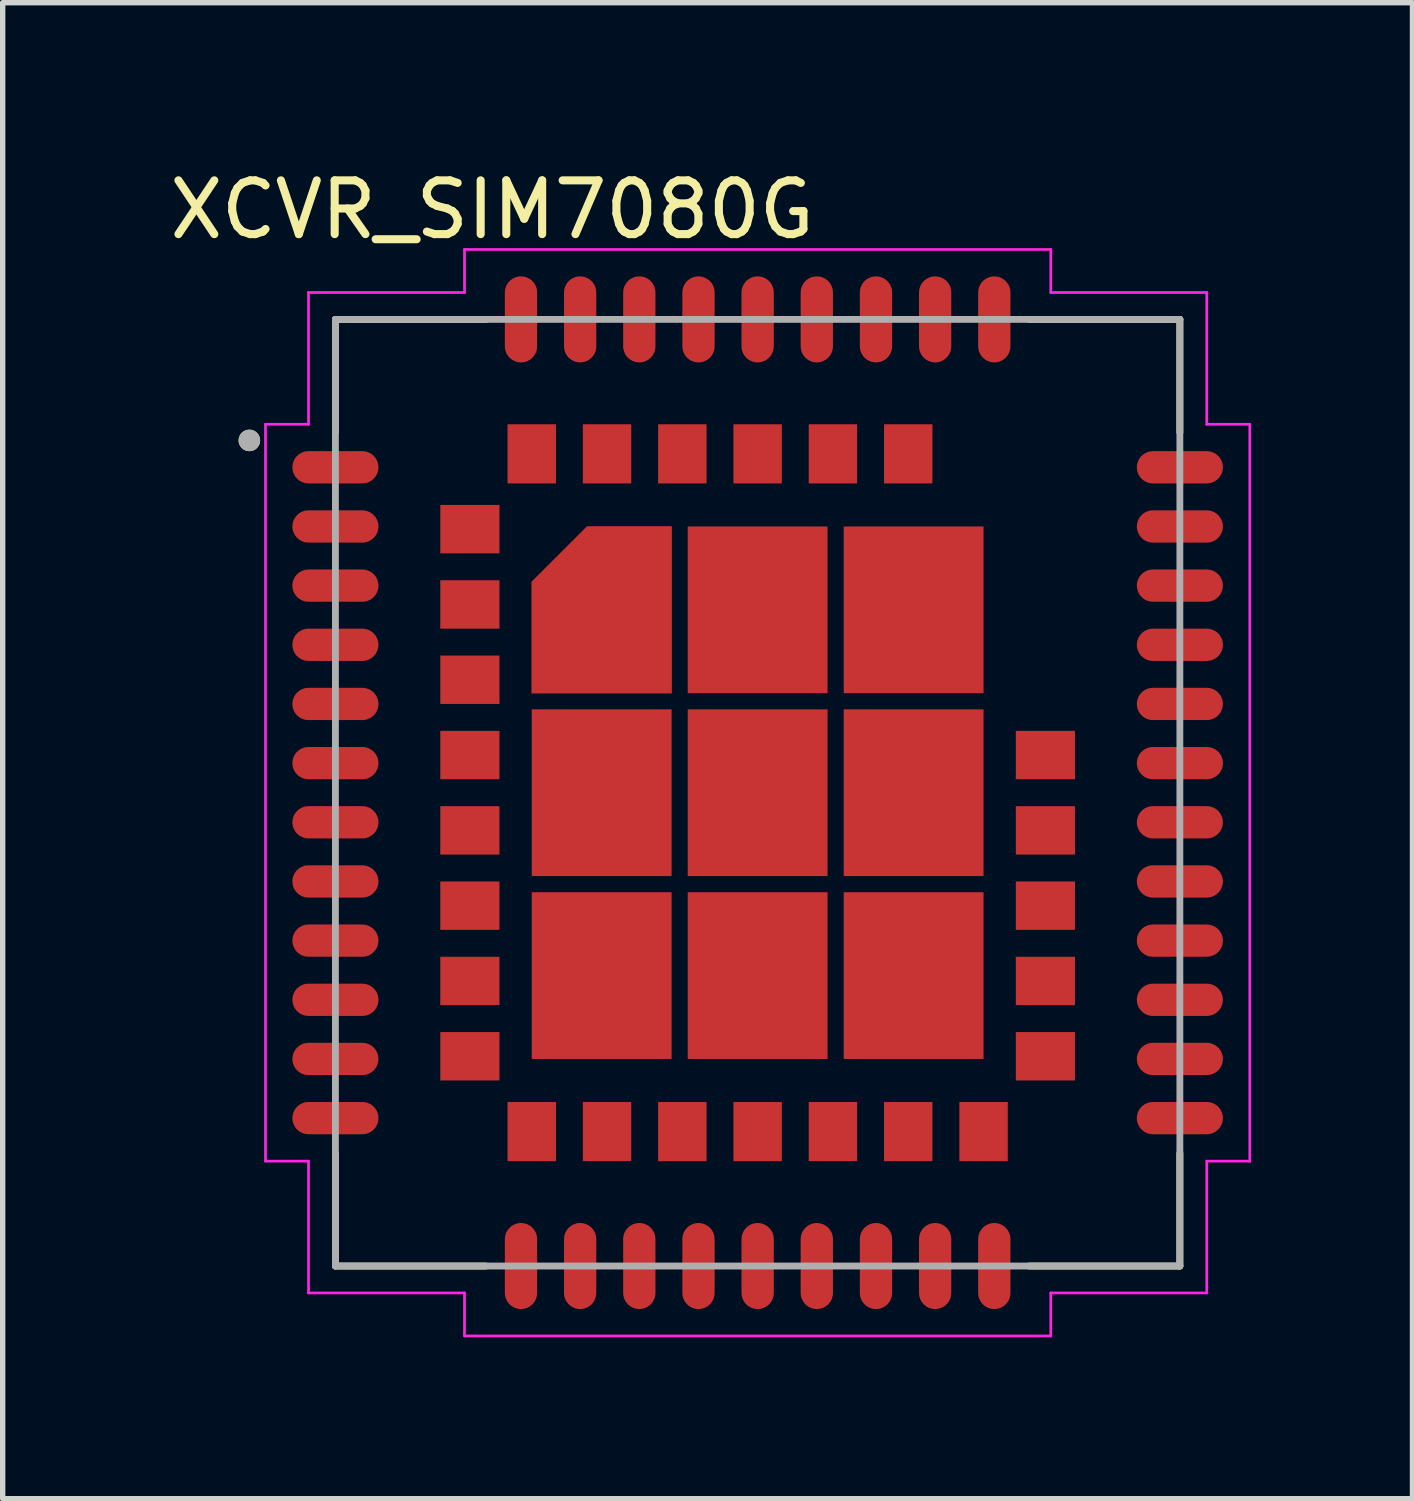
<source format=kicad_pcb>
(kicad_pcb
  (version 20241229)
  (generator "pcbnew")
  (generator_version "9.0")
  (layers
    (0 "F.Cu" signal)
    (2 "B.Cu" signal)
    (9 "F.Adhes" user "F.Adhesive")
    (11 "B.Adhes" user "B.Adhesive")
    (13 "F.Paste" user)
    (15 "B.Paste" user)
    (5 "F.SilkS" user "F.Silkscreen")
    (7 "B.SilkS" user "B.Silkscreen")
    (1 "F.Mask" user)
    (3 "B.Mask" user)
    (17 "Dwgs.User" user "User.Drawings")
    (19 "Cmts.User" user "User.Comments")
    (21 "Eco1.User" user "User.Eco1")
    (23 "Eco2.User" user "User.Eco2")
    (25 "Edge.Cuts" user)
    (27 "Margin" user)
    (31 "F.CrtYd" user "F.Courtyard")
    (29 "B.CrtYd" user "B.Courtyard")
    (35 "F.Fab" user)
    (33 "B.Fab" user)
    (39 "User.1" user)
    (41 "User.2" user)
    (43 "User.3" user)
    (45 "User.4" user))
  (footprint "XCVR_SIM7080G"
    (layer "F.Cu")
    (at 11.036 11.688)
    (property "Reference" "XCVR_SIM7080G" (at -4.935 -10.84 0) (layer "F.SilkS") (effects (font (size 1 1) (thickness 0.15))))
    (attr through_hole)
    (fp_poly (pts (xy -1.5 -1.75) (xy -4.3 -1.75) (xy -4.3 -4.02) (xy -3.27 -5.05) (xy -1.5 -5.05)) (stroke (width 0.01) (type solid)) (fill yes) (layer "F.Mask"))
    (fp_line (start -7.85 -8.8) (end -5.05 -8.8) (stroke (width 0.127) (type solid)) (layer "F.SilkS"))
    (fp_line (start -7.85 -6.7) (end -7.85 -8.8) (stroke (width 0.127) (type solid)) (layer "F.SilkS"))
    (fp_line (start -7.85 8.8) (end -7.85 6.7) (stroke (width 0.127) (type solid)) (layer "F.SilkS"))
    (fp_line (start -5.05 8.8) (end -7.85 8.8) (stroke (width 0.127) (type solid)) (layer "F.SilkS"))
    (fp_line (start 5.05 -8.8) (end 7.85 -8.8) (stroke (width 0.127) (type solid)) (layer "F.SilkS"))
    (fp_line (start 5.05 8.8) (end 7.85 8.8) (stroke (width 0.127) (type solid)) (layer "F.SilkS"))
    (fp_line (start 7.85 -8.8) (end 7.85 -6.7) (stroke (width 0.127) (type solid)) (layer "F.SilkS"))
    (fp_line (start 7.85 8.8) (end 7.85 6.7) (stroke (width 0.127) (type solid)) (layer "F.SilkS"))
    (fp_circle (center -9.45 -6.55) (end -9.35 -6.55) (stroke (width 0.2) (type solid)) (fill no) (layer "F.SilkS"))
    (fp_poly (pts (xy -5.83 -5.25) (xy -5.4 -5.25) (xy -5.4 -4.95) (xy -5.83 -4.95)) (stroke (width 0.01) (type solid)) (fill yes) (layer "F.Paste"))
    (fp_poly (pts (xy -5.83 -4.85) (xy -5.4 -4.85) (xy -5.4 -4.55) (xy -5.83 -4.55)) (stroke (width 0.01) (type solid)) (fill yes) (layer "F.Paste"))
    (fp_poly (pts (xy -5.83 -3.85) (xy -5.4 -3.85) (xy -5.4 -3.55) (xy -5.83 -3.55)) (stroke (width 0.01) (type solid)) (fill yes) (layer "F.Paste"))
    (fp_poly (pts (xy -5.83 -3.45) (xy -5.4 -3.45) (xy -5.4 -3.15) (xy -5.83 -3.15)) (stroke (width 0.01) (type solid)) (fill yes) (layer "F.Paste"))
    (fp_poly (pts (xy -5.83 -2.45) (xy -5.4 -2.45) (xy -5.4 -2.15) (xy -5.83 -2.15)) (stroke (width 0.01) (type solid)) (fill yes) (layer "F.Paste"))
    (fp_poly (pts (xy -5.83 -2.05) (xy -5.4 -2.05) (xy -5.4 -1.75) (xy -5.83 -1.75)) (stroke (width 0.01) (type solid)) (fill yes) (layer "F.Paste"))
    (fp_poly (pts (xy -5.83 -1.05) (xy -5.4 -1.05) (xy -5.4 -0.75) (xy -5.83 -0.75)) (stroke (width 0.01) (type solid)) (fill yes) (layer "F.Paste"))
    (fp_poly (pts (xy -5.83 -0.65) (xy -5.4 -0.65) (xy -5.4 -0.35) (xy -5.83 -0.35)) (stroke (width 0.01) (type solid)) (fill yes) (layer "F.Paste"))
    (fp_poly (pts (xy -5.83 0.35) (xy -5.4 0.35) (xy -5.4 0.65) (xy -5.83 0.65)) (stroke (width 0.01) (type solid)) (fill yes) (layer "F.Paste"))
    (fp_poly (pts (xy -5.83 0.75) (xy -5.4 0.75) (xy -5.4 1.05) (xy -5.83 1.05)) (stroke (width 0.01) (type solid)) (fill yes) (layer "F.Paste"))
    (fp_poly (pts (xy -5.83 1.75) (xy -5.4 1.75) (xy -5.4 2.05) (xy -5.83 2.05)) (stroke (width 0.01) (type solid)) (fill yes) (layer "F.Paste"))
    (fp_poly (pts (xy -5.83 2.15) (xy -5.4 2.15) (xy -5.4 2.45) (xy -5.83 2.45)) (stroke (width 0.01) (type solid)) (fill yes) (layer "F.Paste"))
    (fp_poly (pts (xy -5.83 3.15) (xy -5.4 3.15) (xy -5.4 3.45) (xy -5.83 3.45)) (stroke (width 0.01) (type solid)) (fill yes) (layer "F.Paste"))
    (fp_poly (pts (xy -5.83 3.55) (xy -5.4 3.55) (xy -5.4 3.85) (xy -5.83 3.85)) (stroke (width 0.01) (type solid)) (fill yes) (layer "F.Paste"))
    (fp_poly (pts (xy -5.83 4.55) (xy -5.4 4.55) (xy -5.4 4.85) (xy -5.83 4.85)) (stroke (width 0.01) (type solid)) (fill yes) (layer "F.Paste"))
    (fp_poly (pts (xy -5.83 4.95) (xy -5.4 4.95) (xy -5.4 5.25) (xy -5.83 5.25)) (stroke (width 0.01) (type solid)) (fill yes) (layer "F.Paste"))
    (fp_poly (pts (xy -5.3 -5.25) (xy -4.87 -5.25) (xy -4.87 -4.95) (xy -5.3 -4.95)) (stroke (width 0.01) (type solid)) (fill yes) (layer "F.Paste"))
    (fp_poly (pts (xy -5.3 -4.85) (xy -4.87 -4.85) (xy -4.87 -4.55) (xy -5.3 -4.55)) (stroke (width 0.01) (type solid)) (fill yes) (layer "F.Paste"))
    (fp_poly (pts (xy -5.3 -3.85) (xy -4.87 -3.85) (xy -4.87 -3.55) (xy -5.3 -3.55)) (stroke (width 0.01) (type solid)) (fill yes) (layer "F.Paste"))
    (fp_poly (pts (xy -5.3 -3.45) (xy -4.87 -3.45) (xy -4.87 -3.15) (xy -5.3 -3.15)) (stroke (width 0.01) (type solid)) (fill yes) (layer "F.Paste"))
    (fp_poly (pts (xy -5.3 -2.45) (xy -4.87 -2.45) (xy -4.87 -2.15) (xy -5.3 -2.15)) (stroke (width 0.01) (type solid)) (fill yes) (layer "F.Paste"))
    (fp_poly (pts (xy -5.3 -2.05) (xy -4.87 -2.05) (xy -4.87 -1.75) (xy -5.3 -1.75)) (stroke (width 0.01) (type solid)) (fill yes) (layer "F.Paste"))
    (fp_poly (pts (xy -5.3 -1.05) (xy -4.87 -1.05) (xy -4.87 -0.75) (xy -5.3 -0.75)) (stroke (width 0.01) (type solid)) (fill yes) (layer "F.Paste"))
    (fp_poly (pts (xy -5.3 -0.65) (xy -4.87 -0.65) (xy -4.87 -0.35) (xy -5.3 -0.35)) (stroke (width 0.01) (type solid)) (fill yes) (layer "F.Paste"))
    (fp_poly (pts (xy -5.3 0.35) (xy -4.87 0.35) (xy -4.87 0.65) (xy -5.3 0.65)) (stroke (width 0.01) (type solid)) (fill yes) (layer "F.Paste"))
    (fp_poly (pts (xy -5.3 0.75) (xy -4.87 0.75) (xy -4.87 1.05) (xy -5.3 1.05)) (stroke (width 0.01) (type solid)) (fill yes) (layer "F.Paste"))
    (fp_poly (pts (xy -5.3 1.75) (xy -4.87 1.75) (xy -4.87 2.05) (xy -5.3 2.05)) (stroke (width 0.01) (type solid)) (fill yes) (layer "F.Paste"))
    (fp_poly (pts (xy -5.3 2.15) (xy -4.87 2.15) (xy -4.87 2.45) (xy -5.3 2.45)) (stroke (width 0.01) (type solid)) (fill yes) (layer "F.Paste"))
    (fp_poly (pts (xy -5.3 3.15) (xy -4.87 3.15) (xy -4.87 3.45) (xy -5.3 3.45)) (stroke (width 0.01) (type solid)) (fill yes) (layer "F.Paste"))
    (fp_poly (pts (xy -5.3 3.55) (xy -4.87 3.55) (xy -4.87 3.85) (xy -5.3 3.85)) (stroke (width 0.01) (type solid)) (fill yes) (layer "F.Paste"))
    (fp_poly (pts (xy -5.3 4.55) (xy -4.87 4.55) (xy -4.87 4.85) (xy -5.3 4.85)) (stroke (width 0.01) (type solid)) (fill yes) (layer "F.Paste"))
    (fp_poly (pts (xy -5.3 4.95) (xy -4.87 4.95) (xy -4.87 5.25) (xy -5.3 5.25)) (stroke (width 0.01) (type solid)) (fill yes) (layer "F.Paste"))
    (fp_poly (pts (xy -4.55 -6.78) (xy -4.25 -6.78) (xy -4.25 -6.35) (xy -4.55 -6.35)) (stroke (width 0.01) (type solid)) (fill yes) (layer "F.Paste"))
    (fp_poly (pts (xy -4.55 -6.25) (xy -4.25 -6.25) (xy -4.25 -5.82) (xy -4.55 -5.82)) (stroke (width 0.01) (type solid)) (fill yes) (layer "F.Paste"))
    (fp_poly (pts (xy -4.55 5.82) (xy -4.25 5.82) (xy -4.25 6.25) (xy -4.55 6.25)) (stroke (width 0.01) (type solid)) (fill yes) (layer "F.Paste"))
    (fp_poly (pts (xy -4.55 6.35) (xy -4.25 6.35) (xy -4.25 6.78) (xy -4.55 6.78)) (stroke (width 0.01) (type solid)) (fill yes) (layer "F.Paste"))
    (fp_poly (pts (xy -4.15 -6.78) (xy -3.85 -6.78) (xy -3.85 -6.35) (xy -4.15 -6.35)) (stroke (width 0.01) (type solid)) (fill yes) (layer "F.Paste"))
    (fp_poly (pts (xy -4.15 -6.25) (xy -3.85 -6.25) (xy -3.85 -5.82) (xy -4.15 -5.82)) (stroke (width 0.01) (type solid)) (fill yes) (layer "F.Paste"))
    (fp_poly (pts (xy -4.15 5.82) (xy -3.85 5.82) (xy -3.85 6.25) (xy -4.15 6.25)) (stroke (width 0.01) (type solid)) (fill yes) (layer "F.Paste"))
    (fp_poly (pts (xy -4.15 6.35) (xy -3.85 6.35) (xy -3.85 6.78) (xy -4.15 6.78)) (stroke (width 0.01) (type solid)) (fill yes) (layer "F.Paste"))
    (fp_poly (pts (xy -3.9 -3.1) (xy -3.2 -3.1) (xy -3.2 -2.15) (xy -3.9 -2.15)) (stroke (width 0.01) (type solid)) (fill yes) (layer "F.Paste"))
    (fp_poly (pts (xy -3.9 -1.25) (xy -3.2 -1.25) (xy -3.2 -0.3) (xy -3.9 -0.3)) (stroke (width 0.01) (type solid)) (fill yes) (layer "F.Paste"))
    (fp_poly (pts (xy -3.9 0.3) (xy -3.2 0.3) (xy -3.2 1.25) (xy -3.9 1.25)) (stroke (width 0.01) (type solid)) (fill yes) (layer "F.Paste"))
    (fp_poly (pts (xy -3.9 2.15) (xy -3.2 2.15) (xy -3.2 3.1) (xy -3.9 3.1)) (stroke (width 0.01) (type solid)) (fill yes) (layer "F.Paste"))
    (fp_poly (pts (xy -3.9 3.7) (xy -3.2 3.7) (xy -3.2 4.65) (xy -3.9 4.65)) (stroke (width 0.01) (type solid)) (fill yes) (layer "F.Paste"))
    (fp_poly (pts (xy -3.2 -3.7) (xy -3.2 -4.63) (xy -3.9 -3.93) (xy -3.9 -3.7)) (stroke (width 0.01) (type solid)) (fill yes) (layer "F.Paste"))
    (fp_poly (pts (xy -3.15 -6.78) (xy -2.85 -6.78) (xy -2.85 -6.35) (xy -3.15 -6.35)) (stroke (width 0.01) (type solid)) (fill yes) (layer "F.Paste"))
    (fp_poly (pts (xy -3.15 -6.25) (xy -2.85 -6.25) (xy -2.85 -5.82) (xy -3.15 -5.82)) (stroke (width 0.01) (type solid)) (fill yes) (layer "F.Paste"))
    (fp_poly (pts (xy -3.15 5.82) (xy -2.85 5.82) (xy -2.85 6.25) (xy -3.15 6.25)) (stroke (width 0.01) (type solid)) (fill yes) (layer "F.Paste"))
    (fp_poly (pts (xy -3.15 6.35) (xy -2.85 6.35) (xy -2.85 6.78) (xy -3.15 6.78)) (stroke (width 0.01) (type solid)) (fill yes) (layer "F.Paste"))
    (fp_poly (pts (xy -2.75 -6.78) (xy -2.45 -6.78) (xy -2.45 -6.35) (xy -2.75 -6.35)) (stroke (width 0.01) (type solid)) (fill yes) (layer "F.Paste"))
    (fp_poly (pts (xy -2.75 -6.25) (xy -2.45 -6.25) (xy -2.45 -5.82) (xy -2.75 -5.82)) (stroke (width 0.01) (type solid)) (fill yes) (layer "F.Paste"))
    (fp_poly (pts (xy -2.75 5.82) (xy -2.45 5.82) (xy -2.45 6.25) (xy -2.75 6.25)) (stroke (width 0.01) (type solid)) (fill yes) (layer "F.Paste"))
    (fp_poly (pts (xy -2.75 6.35) (xy -2.45 6.35) (xy -2.45 6.78) (xy -2.75 6.78)) (stroke (width 0.01) (type solid)) (fill yes) (layer "F.Paste"))
    (fp_poly (pts (xy -2.6 -4.65) (xy -1.9 -4.65) (xy -1.9 -3.7) (xy -2.6 -3.7)) (stroke (width 0.01) (type solid)) (fill yes) (layer "F.Paste"))
    (fp_poly (pts (xy -2.6 -3.1) (xy -1.9 -3.1) (xy -1.9 -2.15) (xy -2.6 -2.15)) (stroke (width 0.01) (type solid)) (fill yes) (layer "F.Paste"))
    (fp_poly (pts (xy -2.6 -1.25) (xy -1.9 -1.25) (xy -1.9 -0.3) (xy -2.6 -0.3)) (stroke (width 0.01) (type solid)) (fill yes) (layer "F.Paste"))
    (fp_poly (pts (xy -2.6 0.3) (xy -1.9 0.3) (xy -1.9 1.25) (xy -2.6 1.25)) (stroke (width 0.01) (type solid)) (fill yes) (layer "F.Paste"))
    (fp_poly (pts (xy -2.6 2.15) (xy -1.9 2.15) (xy -1.9 3.1) (xy -2.6 3.1)) (stroke (width 0.01) (type solid)) (fill yes) (layer "F.Paste"))
    (fp_poly (pts (xy -2.6 3.7) (xy -1.9 3.7) (xy -1.9 4.65) (xy -2.6 4.65)) (stroke (width 0.01) (type solid)) (fill yes) (layer "F.Paste"))
    (fp_poly (pts (xy -1.75 -6.78) (xy -1.45 -6.78) (xy -1.45 -6.35) (xy -1.75 -6.35)) (stroke (width 0.01) (type solid)) (fill yes) (layer "F.Paste"))
    (fp_poly (pts (xy -1.75 -6.25) (xy -1.45 -6.25) (xy -1.45 -5.82) (xy -1.75 -5.82)) (stroke (width 0.01) (type solid)) (fill yes) (layer "F.Paste"))
    (fp_poly (pts (xy -1.75 5.82) (xy -1.45 5.82) (xy -1.45 6.25) (xy -1.75 6.25)) (stroke (width 0.01) (type solid)) (fill yes) (layer "F.Paste"))
    (fp_poly (pts (xy -1.75 6.35) (xy -1.45 6.35) (xy -1.45 6.78) (xy -1.75 6.78)) (stroke (width 0.01) (type solid)) (fill yes) (layer "F.Paste"))
    (fp_poly (pts (xy -1.35 -6.78) (xy -1.05 -6.78) (xy -1.05 -6.35) (xy -1.35 -6.35)) (stroke (width 0.01) (type solid)) (fill yes) (layer "F.Paste"))
    (fp_poly (pts (xy -1.35 -6.25) (xy -1.05 -6.25) (xy -1.05 -5.82) (xy -1.35 -5.82)) (stroke (width 0.01) (type solid)) (fill yes) (layer "F.Paste"))
    (fp_poly (pts (xy -1.35 5.82) (xy -1.05 5.82) (xy -1.05 6.25) (xy -1.35 6.25)) (stroke (width 0.01) (type solid)) (fill yes) (layer "F.Paste"))
    (fp_poly (pts (xy -1.35 6.35) (xy -1.05 6.35) (xy -1.05 6.78) (xy -1.35 6.78)) (stroke (width 0.01) (type solid)) (fill yes) (layer "F.Paste"))
    (fp_poly (pts (xy -1 -4.65) (xy -0.3 -4.65) (xy -0.3 -3.7) (xy -1 -3.7)) (stroke (width 0.01) (type solid)) (fill yes) (layer "F.Paste"))
    (fp_poly (pts (xy -1 -3.1) (xy -0.3 -3.1) (xy -0.3 -2.15) (xy -1 -2.15)) (stroke (width 0.01) (type solid)) (fill yes) (layer "F.Paste"))
    (fp_poly (pts (xy -1 -1.25) (xy -0.3 -1.25) (xy -0.3 -0.3) (xy -1 -0.3)) (stroke (width 0.01) (type solid)) (fill yes) (layer "F.Paste"))
    (fp_poly (pts (xy -1 0.3) (xy -0.3 0.3) (xy -0.3 1.25) (xy -1 1.25)) (stroke (width 0.01) (type solid)) (fill yes) (layer "F.Paste"))
    (fp_poly (pts (xy -1 2.15) (xy -0.3 2.15) (xy -0.3 3.1) (xy -1 3.1)) (stroke (width 0.01) (type solid)) (fill yes) (layer "F.Paste"))
    (fp_poly (pts (xy -1 3.7) (xy -0.3 3.7) (xy -0.3 4.65) (xy -1 4.65)) (stroke (width 0.01) (type solid)) (fill yes) (layer "F.Paste"))
    (fp_poly (pts (xy -0.35 -6.78) (xy -0.05 -6.78) (xy -0.05 -6.35) (xy -0.35 -6.35)) (stroke (width 0.01) (type solid)) (fill yes) (layer "F.Paste"))
    (fp_poly (pts (xy -0.35 -6.25) (xy -0.05 -6.25) (xy -0.05 -5.82) (xy -0.35 -5.82)) (stroke (width 0.01) (type solid)) (fill yes) (layer "F.Paste"))
    (fp_poly (pts (xy -0.35 5.82) (xy -0.05 5.82) (xy -0.05 6.25) (xy -0.35 6.25)) (stroke (width 0.01) (type solid)) (fill yes) (layer "F.Paste"))
    (fp_poly (pts (xy -0.35 6.35) (xy -0.05 6.35) (xy -0.05 6.78) (xy -0.35 6.78)) (stroke (width 0.01) (type solid)) (fill yes) (layer "F.Paste"))
    (fp_poly (pts (xy 0.05 -6.78) (xy 0.35 -6.78) (xy 0.35 -6.35) (xy 0.05 -6.35)) (stroke (width 0.01) (type solid)) (fill yes) (layer "F.Paste"))
    (fp_poly (pts (xy 0.05 -6.25) (xy 0.35 -6.25) (xy 0.35 -5.82) (xy 0.05 -5.82)) (stroke (width 0.01) (type solid)) (fill yes) (layer "F.Paste"))
    (fp_poly (pts (xy 0.05 5.82) (xy 0.35 5.82) (xy 0.35 6.25) (xy 0.05 6.25)) (stroke (width 0.01) (type solid)) (fill yes) (layer "F.Paste"))
    (fp_poly (pts (xy 0.05 6.35) (xy 0.35 6.35) (xy 0.35 6.78) (xy 0.05 6.78)) (stroke (width 0.01) (type solid)) (fill yes) (layer "F.Paste"))
    (fp_poly (pts (xy 0.3 -4.65) (xy 1 -4.65) (xy 1 -3.7) (xy 0.3 -3.7)) (stroke (width 0.01) (type solid)) (fill yes) (layer "F.Paste"))
    (fp_poly (pts (xy 0.3 -3.1) (xy 1 -3.1) (xy 1 -2.15) (xy 0.3 -2.15)) (stroke (width 0.01) (type solid)) (fill yes) (layer "F.Paste"))
    (fp_poly (pts (xy 0.3 -1.25) (xy 1 -1.25) (xy 1 -0.3) (xy 0.3 -0.3)) (stroke (width 0.01) (type solid)) (fill yes) (layer "F.Paste"))
    (fp_poly (pts (xy 0.3 0.3) (xy 1 0.3) (xy 1 1.25) (xy 0.3 1.25)) (stroke (width 0.01) (type solid)) (fill yes) (layer "F.Paste"))
    (fp_poly (pts (xy 0.3 2.15) (xy 1 2.15) (xy 1 3.1) (xy 0.3 3.1)) (stroke (width 0.01) (type solid)) (fill yes) (layer "F.Paste"))
    (fp_poly (pts (xy 0.3 3.7) (xy 1 3.7) (xy 1 4.65) (xy 0.3 4.65)) (stroke (width 0.01) (type solid)) (fill yes) (layer "F.Paste"))
    (fp_poly (pts (xy 1.05 -6.78) (xy 1.35 -6.78) (xy 1.35 -6.35) (xy 1.05 -6.35)) (stroke (width 0.01) (type solid)) (fill yes) (layer "F.Paste"))
    (fp_poly (pts (xy 1.05 -6.25) (xy 1.35 -6.25) (xy 1.35 -5.82) (xy 1.05 -5.82)) (stroke (width 0.01) (type solid)) (fill yes) (layer "F.Paste"))
    (fp_poly (pts (xy 1.05 5.82) (xy 1.35 5.82) (xy 1.35 6.25) (xy 1.05 6.25)) (stroke (width 0.01) (type solid)) (fill yes) (layer "F.Paste"))
    (fp_poly (pts (xy 1.05 6.35) (xy 1.35 6.35) (xy 1.35 6.78) (xy 1.05 6.78)) (stroke (width 0.01) (type solid)) (fill yes) (layer "F.Paste"))
    (fp_poly (pts (xy 1.45 -6.78) (xy 1.75 -6.78) (xy 1.75 -6.35) (xy 1.45 -6.35)) (stroke (width 0.01) (type solid)) (fill yes) (layer "F.Paste"))
    (fp_poly (pts (xy 1.45 -6.25) (xy 1.75 -6.25) (xy 1.75 -5.82) (xy 1.45 -5.82)) (stroke (width 0.01) (type solid)) (fill yes) (layer "F.Paste"))
    (fp_poly (pts (xy 1.45 5.82) (xy 1.75 5.82) (xy 1.75 6.25) (xy 1.45 6.25)) (stroke (width 0.01) (type solid)) (fill yes) (layer "F.Paste"))
    (fp_poly (pts (xy 1.45 6.35) (xy 1.75 6.35) (xy 1.75 6.78) (xy 1.45 6.78)) (stroke (width 0.01) (type solid)) (fill yes) (layer "F.Paste"))
    (fp_poly (pts (xy 1.9 -4.65) (xy 2.6 -4.65) (xy 2.6 -3.7) (xy 1.9 -3.7)) (stroke (width 0.01) (type solid)) (fill yes) (layer "F.Paste"))
    (fp_poly (pts (xy 1.9 -3.1) (xy 2.6 -3.1) (xy 2.6 -2.15) (xy 1.9 -2.15)) (stroke (width 0.01) (type solid)) (fill yes) (layer "F.Paste"))
    (fp_poly (pts (xy 1.9 -1.25) (xy 2.6 -1.25) (xy 2.6 -0.3) (xy 1.9 -0.3)) (stroke (width 0.01) (type solid)) (fill yes) (layer "F.Paste"))
    (fp_poly (pts (xy 1.9 0.3) (xy 2.6 0.3) (xy 2.6 1.25) (xy 1.9 1.25)) (stroke (width 0.01) (type solid)) (fill yes) (layer "F.Paste"))
    (fp_poly (pts (xy 1.9 2.15) (xy 2.6 2.15) (xy 2.6 3.1) (xy 1.9 3.1)) (stroke (width 0.01) (type solid)) (fill yes) (layer "F.Paste"))
    (fp_poly (pts (xy 1.9 3.7) (xy 2.6 3.7) (xy 2.6 4.65) (xy 1.9 4.65)) (stroke (width 0.01) (type solid)) (fill yes) (layer "F.Paste"))
    (fp_poly (pts (xy 2.45 -6.78) (xy 2.75 -6.78) (xy 2.75 -6.35) (xy 2.45 -6.35)) (stroke (width 0.01) (type solid)) (fill yes) (layer "F.Paste"))
    (fp_poly (pts (xy 2.45 -6.25) (xy 2.75 -6.25) (xy 2.75 -5.82) (xy 2.45 -5.82)) (stroke (width 0.01) (type solid)) (fill yes) (layer "F.Paste"))
    (fp_poly (pts (xy 2.45 5.82) (xy 2.75 5.82) (xy 2.75 6.25) (xy 2.45 6.25)) (stroke (width 0.01) (type solid)) (fill yes) (layer "F.Paste"))
    (fp_poly (pts (xy 2.45 6.35) (xy 2.75 6.35) (xy 2.75 6.78) (xy 2.45 6.78)) (stroke (width 0.01) (type solid)) (fill yes) (layer "F.Paste"))
    (fp_poly (pts (xy 2.85 -6.78) (xy 3.15 -6.78) (xy 3.15 -6.35) (xy 2.85 -6.35)) (stroke (width 0.01) (type solid)) (fill yes) (layer "F.Paste"))
    (fp_poly (pts (xy 2.85 -6.25) (xy 3.15 -6.25) (xy 3.15 -5.82) (xy 2.85 -5.82)) (stroke (width 0.01) (type solid)) (fill yes) (layer "F.Paste"))
    (fp_poly (pts (xy 2.85 5.82) (xy 3.15 5.82) (xy 3.15 6.25) (xy 2.85 6.25)) (stroke (width 0.01) (type solid)) (fill yes) (layer "F.Paste"))
    (fp_poly (pts (xy 2.85 6.35) (xy 3.15 6.35) (xy 3.15 6.78) (xy 2.85 6.78)) (stroke (width 0.01) (type solid)) (fill yes) (layer "F.Paste"))
    (fp_poly (pts (xy 3.2 -4.65) (xy 3.9 -4.65) (xy 3.9 -3.7) (xy 3.2 -3.7)) (stroke (width 0.01) (type solid)) (fill yes) (layer "F.Paste"))
    (fp_poly (pts (xy 3.2 -3.1) (xy 3.9 -3.1) (xy 3.9 -2.15) (xy 3.2 -2.15)) (stroke (width 0.01) (type solid)) (fill yes) (layer "F.Paste"))
    (fp_poly (pts (xy 3.2 -1.25) (xy 3.9 -1.25) (xy 3.9 -0.3) (xy 3.2 -0.3)) (stroke (width 0.01) (type solid)) (fill yes) (layer "F.Paste"))
    (fp_poly (pts (xy 3.2 0.3) (xy 3.9 0.3) (xy 3.9 1.25) (xy 3.2 1.25)) (stroke (width 0.01) (type solid)) (fill yes) (layer "F.Paste"))
    (fp_poly (pts (xy 3.2 2.15) (xy 3.9 2.15) (xy 3.9 3.1) (xy 3.2 3.1)) (stroke (width 0.01) (type solid)) (fill yes) (layer "F.Paste"))
    (fp_poly (pts (xy 3.2 3.7) (xy 3.9 3.7) (xy 3.9 4.65) (xy 3.2 4.65)) (stroke (width 0.01) (type solid)) (fill yes) (layer "F.Paste"))
    (fp_poly (pts (xy 3.85 5.82) (xy 4.15 5.82) (xy 4.15 6.25) (xy 3.85 6.25)) (stroke (width 0.01) (type solid)) (fill yes) (layer "F.Paste"))
    (fp_poly (pts (xy 3.85 6.35) (xy 4.15 6.35) (xy 4.15 6.78) (xy 3.85 6.78)) (stroke (width 0.01) (type solid)) (fill yes) (layer "F.Paste"))
    (fp_poly (pts (xy 4.25 5.82) (xy 4.55 5.82) (xy 4.55 6.25) (xy 4.25 6.25)) (stroke (width 0.01) (type solid)) (fill yes) (layer "F.Paste"))
    (fp_poly (pts (xy 4.25 6.35) (xy 4.55 6.35) (xy 4.55 6.78) (xy 4.25 6.78)) (stroke (width 0.01) (type solid)) (fill yes) (layer "F.Paste"))
    (fp_poly (pts (xy 4.87 -1.05) (xy 5.3 -1.05) (xy 5.3 -0.75) (xy 4.87 -0.75)) (stroke (width 0.01) (type solid)) (fill yes) (layer "F.Paste"))
    (fp_poly (pts (xy 4.87 -0.65) (xy 5.3 -0.65) (xy 5.3 -0.35) (xy 4.87 -0.35)) (stroke (width 0.01) (type solid)) (fill yes) (layer "F.Paste"))
    (fp_poly (pts (xy 4.87 0.35) (xy 5.3 0.35) (xy 5.3 0.65) (xy 4.87 0.65)) (stroke (width 0.01) (type solid)) (fill yes) (layer "F.Paste"))
    (fp_poly (pts (xy 4.87 0.75) (xy 5.3 0.75) (xy 5.3 1.05) (xy 4.87 1.05)) (stroke (width 0.01) (type solid)) (fill yes) (layer "F.Paste"))
    (fp_poly (pts (xy 4.87 1.75) (xy 5.3 1.75) (xy 5.3 2.05) (xy 4.87 2.05)) (stroke (width 0.01) (type solid)) (fill yes) (layer "F.Paste"))
    (fp_poly (pts (xy 4.87 2.15) (xy 5.3 2.15) (xy 5.3 2.45) (xy 4.87 2.45)) (stroke (width 0.01) (type solid)) (fill yes) (layer "F.Paste"))
    (fp_poly (pts (xy 4.87 3.15) (xy 5.3 3.15) (xy 5.3 3.45) (xy 4.87 3.45)) (stroke (width 0.01) (type solid)) (fill yes) (layer "F.Paste"))
    (fp_poly (pts (xy 4.87 3.55) (xy 5.3 3.55) (xy 5.3 3.85) (xy 4.87 3.85)) (stroke (width 0.01) (type solid)) (fill yes) (layer "F.Paste"))
    (fp_poly (pts (xy 4.87 4.55) (xy 5.3 4.55) (xy 5.3 4.85) (xy 4.87 4.85)) (stroke (width 0.01) (type solid)) (fill yes) (layer "F.Paste"))
    (fp_poly (pts (xy 4.87 4.95) (xy 5.3 4.95) (xy 5.3 5.25) (xy 4.87 5.25)) (stroke (width 0.01) (type solid)) (fill yes) (layer "F.Paste"))
    (fp_poly (pts (xy 5.4 -1.05) (xy 5.83 -1.05) (xy 5.83 -0.75) (xy 5.4 -0.75)) (stroke (width 0.01) (type solid)) (fill yes) (layer "F.Paste"))
    (fp_poly (pts (xy 5.4 -0.65) (xy 5.83 -0.65) (xy 5.83 -0.35) (xy 5.4 -0.35)) (stroke (width 0.01) (type solid)) (fill yes) (layer "F.Paste"))
    (fp_poly (pts (xy 5.4 0.35) (xy 5.83 0.35) (xy 5.83 0.65) (xy 5.4 0.65)) (stroke (width 0.01) (type solid)) (fill yes) (layer "F.Paste"))
    (fp_poly (pts (xy 5.4 0.75) (xy 5.83 0.75) (xy 5.83 1.05) (xy 5.4 1.05)) (stroke (width 0.01) (type solid)) (fill yes) (layer "F.Paste"))
    (fp_poly (pts (xy 5.4 1.75) (xy 5.83 1.75) (xy 5.83 2.05) (xy 5.4 2.05)) (stroke (width 0.01) (type solid)) (fill yes) (layer "F.Paste"))
    (fp_poly (pts (xy 5.4 2.15) (xy 5.83 2.15) (xy 5.83 2.45) (xy 5.4 2.45)) (stroke (width 0.01) (type solid)) (fill yes) (layer "F.Paste"))
    (fp_poly (pts (xy 5.4 3.15) (xy 5.83 3.15) (xy 5.83 3.45) (xy 5.4 3.45)) (stroke (width 0.01) (type solid)) (fill yes) (layer "F.Paste"))
    (fp_poly (pts (xy 5.4 3.55) (xy 5.83 3.55) (xy 5.83 3.85) (xy 5.4 3.85)) (stroke (width 0.01) (type solid)) (fill yes) (layer "F.Paste"))
    (fp_poly (pts (xy 5.4 4.55) (xy 5.83 4.55) (xy 5.83 4.85) (xy 5.4 4.85)) (stroke (width 0.01) (type solid)) (fill yes) (layer "F.Paste"))
    (fp_poly (pts (xy 5.4 4.95) (xy 5.83 4.95) (xy 5.83 5.25) (xy 5.4 5.25)) (stroke (width 0.01) (type solid)) (fill yes) (layer "F.Paste"))
    (fp_poly (pts (xy -8.575 -6.325) (xy -7.325 -6.325) (xy -7.311 -6.325) (xy -7.296 -6.323) (xy -7.282 -6.322) (xy -7.268 -6.319) (xy -7.254 -6.316) (xy -7.24 -6.312) (xy -7.226 -6.307) (xy -7.213 -6.301) (xy -7.2 -6.295) (xy -7.188 -6.288) (xy -7.175 -6.281) (xy -7.163 -6.272) (xy -7.152 -6.264) (xy -7.141 -6.254) (xy -7.131 -6.244) (xy -7.121 -6.234) (xy -7.111 -6.223) (xy -7.103 -6.212) (xy -7.094 -6.2) (xy -7.087 -6.188) (xy -7.08 -6.175) (xy -7.074 -6.162) (xy -7.068 -6.149) (xy -7.063 -6.135) (xy -7.059 -6.121) (xy -7.056 -6.107) (xy -7.053 -6.093) (xy -7.052 -6.079) (xy -7.05 -6.064) (xy -7.05 -6.05) (xy -7.05 -6.036) (xy -7.052 -6.021) (xy -7.053 -6.007) (xy -7.056 -5.993) (xy -7.059 -5.979) (xy -7.063 -5.965) (xy -7.068 -5.951) (xy -7.074 -5.938) (xy -7.08 -5.925) (xy -7.087 -5.912) (xy -7.094 -5.9) (xy -7.103 -5.888) (xy -7.111 -5.877) (xy -7.121 -5.866) (xy -7.131 -5.856) (xy -7.141 -5.846) (xy -7.152 -5.836) (xy -7.163 -5.828) (xy -7.175 -5.819) (xy -7.188 -5.812) (xy -7.2 -5.805) (xy -7.213 -5.799) (xy -7.226 -5.793) (xy -7.24 -5.788) (xy -7.254 -5.784) (xy -7.268 -5.781) (xy -7.282 -5.778) (xy -7.296 -5.777) (xy -7.311 -5.775) (xy -7.325 -5.775) (xy -8.575 -5.775) (xy -8.589 -5.775) (xy -8.604 -5.777) (xy -8.618 -5.778) (xy -8.632 -5.781) (xy -8.646 -5.784) (xy -8.66 -5.788) (xy -8.674 -5.793) (xy -8.687 -5.799) (xy -8.7 -5.805) (xy -8.712 -5.812) (xy -8.725 -5.819) (xy -8.737 -5.828) (xy -8.748 -5.836) (xy -8.759 -5.846) (xy -8.769 -5.856) (xy -8.779 -5.866) (xy -8.789 -5.877) (xy -8.797 -5.888) (xy -8.806 -5.9) (xy -8.813 -5.912) (xy -8.82 -5.925) (xy -8.826 -5.938) (xy -8.832 -5.951) (xy -8.837 -5.965) (xy -8.841 -5.979) (xy -8.844 -5.993) (xy -8.847 -6.007) (xy -8.848 -6.021) (xy -8.85 -6.036) (xy -8.85 -6.05) (xy -8.85 -6.064) (xy -8.848 -6.079) (xy -8.847 -6.093) (xy -8.844 -6.107) (xy -8.841 -6.121) (xy -8.837 -6.135) (xy -8.832 -6.149) (xy -8.826 -6.162) (xy -8.82 -6.175) (xy -8.813 -6.188) (xy -8.806 -6.2) (xy -8.797 -6.212) (xy -8.789 -6.223) (xy -8.779 -6.234) (xy -8.769 -6.244) (xy -8.759 -6.254) (xy -8.748 -6.264) (xy -8.737 -6.272) (xy -8.725 -6.281) (xy -8.712 -6.288) (xy -8.7 -6.295) (xy -8.687 -6.301) (xy -8.674 -6.307) (xy -8.66 -6.312) (xy -8.646 -6.316) (xy -8.632 -6.319) (xy -8.618 -6.322) (xy -8.604 -6.323) (xy -8.589 -6.325) (xy -8.575 -6.325)) (stroke (width 0.01) (type solid)) (fill yes) (layer "F.Paste"))
    (fp_poly (pts (xy -8.575 -5.225) (xy -7.325 -5.225) (xy -7.311 -5.225) (xy -7.296 -5.223) (xy -7.282 -5.222) (xy -7.268 -5.219) (xy -7.254 -5.216) (xy -7.24 -5.212) (xy -7.226 -5.207) (xy -7.213 -5.201) (xy -7.2 -5.195) (xy -7.188 -5.188) (xy -7.175 -5.181) (xy -7.163 -5.172) (xy -7.152 -5.164) (xy -7.141 -5.154) (xy -7.131 -5.144) (xy -7.121 -5.134) (xy -7.111 -5.123) (xy -7.103 -5.112) (xy -7.094 -5.1) (xy -7.087 -5.088) (xy -7.08 -5.075) (xy -7.074 -5.062) (xy -7.068 -5.049) (xy -7.063 -5.035) (xy -7.059 -5.021) (xy -7.056 -5.007) (xy -7.053 -4.993) (xy -7.052 -4.979) (xy -7.05 -4.964) (xy -7.05 -4.95) (xy -7.05 -4.936) (xy -7.052 -4.921) (xy -7.053 -4.907) (xy -7.056 -4.893) (xy -7.059 -4.879) (xy -7.063 -4.865) (xy -7.068 -4.851) (xy -7.074 -4.838) (xy -7.08 -4.825) (xy -7.087 -4.813) (xy -7.094 -4.8) (xy -7.103 -4.788) (xy -7.111 -4.777) (xy -7.121 -4.766) (xy -7.131 -4.756) (xy -7.141 -4.746) (xy -7.152 -4.736) (xy -7.163 -4.728) (xy -7.175 -4.719) (xy -7.188 -4.712) (xy -7.2 -4.705) (xy -7.213 -4.699) (xy -7.226 -4.693) (xy -7.24 -4.688) (xy -7.254 -4.684) (xy -7.268 -4.681) (xy -7.282 -4.678) (xy -7.296 -4.677) (xy -7.311 -4.675) (xy -7.325 -4.675) (xy -8.575 -4.675) (xy -8.589 -4.675) (xy -8.604 -4.677) (xy -8.618 -4.678) (xy -8.632 -4.681) (xy -8.646 -4.684) (xy -8.66 -4.688) (xy -8.674 -4.693) (xy -8.687 -4.699) (xy -8.7 -4.705) (xy -8.712 -4.712) (xy -8.725 -4.719) (xy -8.737 -4.728) (xy -8.748 -4.736) (xy -8.759 -4.746) (xy -8.769 -4.756) (xy -8.779 -4.766) (xy -8.789 -4.777) (xy -8.797 -4.788) (xy -8.806 -4.8) (xy -8.813 -4.813) (xy -8.82 -4.825) (xy -8.826 -4.838) (xy -8.832 -4.851) (xy -8.837 -4.865) (xy -8.841 -4.879) (xy -8.844 -4.893) (xy -8.847 -4.907) (xy -8.848 -4.921) (xy -8.85 -4.936) (xy -8.85 -4.95) (xy -8.85 -4.964) (xy -8.848 -4.979) (xy -8.847 -4.993) (xy -8.844 -5.007) (xy -8.841 -5.021) (xy -8.837 -5.035) (xy -8.832 -5.049) (xy -8.826 -5.062) (xy -8.82 -5.075) (xy -8.813 -5.088) (xy -8.806 -5.1) (xy -8.797 -5.112) (xy -8.789 -5.123) (xy -8.779 -5.134) (xy -8.769 -5.144) (xy -8.759 -5.154) (xy -8.748 -5.164) (xy -8.737 -5.172) (xy -8.725 -5.181) (xy -8.712 -5.188) (xy -8.7 -5.195) (xy -8.687 -5.201) (xy -8.674 -5.207) (xy -8.66 -5.212) (xy -8.646 -5.216) (xy -8.632 -5.219) (xy -8.618 -5.222) (xy -8.604 -5.223) (xy -8.589 -5.225) (xy -8.575 -5.225)) (stroke (width 0.01) (type solid)) (fill yes) (layer "F.Paste"))
    (fp_poly (pts (xy -8.575 -4.125) (xy -7.325 -4.125) (xy -7.311 -4.125) (xy -7.296 -4.123) (xy -7.282 -4.122) (xy -7.268 -4.119) (xy -7.254 -4.116) (xy -7.24 -4.112) (xy -7.226 -4.107) (xy -7.213 -4.101) (xy -7.2 -4.095) (xy -7.188 -4.088) (xy -7.175 -4.081) (xy -7.163 -4.072) (xy -7.152 -4.064) (xy -7.141 -4.054) (xy -7.131 -4.044) (xy -7.121 -4.034) (xy -7.111 -4.023) (xy -7.103 -4.012) (xy -7.094 -4) (xy -7.087 -3.987) (xy -7.08 -3.975) (xy -7.074 -3.962) (xy -7.068 -3.949) (xy -7.063 -3.935) (xy -7.059 -3.921) (xy -7.056 -3.907) (xy -7.053 -3.893) (xy -7.052 -3.879) (xy -7.05 -3.864) (xy -7.05 -3.85) (xy -7.05 -3.836) (xy -7.052 -3.821) (xy -7.053 -3.807) (xy -7.056 -3.793) (xy -7.059 -3.779) (xy -7.063 -3.765) (xy -7.068 -3.751) (xy -7.074 -3.738) (xy -7.08 -3.725) (xy -7.087 -3.713) (xy -7.094 -3.7) (xy -7.103 -3.688) (xy -7.111 -3.677) (xy -7.121 -3.666) (xy -7.131 -3.656) (xy -7.141 -3.646) (xy -7.152 -3.636) (xy -7.163 -3.628) (xy -7.175 -3.619) (xy -7.188 -3.612) (xy -7.2 -3.605) (xy -7.213 -3.599) (xy -7.226 -3.593) (xy -7.24 -3.588) (xy -7.254 -3.584) (xy -7.268 -3.581) (xy -7.282 -3.578) (xy -7.296 -3.577) (xy -7.311 -3.575) (xy -7.325 -3.575) (xy -8.575 -3.575) (xy -8.589 -3.575) (xy -8.604 -3.577) (xy -8.618 -3.578) (xy -8.632 -3.581) (xy -8.646 -3.584) (xy -8.66 -3.588) (xy -8.674 -3.593) (xy -8.687 -3.599) (xy -8.7 -3.605) (xy -8.712 -3.612) (xy -8.725 -3.619) (xy -8.737 -3.628) (xy -8.748 -3.636) (xy -8.759 -3.646) (xy -8.769 -3.656) (xy -8.779 -3.666) (xy -8.789 -3.677) (xy -8.797 -3.688) (xy -8.806 -3.7) (xy -8.813 -3.713) (xy -8.82 -3.725) (xy -8.826 -3.738) (xy -8.832 -3.751) (xy -8.837 -3.765) (xy -8.841 -3.779) (xy -8.844 -3.793) (xy -8.847 -3.807) (xy -8.848 -3.821) (xy -8.85 -3.836) (xy -8.85 -3.85) (xy -8.85 -3.864) (xy -8.848 -3.879) (xy -8.847 -3.893) (xy -8.844 -3.907) (xy -8.841 -3.921) (xy -8.837 -3.935) (xy -8.832 -3.949) (xy -8.826 -3.962) (xy -8.82 -3.975) (xy -8.813 -3.987) (xy -8.806 -4) (xy -8.797 -4.012) (xy -8.789 -4.023) (xy -8.779 -4.034) (xy -8.769 -4.044) (xy -8.759 -4.054) (xy -8.748 -4.064) (xy -8.737 -4.072) (xy -8.725 -4.081) (xy -8.712 -4.088) (xy -8.7 -4.095) (xy -8.687 -4.101) (xy -8.674 -4.107) (xy -8.66 -4.112) (xy -8.646 -4.116) (xy -8.632 -4.119) (xy -8.618 -4.122) (xy -8.604 -4.123) (xy -8.589 -4.125) (xy -8.575 -4.125)) (stroke (width 0.01) (type solid)) (fill yes) (layer "F.Paste"))
    (fp_poly (pts (xy -8.575 -3.025) (xy -7.325 -3.025) (xy -7.311 -3.025) (xy -7.296 -3.023) (xy -7.282 -3.022) (xy -7.268 -3.019) (xy -7.254 -3.016) (xy -7.24 -3.012) (xy -7.226 -3.007) (xy -7.213 -3.001) (xy -7.2 -2.995) (xy -7.188 -2.988) (xy -7.175 -2.981) (xy -7.163 -2.972) (xy -7.152 -2.964) (xy -7.141 -2.954) (xy -7.131 -2.944) (xy -7.121 -2.934) (xy -7.111 -2.923) (xy -7.103 -2.912) (xy -7.094 -2.9) (xy -7.087 -2.888) (xy -7.08 -2.875) (xy -7.074 -2.862) (xy -7.068 -2.849) (xy -7.063 -2.835) (xy -7.059 -2.821) (xy -7.056 -2.807) (xy -7.053 -2.793) (xy -7.052 -2.779) (xy -7.05 -2.764) (xy -7.05 -2.75) (xy -7.05 -2.736) (xy -7.052 -2.721) (xy -7.053 -2.707) (xy -7.056 -2.693) (xy -7.059 -2.679) (xy -7.063 -2.665) (xy -7.068 -2.651) (xy -7.074 -2.638) (xy -7.08 -2.625) (xy -7.087 -2.612) (xy -7.094 -2.6) (xy -7.103 -2.588) (xy -7.111 -2.577) (xy -7.121 -2.566) (xy -7.131 -2.556) (xy -7.141 -2.546) (xy -7.152 -2.536) (xy -7.163 -2.528) (xy -7.175 -2.519) (xy -7.188 -2.512) (xy -7.2 -2.505) (xy -7.213 -2.499) (xy -7.226 -2.493) (xy -7.24 -2.488) (xy -7.254 -2.484) (xy -7.268 -2.481) (xy -7.282 -2.478) (xy -7.296 -2.477) (xy -7.311 -2.475) (xy -7.325 -2.475) (xy -8.575 -2.475) (xy -8.589 -2.475) (xy -8.604 -2.477) (xy -8.618 -2.478) (xy -8.632 -2.481) (xy -8.646 -2.484) (xy -8.66 -2.488) (xy -8.674 -2.493) (xy -8.687 -2.499) (xy -8.7 -2.505) (xy -8.713 -2.512) (xy -8.725 -2.519) (xy -8.737 -2.528) (xy -8.748 -2.536) (xy -8.759 -2.546) (xy -8.769 -2.556) (xy -8.779 -2.566) (xy -8.789 -2.577) (xy -8.797 -2.588) (xy -8.806 -2.6) (xy -8.813 -2.612) (xy -8.82 -2.625) (xy -8.826 -2.638) (xy -8.832 -2.651) (xy -8.837 -2.665) (xy -8.841 -2.679) (xy -8.844 -2.693) (xy -8.847 -2.707) (xy -8.848 -2.721) (xy -8.85 -2.736) (xy -8.85 -2.75) (xy -8.85 -2.764) (xy -8.848 -2.779) (xy -8.847 -2.793) (xy -8.844 -2.807) (xy -8.841 -2.821) (xy -8.837 -2.835) (xy -8.832 -2.849) (xy -8.826 -2.862) (xy -8.82 -2.875) (xy -8.813 -2.888) (xy -8.806 -2.9) (xy -8.797 -2.912) (xy -8.789 -2.923) (xy -8.779 -2.934) (xy -8.769 -2.944) (xy -8.759 -2.954) (xy -8.748 -2.964) (xy -8.737 -2.972) (xy -8.725 -2.981) (xy -8.712 -2.988) (xy -8.7 -2.995) (xy -8.687 -3.001) (xy -8.674 -3.007) (xy -8.66 -3.012) (xy -8.646 -3.016) (xy -8.632 -3.019) (xy -8.618 -3.022) (xy -8.604 -3.023) (xy -8.589 -3.025) (xy -8.575 -3.025)) (stroke (width 0.01) (type solid)) (fill yes) (layer "F.Paste"))
    (fp_poly (pts (xy -8.575 -1.925) (xy -7.325 -1.925) (xy -7.311 -1.925) (xy -7.296 -1.923) (xy -7.282 -1.922) (xy -7.268 -1.919) (xy -7.254 -1.916) (xy -7.24 -1.912) (xy -7.226 -1.907) (xy -7.213 -1.901) (xy -7.2 -1.895) (xy -7.188 -1.888) (xy -7.175 -1.881) (xy -7.163 -1.872) (xy -7.152 -1.864) (xy -7.141 -1.854) (xy -7.131 -1.844) (xy -7.121 -1.834) (xy -7.111 -1.823) (xy -7.103 -1.812) (xy -7.094 -1.8) (xy -7.087 -1.788) (xy -7.08 -1.775) (xy -7.074 -1.762) (xy -7.068 -1.749) (xy -7.063 -1.735) (xy -7.059 -1.721) (xy -7.056 -1.707) (xy -7.053 -1.693) (xy -7.052 -1.679) (xy -7.05 -1.664) (xy -7.05 -1.65) (xy -7.05 -1.636) (xy -7.052 -1.621) (xy -7.053 -1.607) (xy -7.056 -1.593) (xy -7.059 -1.579) (xy -7.063 -1.565) (xy -7.068 -1.551) (xy -7.074 -1.538) (xy -7.08 -1.525) (xy -7.087 -1.513) (xy -7.094 -1.5) (xy -7.103 -1.488) (xy -7.111 -1.477) (xy -7.121 -1.466) (xy -7.131 -1.456) (xy -7.141 -1.446) (xy -7.152 -1.436) (xy -7.163 -1.428) (xy -7.175 -1.419) (xy -7.188 -1.412) (xy -7.2 -1.405) (xy -7.213 -1.399) (xy -7.226 -1.393) (xy -7.24 -1.388) (xy -7.254 -1.384) (xy -7.268 -1.381) (xy -7.282 -1.378) (xy -7.296 -1.377) (xy -7.311 -1.375) (xy -7.325 -1.375) (xy -8.575 -1.375) (xy -8.589 -1.375) (xy -8.604 -1.377) (xy -8.618 -1.378) (xy -8.632 -1.381) (xy -8.646 -1.384) (xy -8.66 -1.388) (xy -8.674 -1.393) (xy -8.687 -1.399) (xy -8.7 -1.405) (xy -8.712 -1.412) (xy -8.725 -1.419) (xy -8.737 -1.428) (xy -8.748 -1.436) (xy -8.759 -1.446) (xy -8.769 -1.456) (xy -8.779 -1.466) (xy -8.789 -1.477) (xy -8.797 -1.488) (xy -8.806 -1.5) (xy -8.813 -1.513) (xy -8.82 -1.525) (xy -8.826 -1.538) (xy -8.832 -1.551) (xy -8.837 -1.565) (xy -8.841 -1.579) (xy -8.844 -1.593) (xy -8.847 -1.607) (xy -8.848 -1.621) (xy -8.85 -1.636) (xy -8.85 -1.65) (xy -8.85 -1.664) (xy -8.848 -1.679) (xy -8.847 -1.693) (xy -8.844 -1.707) (xy -8.841 -1.721) (xy -8.837 -1.735) (xy -8.832 -1.749) (xy -8.826 -1.762) (xy -8.82 -1.775) (xy -8.813 -1.788) (xy -8.806 -1.8) (xy -8.797 -1.812) (xy -8.789 -1.823) (xy -8.779 -1.834) (xy -8.769 -1.844) (xy -8.759 -1.854) (xy -8.748 -1.864) (xy -8.737 -1.872) (xy -8.725 -1.881) (xy -8.712 -1.888) (xy -8.7 -1.895) (xy -8.687 -1.901) (xy -8.674 -1.907) (xy -8.66 -1.912) (xy -8.646 -1.916) (xy -8.632 -1.919) (xy -8.618 -1.922) (xy -8.604 -1.923) (xy -8.589 -1.925) (xy -8.575 -1.925)) (stroke (width 0.01) (type solid)) (fill yes) (layer "F.Paste"))
    (fp_poly (pts (xy -8.575 -0.825) (xy -7.325 -0.825) (xy -7.311 -0.825) (xy -7.296 -0.823) (xy -7.282 -0.822) (xy -7.268 -0.819) (xy -7.254 -0.816) (xy -7.24 -0.812) (xy -7.226 -0.807) (xy -7.213 -0.801) (xy -7.2 -0.795) (xy -7.188 -0.788) (xy -7.175 -0.781) (xy -7.163 -0.772) (xy -7.152 -0.764) (xy -7.141 -0.754) (xy -7.131 -0.744) (xy -7.121 -0.734) (xy -7.111 -0.723) (xy -7.103 -0.712) (xy -7.094 -0.7) (xy -7.087 -0.687) (xy -7.08 -0.675) (xy -7.074 -0.662) (xy -7.068 -0.649) (xy -7.063 -0.635) (xy -7.059 -0.621) (xy -7.056 -0.607) (xy -7.053 -0.593) (xy -7.052 -0.579) (xy -7.05 -0.564) (xy -7.05 -0.55) (xy -7.05 -0.536) (xy -7.052 -0.521) (xy -7.053 -0.507) (xy -7.056 -0.493) (xy -7.059 -0.479) (xy -7.063 -0.465) (xy -7.068 -0.451) (xy -7.074 -0.438) (xy -7.08 -0.425) (xy -7.087 -0.413) (xy -7.094 -0.4) (xy -7.103 -0.388) (xy -7.111 -0.377) (xy -7.121 -0.366) (xy -7.131 -0.356) (xy -7.141 -0.346) (xy -7.152 -0.336) (xy -7.163 -0.328) (xy -7.175 -0.319) (xy -7.188 -0.312) (xy -7.2 -0.305) (xy -7.213 -0.299) (xy -7.226 -0.293) (xy -7.24 -0.288) (xy -7.254 -0.284) (xy -7.268 -0.281) (xy -7.282 -0.278) (xy -7.296 -0.277) (xy -7.311 -0.275) (xy -7.325 -0.275) (xy -8.575 -0.275) (xy -8.589 -0.275) (xy -8.604 -0.277) (xy -8.618 -0.278) (xy -8.632 -0.281) (xy -8.646 -0.284) (xy -8.66 -0.288) (xy -8.674 -0.293) (xy -8.687 -0.299) (xy -8.7 -0.305) (xy -8.712 -0.312) (xy -8.725 -0.319) (xy -8.737 -0.328) (xy -8.748 -0.336) (xy -8.759 -0.346) (xy -8.769 -0.356) (xy -8.779 -0.366) (xy -8.789 -0.377) (xy -8.797 -0.388) (xy -8.806 -0.4) (xy -8.813 -0.413) (xy -8.82 -0.425) (xy -8.826 -0.438) (xy -8.832 -0.451) (xy -8.837 -0.465) (xy -8.841 -0.479) (xy -8.844 -0.493) (xy -8.847 -0.507) (xy -8.848 -0.521) (xy -8.85 -0.536) (xy -8.85 -0.55) (xy -8.85 -0.564) (xy -8.848 -0.579) (xy -8.847 -0.593) (xy -8.844 -0.607) (xy -8.841 -0.621) (xy -8.837 -0.635) (xy -8.832 -0.649) (xy -8.826 -0.662) (xy -8.82 -0.675) (xy -8.813 -0.687) (xy -8.806 -0.7) (xy -8.797 -0.712) (xy -8.789 -0.723) (xy -8.779 -0.734) (xy -8.769 -0.744) (xy -8.759 -0.754) (xy -8.748 -0.764) (xy -8.737 -0.772) (xy -8.725 -0.781) (xy -8.712 -0.788) (xy -8.7 -0.795) (xy -8.687 -0.801) (xy -8.674 -0.807) (xy -8.66 -0.812) (xy -8.646 -0.816) (xy -8.632 -0.819) (xy -8.618 -0.822) (xy -8.604 -0.823) (xy -8.589 -0.825) (xy -8.575 -0.825)) (stroke (width 0.01) (type solid)) (fill yes) (layer "F.Paste"))
    (fp_poly (pts (xy -8.575 0.275) (xy -7.325 0.275) (xy -7.311 0.275) (xy -7.296 0.277) (xy -7.282 0.278) (xy -7.268 0.281) (xy -7.254 0.284) (xy -7.24 0.288) (xy -7.226 0.293) (xy -7.213 0.299) (xy -7.2 0.305) (xy -7.188 0.312) (xy -7.175 0.319) (xy -7.163 0.328) (xy -7.152 0.336) (xy -7.141 0.346) (xy -7.131 0.356) (xy -7.121 0.366) (xy -7.111 0.377) (xy -7.103 0.388) (xy -7.094 0.4) (xy -7.087 0.413) (xy -7.08 0.425) (xy -7.074 0.438) (xy -7.068 0.451) (xy -7.063 0.465) (xy -7.059 0.479) (xy -7.056 0.493) (xy -7.053 0.507) (xy -7.052 0.521) (xy -7.05 0.536) (xy -7.05 0.55) (xy -7.05 0.564) (xy -7.052 0.579) (xy -7.053 0.593) (xy -7.056 0.607) (xy -7.059 0.621) (xy -7.063 0.635) (xy -7.068 0.649) (xy -7.074 0.662) (xy -7.08 0.675) (xy -7.087 0.687) (xy -7.094 0.7) (xy -7.103 0.712) (xy -7.111 0.723) (xy -7.121 0.734) (xy -7.131 0.744) (xy -7.141 0.754) (xy -7.152 0.764) (xy -7.163 0.772) (xy -7.175 0.781) (xy -7.188 0.788) (xy -7.2 0.795) (xy -7.213 0.801) (xy -7.226 0.807) (xy -7.24 0.812) (xy -7.254 0.816) (xy -7.268 0.819) (xy -7.282 0.822) (xy -7.296 0.823) (xy -7.311 0.825) (xy -7.325 0.825) (xy -8.575 0.825) (xy -8.589 0.825) (xy -8.604 0.823) (xy -8.618 0.822) (xy -8.632 0.819) (xy -8.646 0.816) (xy -8.66 0.812) (xy -8.674 0.807) (xy -8.687 0.801) (xy -8.7 0.795) (xy -8.712 0.788) (xy -8.725 0.781) (xy -8.737 0.772) (xy -8.748 0.764) (xy -8.759 0.754) (xy -8.769 0.744) (xy -8.779 0.734) (xy -8.789 0.723) (xy -8.797 0.712) (xy -8.806 0.7) (xy -8.813 0.687) (xy -8.82 0.675) (xy -8.826 0.662) (xy -8.832 0.649) (xy -8.837 0.635) (xy -8.841 0.621) (xy -8.844 0.607) (xy -8.847 0.593) (xy -8.848 0.579) (xy -8.85 0.564) (xy -8.85 0.55) (xy -8.85 0.536) (xy -8.848 0.521) (xy -8.847 0.507) (xy -8.844 0.493) (xy -8.841 0.479) (xy -8.837 0.465) (xy -8.832 0.451) (xy -8.826 0.438) (xy -8.82 0.425) (xy -8.813 0.413) (xy -8.806 0.4) (xy -8.797 0.388) (xy -8.789 0.377) (xy -8.779 0.366) (xy -8.769 0.356) (xy -8.759 0.346) (xy -8.748 0.336) (xy -8.737 0.328) (xy -8.725 0.319) (xy -8.712 0.312) (xy -8.7 0.305) (xy -8.687 0.299) (xy -8.674 0.293) (xy -8.66 0.288) (xy -8.646 0.284) (xy -8.632 0.281) (xy -8.618 0.278) (xy -8.604 0.277) (xy -8.589 0.275) (xy -8.575 0.275)) (stroke (width 0.01) (type solid)) (fill yes) (layer "F.Paste"))
    (fp_poly (pts (xy -8.575 1.375) (xy -7.325 1.375) (xy -7.311 1.375) (xy -7.296 1.377) (xy -7.282 1.378) (xy -7.268 1.381) (xy -7.254 1.384) (xy -7.24 1.388) (xy -7.226 1.393) (xy -7.213 1.399) (xy -7.2 1.405) (xy -7.188 1.412) (xy -7.175 1.419) (xy -7.163 1.428) (xy -7.152 1.436) (xy -7.141 1.446) (xy -7.131 1.456) (xy -7.121 1.466) (xy -7.111 1.477) (xy -7.103 1.488) (xy -7.094 1.5) (xy -7.087 1.513) (xy -7.08 1.525) (xy -7.074 1.538) (xy -7.068 1.551) (xy -7.063 1.565) (xy -7.059 1.579) (xy -7.056 1.593) (xy -7.053 1.607) (xy -7.052 1.621) (xy -7.05 1.636) (xy -7.05 1.65) (xy -7.05 1.664) (xy -7.052 1.679) (xy -7.053 1.693) (xy -7.056 1.707) (xy -7.059 1.721) (xy -7.063 1.735) (xy -7.068 1.749) (xy -7.074 1.762) (xy -7.08 1.775) (xy -7.087 1.788) (xy -7.094 1.8) (xy -7.103 1.812) (xy -7.111 1.823) (xy -7.121 1.834) (xy -7.131 1.844) (xy -7.141 1.854) (xy -7.152 1.864) (xy -7.163 1.872) (xy -7.175 1.881) (xy -7.188 1.888) (xy -7.2 1.895) (xy -7.213 1.901) (xy -7.226 1.907) (xy -7.24 1.912) (xy -7.254 1.916) (xy -7.268 1.919) (xy -7.282 1.922) (xy -7.296 1.923) (xy -7.311 1.925) (xy -7.325 1.925) (xy -8.575 1.925) (xy -8.589 1.925) (xy -8.604 1.923) (xy -8.618 1.922) (xy -8.632 1.919) (xy -8.646 1.916) (xy -8.66 1.912) (xy -8.674 1.907) (xy -8.687 1.901) (xy -8.7 1.895) (xy -8.713 1.888) (xy -8.725 1.881) (xy -8.737 1.872) (xy -8.748 1.864) (xy -8.759 1.854) (xy -8.769 1.844) (xy -8.779 1.834) (xy -8.789 1.823) (xy -8.797 1.812) (xy -8.806 1.8) (xy -8.813 1.788) (xy -8.82 1.775) (xy -8.826 1.762) (xy -8.832 1.749) (xy -8.837 1.735) (xy -8.841 1.721) (xy -8.844 1.707) (xy -8.847 1.693) (xy -8.848 1.679) (xy -8.85 1.664) (xy -8.85 1.65) (xy -8.85 1.636) (xy -8.848 1.621) (xy -8.847 1.607) (xy -8.844 1.593) (xy -8.841 1.579) (xy -8.837 1.565) (xy -8.832 1.551) (xy -8.826 1.538) (xy -8.82 1.525) (xy -8.813 1.513) (xy -8.806 1.5) (xy -8.797 1.488) (xy -8.789 1.477) (xy -8.779 1.466) (xy -8.769 1.456) (xy -8.759 1.446) (xy -8.748 1.436) (xy -8.737 1.428) (xy -8.725 1.419) (xy -8.712 1.412) (xy -8.7 1.405) (xy -8.687 1.399) (xy -8.674 1.393) (xy -8.66 1.388) (xy -8.646 1.384) (xy -8.632 1.381) (xy -8.618 1.378) (xy -8.604 1.377) (xy -8.589 1.375) (xy -8.575 1.375)) (stroke (width 0.01) (type solid)) (fill yes) (layer "F.Paste"))
    (fp_poly (pts (xy -8.575 1.375) (xy -7.325 1.375) (xy -7.311 1.375) (xy -7.296 1.377) (xy -7.282 1.378) (xy -7.268 1.381) (xy -7.254 1.384) (xy -7.24 1.388) (xy -7.226 1.393) (xy -7.213 1.399) (xy -7.2 1.405) (xy -7.188 1.412) (xy -7.175 1.419) (xy -7.163 1.428) (xy -7.152 1.436) (xy -7.141 1.446) (xy -7.131 1.456) (xy -7.121 1.466) (xy -7.111 1.477) (xy -7.103 1.488) (xy -7.094 1.5) (xy -7.087 1.513) (xy -7.08 1.525) (xy -7.074 1.538) (xy -7.068 1.551) (xy -7.063 1.565) (xy -7.059 1.579) (xy -7.056 1.593) (xy -7.053 1.607) (xy -7.052 1.621) (xy -7.05 1.636) (xy -7.05 1.65) (xy -7.05 1.664) (xy -7.052 1.679) (xy -7.053 1.693) (xy -7.056 1.707) (xy -7.059 1.721) (xy -7.063 1.735) (xy -7.068 1.749) (xy -7.074 1.762) (xy -7.08 1.775) (xy -7.087 1.788) (xy -7.094 1.8) (xy -7.103 1.812) (xy -7.111 1.823) (xy -7.121 1.834) (xy -7.131 1.844) (xy -7.141 1.854) (xy -7.152 1.864) (xy -7.163 1.872) (xy -7.175 1.881) (xy -7.188 1.888) (xy -7.2 1.895) (xy -7.213 1.901) (xy -7.226 1.907) (xy -7.24 1.912) (xy -7.254 1.916) (xy -7.268 1.919) (xy -7.282 1.922) (xy -7.296 1.923) (xy -7.311 1.925) (xy -7.325 1.925) (xy -8.575 1.925) (xy -8.589 1.925) (xy -8.604 1.923) (xy -8.618 1.922) (xy -8.632 1.919) (xy -8.646 1.916) (xy -8.66 1.912) (xy -8.674 1.907) (xy -8.687 1.901) (xy -8.7 1.895) (xy -8.713 1.888) (xy -8.725 1.881) (xy -8.737 1.872) (xy -8.748 1.864) (xy -8.759 1.854) (xy -8.769 1.844) (xy -8.779 1.834) (xy -8.789 1.823) (xy -8.797 1.812) (xy -8.806 1.8) (xy -8.813 1.788) (xy -8.82 1.775) (xy -8.826 1.762) (xy -8.832 1.749) (xy -8.837 1.735) (xy -8.841 1.721) (xy -8.844 1.707) (xy -8.847 1.693) (xy -8.848 1.679) (xy -8.85 1.664) (xy -8.85 1.65) (xy -8.85 1.636) (xy -8.848 1.621) (xy -8.847 1.607) (xy -8.844 1.593) (xy -8.841 1.579) (xy -8.837 1.565) (xy -8.832 1.551) (xy -8.826 1.538) (xy -8.82 1.525) (xy -8.813 1.513) (xy -8.806 1.5) (xy -8.797 1.488) (xy -8.789 1.477) (xy -8.779 1.466) (xy -8.769 1.456) (xy -8.759 1.446) (xy -8.748 1.436) (xy -8.737 1.428) (xy -8.725 1.419) (xy -8.712 1.412) (xy -8.7 1.405) (xy -8.687 1.399) (xy -8.674 1.393) (xy -8.66 1.388) (xy -8.646 1.384) (xy -8.632 1.381) (xy -8.618 1.378) (xy -8.604 1.377) (xy -8.589 1.375) (xy -8.575 1.375)) (stroke (width 0.01) (type solid)) (fill yes) (layer "F.Paste"))
    (fp_poly (pts (xy -8.575 2.475) (xy -7.325 2.475) (xy -7.311 2.475) (xy -7.296 2.477) (xy -7.282 2.478) (xy -7.268 2.481) (xy -7.254 2.484) (xy -7.24 2.488) (xy -7.226 2.493) (xy -7.213 2.499) (xy -7.2 2.505) (xy -7.188 2.512) (xy -7.175 2.519) (xy -7.163 2.528) (xy -7.152 2.536) (xy -7.141 2.546) (xy -7.131 2.556) (xy -7.121 2.566) (xy -7.111 2.577) (xy -7.103 2.588) (xy -7.094 2.6) (xy -7.087 2.612) (xy -7.08 2.625) (xy -7.074 2.638) (xy -7.068 2.651) (xy -7.063 2.665) (xy -7.059 2.679) (xy -7.056 2.693) (xy -7.053 2.707) (xy -7.052 2.721) (xy -7.05 2.736) (xy -7.05 2.75) (xy -7.05 2.764) (xy -7.052 2.779) (xy -7.053 2.793) (xy -7.056 2.807) (xy -7.059 2.821) (xy -7.063 2.835) (xy -7.068 2.849) (xy -7.074 2.862) (xy -7.08 2.875) (xy -7.087 2.888) (xy -7.094 2.9) (xy -7.103 2.912) (xy -7.111 2.923) (xy -7.121 2.934) (xy -7.131 2.944) (xy -7.141 2.954) (xy -7.152 2.964) (xy -7.163 2.972) (xy -7.175 2.981) (xy -7.188 2.988) (xy -7.2 2.995) (xy -7.213 3.001) (xy -7.226 3.007) (xy -7.24 3.012) (xy -7.254 3.016) (xy -7.268 3.019) (xy -7.282 3.022) (xy -7.296 3.023) (xy -7.311 3.025) (xy -7.325 3.025) (xy -8.575 3.025) (xy -8.589 3.025) (xy -8.604 3.023) (xy -8.618 3.022) (xy -8.632 3.019) (xy -8.646 3.016) (xy -8.66 3.012) (xy -8.674 3.007) (xy -8.687 3.001) (xy -8.7 2.995) (xy -8.713 2.988) (xy -8.725 2.981) (xy -8.737 2.972) (xy -8.748 2.964) (xy -8.759 2.954) (xy -8.769 2.944) (xy -8.779 2.934) (xy -8.789 2.923) (xy -8.797 2.912) (xy -8.806 2.9) (xy -8.813 2.888) (xy -8.82 2.875) (xy -8.826 2.862) (xy -8.832 2.849) (xy -8.837 2.835) (xy -8.841 2.821) (xy -8.844 2.807) (xy -8.847 2.793) (xy -8.848 2.779) (xy -8.85 2.764) (xy -8.85 2.75) (xy -8.85 2.736) (xy -8.848 2.721) (xy -8.847 2.707) (xy -8.844 2.693) (xy -8.841 2.679) (xy -8.837 2.665) (xy -8.832 2.651) (xy -8.826 2.638) (xy -8.82 2.625) (xy -8.813 2.612) (xy -8.806 2.6) (xy -8.797 2.588) (xy -8.789 2.577) (xy -8.779 2.566) (xy -8.769 2.556) (xy -8.759 2.546) (xy -8.748 2.536) (xy -8.737 2.528) (xy -8.725 2.519) (xy -8.712 2.512) (xy -8.7 2.505) (xy -8.687 2.499) (xy -8.674 2.493) (xy -8.66 2.488) (xy -8.646 2.484) (xy -8.632 2.481) (xy -8.618 2.478) (xy -8.604 2.477) (xy -8.589 2.475) (xy -8.575 2.475)) (stroke (width 0.01) (type solid)) (fill yes) (layer "F.Paste"))
    (fp_poly (pts (xy -8.575 3.575) (xy -7.325 3.575) (xy -7.311 3.575) (xy -7.296 3.577) (xy -7.282 3.578) (xy -7.268 3.581) (xy -7.254 3.584) (xy -7.24 3.588) (xy -7.226 3.593) (xy -7.213 3.599) (xy -7.2 3.605) (xy -7.188 3.612) (xy -7.175 3.619) (xy -7.163 3.628) (xy -7.152 3.636) (xy -7.141 3.646) (xy -7.131 3.656) (xy -7.121 3.666) (xy -7.111 3.677) (xy -7.103 3.688) (xy -7.094 3.7) (xy -7.087 3.713) (xy -7.08 3.725) (xy -7.074 3.738) (xy -7.068 3.751) (xy -7.063 3.765) (xy -7.059 3.779) (xy -7.056 3.793) (xy -7.053 3.807) (xy -7.052 3.821) (xy -7.05 3.836) (xy -7.05 3.85) (xy -7.05 3.864) (xy -7.052 3.879) (xy -7.053 3.893) (xy -7.056 3.907) (xy -7.059 3.921) (xy -7.063 3.935) (xy -7.068 3.949) (xy -7.074 3.962) (xy -7.08 3.975) (xy -7.087 3.987) (xy -7.094 4) (xy -7.103 4.012) (xy -7.111 4.023) (xy -7.121 4.034) (xy -7.131 4.044) (xy -7.141 4.054) (xy -7.152 4.064) (xy -7.163 4.072) (xy -7.175 4.081) (xy -7.188 4.088) (xy -7.2 4.095) (xy -7.213 4.101) (xy -7.226 4.107) (xy -7.24 4.112) (xy -7.254 4.116) (xy -7.268 4.119) (xy -7.282 4.122) (xy -7.296 4.123) (xy -7.311 4.125) (xy -7.325 4.125) (xy -8.575 4.125) (xy -8.589 4.125) (xy -8.604 4.123) (xy -8.618 4.122) (xy -8.632 4.119) (xy -8.646 4.116) (xy -8.66 4.112) (xy -8.674 4.107) (xy -8.687 4.101) (xy -8.7 4.095) (xy -8.712 4.088) (xy -8.725 4.081) (xy -8.737 4.072) (xy -8.748 4.064) (xy -8.759 4.054) (xy -8.769 4.044) (xy -8.779 4.034) (xy -8.789 4.023) (xy -8.797 4.012) (xy -8.806 4) (xy -8.813 3.987) (xy -8.82 3.975) (xy -8.826 3.962) (xy -8.832 3.949) (xy -8.837 3.935) (xy -8.841 3.921) (xy -8.844 3.907) (xy -8.847 3.893) (xy -8.848 3.879) (xy -8.85 3.864) (xy -8.85 3.85) (xy -8.85 3.836) (xy -8.848 3.821) (xy -8.847 3.807) (xy -8.844 3.793) (xy -8.841 3.779) (xy -8.837 3.765) (xy -8.832 3.751) (xy -8.826 3.738) (xy -8.82 3.725) (xy -8.813 3.713) (xy -8.806 3.7) (xy -8.797 3.688) (xy -8.789 3.677) (xy -8.779 3.666) (xy -8.769 3.656) (xy -8.759 3.646) (xy -8.748 3.636) (xy -8.737 3.628) (xy -8.725 3.619) (xy -8.712 3.612) (xy -8.7 3.605) (xy -8.687 3.599) (xy -8.674 3.593) (xy -8.66 3.588) (xy -8.646 3.584) (xy -8.632 3.581) (xy -8.618 3.578) (xy -8.604 3.577) (xy -8.589 3.575) (xy -8.575 3.575)) (stroke (width 0.01) (type solid)) (fill yes) (layer "F.Paste"))
    (fp_poly (pts (xy -8.575 4.675) (xy -7.325 4.675) (xy -7.311 4.675) (xy -7.296 4.677) (xy -7.282 4.678) (xy -7.268 4.681) (xy -7.254 4.684) (xy -7.24 4.688) (xy -7.226 4.693) (xy -7.213 4.699) (xy -7.2 4.705) (xy -7.188 4.712) (xy -7.175 4.719) (xy -7.163 4.728) (xy -7.152 4.736) (xy -7.141 4.746) (xy -7.131 4.756) (xy -7.121 4.766) (xy -7.111 4.777) (xy -7.103 4.788) (xy -7.094 4.8) (xy -7.087 4.813) (xy -7.08 4.825) (xy -7.074 4.838) (xy -7.068 4.851) (xy -7.063 4.865) (xy -7.059 4.879) (xy -7.056 4.893) (xy -7.053 4.907) (xy -7.052 4.921) (xy -7.05 4.936) (xy -7.05 4.95) (xy -7.05 4.964) (xy -7.052 4.979) (xy -7.053 4.993) (xy -7.056 5.007) (xy -7.059 5.021) (xy -7.063 5.035) (xy -7.068 5.049) (xy -7.074 5.062) (xy -7.08 5.075) (xy -7.087 5.088) (xy -7.094 5.1) (xy -7.103 5.112) (xy -7.111 5.123) (xy -7.121 5.134) (xy -7.131 5.144) (xy -7.141 5.154) (xy -7.152 5.164) (xy -7.163 5.172) (xy -7.175 5.181) (xy -7.188 5.188) (xy -7.2 5.195) (xy -7.213 5.201) (xy -7.226 5.207) (xy -7.24 5.212) (xy -7.254 5.216) (xy -7.268 5.219) (xy -7.282 5.222) (xy -7.296 5.223) (xy -7.311 5.225) (xy -7.325 5.225) (xy -8.575 5.225) (xy -8.589 5.225) (xy -8.604 5.223) (xy -8.618 5.222) (xy -8.632 5.219) (xy -8.646 5.216) (xy -8.66 5.212) (xy -8.674 5.207) (xy -8.687 5.201) (xy -8.7 5.195) (xy -8.712 5.188) (xy -8.725 5.181) (xy -8.737 5.172) (xy -8.748 5.164) (xy -8.759 5.154) (xy -8.769 5.144) (xy -8.779 5.134) (xy -8.789 5.123) (xy -8.797 5.112) (xy -8.806 5.1) (xy -8.813 5.088) (xy -8.82 5.075) (xy -8.826 5.062) (xy -8.832 5.049) (xy -8.837 5.035) (xy -8.841 5.021) (xy -8.844 5.007) (xy -8.847 4.993) (xy -8.848 4.979) (xy -8.85 4.964) (xy -8.85 4.95) (xy -8.85 4.936) (xy -8.848 4.921) (xy -8.847 4.907) (xy -8.844 4.893) (xy -8.841 4.879) (xy -8.837 4.865) (xy -8.832 4.851) (xy -8.826 4.838) (xy -8.82 4.825) (xy -8.813 4.813) (xy -8.806 4.8) (xy -8.797 4.788) (xy -8.789 4.777) (xy -8.779 4.766) (xy -8.769 4.756) (xy -8.759 4.746) (xy -8.748 4.736) (xy -8.737 4.728) (xy -8.725 4.719) (xy -8.712 4.712) (xy -8.7 4.705) (xy -8.687 4.699) (xy -8.674 4.693) (xy -8.66 4.688) (xy -8.646 4.684) (xy -8.632 4.681) (xy -8.618 4.678) (xy -8.604 4.677) (xy -8.589 4.675) (xy -8.575 4.675)) (stroke (width 0.01) (type solid)) (fill yes) (layer "F.Paste"))
    (fp_poly (pts (xy -8.575 5.775) (xy -7.325 5.775) (xy -7.311 5.775) (xy -7.296 5.777) (xy -7.282 5.778) (xy -7.268 5.781) (xy -7.254 5.784) (xy -7.24 5.788) (xy -7.226 5.793) (xy -7.213 5.799) (xy -7.2 5.805) (xy -7.188 5.812) (xy -7.175 5.819) (xy -7.163 5.828) (xy -7.152 5.836) (xy -7.141 5.846) (xy -7.131 5.856) (xy -7.121 5.866) (xy -7.111 5.877) (xy -7.103 5.888) (xy -7.094 5.9) (xy -7.087 5.912) (xy -7.08 5.925) (xy -7.074 5.938) (xy -7.068 5.951) (xy -7.063 5.965) (xy -7.059 5.979) (xy -7.056 5.993) (xy -7.053 6.007) (xy -7.052 6.021) (xy -7.05 6.036) (xy -7.05 6.05) (xy -7.05 6.064) (xy -7.052 6.079) (xy -7.053 6.093) (xy -7.056 6.107) (xy -7.059 6.121) (xy -7.063 6.135) (xy -7.068 6.149) (xy -7.074 6.162) (xy -7.08 6.175) (xy -7.087 6.188) (xy -7.094 6.2) (xy -7.103 6.212) (xy -7.111 6.223) (xy -7.121 6.234) (xy -7.131 6.244) (xy -7.141 6.254) (xy -7.152 6.264) (xy -7.163 6.272) (xy -7.175 6.281) (xy -7.188 6.288) (xy -7.2 6.295) (xy -7.213 6.301) (xy -7.226 6.307) (xy -7.24 6.312) (xy -7.254 6.316) (xy -7.268 6.319) (xy -7.282 6.322) (xy -7.296 6.323) (xy -7.311 6.325) (xy -7.325 6.325) (xy -8.575 6.325) (xy -8.589 6.325) (xy -8.604 6.323) (xy -8.618 6.322) (xy -8.632 6.319) (xy -8.646 6.316) (xy -8.66 6.312) (xy -8.674 6.307) (xy -8.687 6.301) (xy -8.7 6.295) (xy -8.712 6.288) (xy -8.725 6.281) (xy -8.737 6.272) (xy -8.748 6.264) (xy -8.759 6.254) (xy -8.769 6.244) (xy -8.779 6.234) (xy -8.789 6.223) (xy -8.797 6.212) (xy -8.806 6.2) (xy -8.813 6.188) (xy -8.82 6.175) (xy -8.826 6.162) (xy -8.832 6.149) (xy -8.837 6.135) (xy -8.841 6.121) (xy -8.844 6.107) (xy -8.847 6.093) (xy -8.848 6.079) (xy -8.85 6.064) (xy -8.85 6.05) (xy -8.85 6.036) (xy -8.848 6.021) (xy -8.847 6.007) (xy -8.844 5.993) (xy -8.841 5.979) (xy -8.837 5.965) (xy -8.832 5.951) (xy -8.826 5.938) (xy -8.82 5.925) (xy -8.813 5.912) (xy -8.806 5.9) (xy -8.797 5.888) (xy -8.789 5.877) (xy -8.779 5.866) (xy -8.769 5.856) (xy -8.759 5.846) (xy -8.748 5.836) (xy -8.737 5.828) (xy -8.725 5.819) (xy -8.712 5.812) (xy -8.7 5.805) (xy -8.687 5.799) (xy -8.674 5.793) (xy -8.66 5.788) (xy -8.646 5.784) (xy -8.632 5.781) (xy -8.618 5.778) (xy -8.604 5.777) (xy -8.589 5.775) (xy -8.575 5.775)) (stroke (width 0.01) (type solid)) (fill yes) (layer "F.Paste"))
    (fp_poly (pts (xy -4.125 -9.525) (xy -4.125 -8.275) (xy -4.125 -8.261) (xy -4.127 -8.246) (xy -4.128 -8.232) (xy -4.131 -8.218) (xy -4.134 -8.204) (xy -4.138 -8.19) (xy -4.143 -8.176) (xy -4.149 -8.163) (xy -4.155 -8.15) (xy -4.162 -8.137) (xy -4.169 -8.125) (xy -4.178 -8.113) (xy -4.186 -8.102) (xy -4.196 -8.091) (xy -4.206 -8.081) (xy -4.216 -8.071) (xy -4.227 -8.061) (xy -4.238 -8.053) (xy -4.25 -8.044) (xy -4.263 -8.037) (xy -4.275 -8.03) (xy -4.288 -8.024) (xy -4.301 -8.018) (xy -4.315 -8.013) (xy -4.329 -8.009) (xy -4.343 -8.006) (xy -4.357 -8.003) (xy -4.371 -8.002) (xy -4.386 -8) (xy -4.4 -8) (xy -4.414 -8) (xy -4.429 -8.002) (xy -4.443 -8.003) (xy -4.457 -8.006) (xy -4.471 -8.009) (xy -4.485 -8.013) (xy -4.499 -8.018) (xy -4.512 -8.024) (xy -4.525 -8.03) (xy -4.537 -8.037) (xy -4.55 -8.044) (xy -4.562 -8.053) (xy -4.573 -8.061) (xy -4.584 -8.071) (xy -4.594 -8.081) (xy -4.604 -8.091) (xy -4.614 -8.102) (xy -4.622 -8.113) (xy -4.631 -8.125) (xy -4.638 -8.137) (xy -4.645 -8.15) (xy -4.651 -8.163) (xy -4.657 -8.176) (xy -4.662 -8.19) (xy -4.666 -8.204) (xy -4.669 -8.218) (xy -4.672 -8.232) (xy -4.673 -8.246) (xy -4.675 -8.261) (xy -4.675 -8.275) (xy -4.675 -9.525) (xy -4.675 -9.539) (xy -4.673 -9.554) (xy -4.672 -9.568) (xy -4.669 -9.582) (xy -4.666 -9.596) (xy -4.662 -9.61) (xy -4.657 -9.624) (xy -4.651 -9.637) (xy -4.645 -9.65) (xy -4.638 -9.663) (xy -4.631 -9.675) (xy -4.622 -9.687) (xy -4.614 -9.698) (xy -4.604 -9.709) (xy -4.594 -9.719) (xy -4.584 -9.729) (xy -4.573 -9.739) (xy -4.562 -9.747) (xy -4.55 -9.756) (xy -4.537 -9.763) (xy -4.525 -9.77) (xy -4.512 -9.776) (xy -4.499 -9.782) (xy -4.485 -9.787) (xy -4.471 -9.791) (xy -4.457 -9.794) (xy -4.443 -9.797) (xy -4.429 -9.798) (xy -4.414 -9.8) (xy -4.4 -9.8) (xy -4.386 -9.8) (xy -4.371 -9.798) (xy -4.357 -9.797) (xy -4.343 -9.794) (xy -4.329 -9.791) (xy -4.315 -9.787) (xy -4.301 -9.782) (xy -4.288 -9.776) (xy -4.275 -9.77) (xy -4.263 -9.763) (xy -4.25 -9.756) (xy -4.238 -9.747) (xy -4.227 -9.739) (xy -4.216 -9.729) (xy -4.206 -9.719) (xy -4.196 -9.709) (xy -4.186 -9.698) (xy -4.178 -9.687) (xy -4.169 -9.675) (xy -4.162 -9.663) (xy -4.155 -9.65) (xy -4.149 -9.637) (xy -4.143 -9.624) (xy -4.138 -9.61) (xy -4.134 -9.596) (xy -4.131 -9.582) (xy -4.128 -9.568) (xy -4.127 -9.554) (xy -4.125 -9.539) (xy -4.125 -9.525)) (stroke (width 0.01) (type solid)) (fill yes) (layer "F.Paste"))
    (fp_poly (pts (xy -4.125 8.275) (xy -4.125 9.525) (xy -4.125 9.539) (xy -4.127 9.554) (xy -4.128 9.568) (xy -4.131 9.582) (xy -4.134 9.596) (xy -4.138 9.61) (xy -4.143 9.624) (xy -4.149 9.637) (xy -4.155 9.65) (xy -4.162 9.663) (xy -4.169 9.675) (xy -4.178 9.687) (xy -4.186 9.698) (xy -4.196 9.709) (xy -4.206 9.719) (xy -4.216 9.729) (xy -4.227 9.739) (xy -4.238 9.747) (xy -4.25 9.756) (xy -4.263 9.763) (xy -4.275 9.77) (xy -4.288 9.776) (xy -4.301 9.782) (xy -4.315 9.787) (xy -4.329 9.791) (xy -4.343 9.794) (xy -4.357 9.797) (xy -4.371 9.798) (xy -4.386 9.8) (xy -4.4 9.8) (xy -4.414 9.8) (xy -4.429 9.798) (xy -4.443 9.797) (xy -4.457 9.794) (xy -4.471 9.791) (xy -4.485 9.787) (xy -4.499 9.782) (xy -4.512 9.776) (xy -4.525 9.77) (xy -4.537 9.763) (xy -4.55 9.756) (xy -4.562 9.747) (xy -4.573 9.739) (xy -4.584 9.729) (xy -4.594 9.719) (xy -4.604 9.709) (xy -4.614 9.698) (xy -4.622 9.687) (xy -4.631 9.675) (xy -4.638 9.663) (xy -4.645 9.65) (xy -4.651 9.637) (xy -4.657 9.624) (xy -4.662 9.61) (xy -4.666 9.596) (xy -4.669 9.582) (xy -4.672 9.568) (xy -4.673 9.554) (xy -4.675 9.539) (xy -4.675 9.525) (xy -4.675 8.275) (xy -4.675 8.261) (xy -4.673 8.246) (xy -4.672 8.232) (xy -4.669 8.218) (xy -4.666 8.204) (xy -4.662 8.19) (xy -4.657 8.176) (xy -4.651 8.163) (xy -4.645 8.15) (xy -4.638 8.137) (xy -4.631 8.125) (xy -4.622 8.113) (xy -4.614 8.102) (xy -4.604 8.091) (xy -4.594 8.081) (xy -4.584 8.071) (xy -4.573 8.061) (xy -4.562 8.053) (xy -4.55 8.044) (xy -4.537 8.037) (xy -4.525 8.03) (xy -4.512 8.024) (xy -4.499 8.018) (xy -4.485 8.013) (xy -4.471 8.009) (xy -4.457 8.006) (xy -4.443 8.003) (xy -4.429 8.002) (xy -4.414 8) (xy -4.4 8) (xy -4.386 8) (xy -4.371 8.002) (xy -4.357 8.003) (xy -4.343 8.006) (xy -4.329 8.009) (xy -4.315 8.013) (xy -4.301 8.018) (xy -4.288 8.024) (xy -4.275 8.03) (xy -4.263 8.037) (xy -4.25 8.044) (xy -4.238 8.053) (xy -4.227 8.061) (xy -4.216 8.071) (xy -4.206 8.081) (xy -4.196 8.091) (xy -4.186 8.102) (xy -4.178 8.113) (xy -4.169 8.125) (xy -4.162 8.137) (xy -4.155 8.15) (xy -4.149 8.163) (xy -4.143 8.176) (xy -4.138 8.19) (xy -4.134 8.204) (xy -4.131 8.218) (xy -4.128 8.232) (xy -4.127 8.246) (xy -4.125 8.261) (xy -4.125 8.275)) (stroke (width 0.01) (type solid)) (fill yes) (layer "F.Paste"))
    (fp_poly (pts (xy -3.025 -9.525) (xy -3.025 -8.275) (xy -3.025 -8.261) (xy -3.027 -8.246) (xy -3.028 -8.232) (xy -3.031 -8.218) (xy -3.034 -8.204) (xy -3.038 -8.19) (xy -3.043 -8.176) (xy -3.049 -8.163) (xy -3.055 -8.15) (xy -3.062 -8.137) (xy -3.069 -8.125) (xy -3.078 -8.113) (xy -3.086 -8.102) (xy -3.096 -8.091) (xy -3.106 -8.081) (xy -3.116 -8.071) (xy -3.127 -8.061) (xy -3.138 -8.053) (xy -3.15 -8.044) (xy -3.162 -8.037) (xy -3.175 -8.03) (xy -3.188 -8.024) (xy -3.201 -8.018) (xy -3.215 -8.013) (xy -3.229 -8.009) (xy -3.243 -8.006) (xy -3.257 -8.003) (xy -3.271 -8.002) (xy -3.286 -8) (xy -3.3 -8) (xy -3.314 -8) (xy -3.329 -8.002) (xy -3.343 -8.003) (xy -3.357 -8.006) (xy -3.371 -8.009) (xy -3.385 -8.013) (xy -3.399 -8.018) (xy -3.412 -8.024) (xy -3.425 -8.03) (xy -3.438 -8.037) (xy -3.45 -8.044) (xy -3.462 -8.053) (xy -3.473 -8.061) (xy -3.484 -8.071) (xy -3.494 -8.081) (xy -3.504 -8.091) (xy -3.514 -8.102) (xy -3.522 -8.113) (xy -3.531 -8.125) (xy -3.538 -8.137) (xy -3.545 -8.15) (xy -3.551 -8.163) (xy -3.557 -8.176) (xy -3.562 -8.19) (xy -3.566 -8.204) (xy -3.569 -8.218) (xy -3.572 -8.232) (xy -3.573 -8.246) (xy -3.575 -8.261) (xy -3.575 -8.275) (xy -3.575 -9.525) (xy -3.575 -9.539) (xy -3.573 -9.554) (xy -3.572 -9.568) (xy -3.569 -9.582) (xy -3.566 -9.596) (xy -3.562 -9.61) (xy -3.557 -9.624) (xy -3.551 -9.637) (xy -3.545 -9.65) (xy -3.538 -9.663) (xy -3.531 -9.675) (xy -3.522 -9.687) (xy -3.514 -9.698) (xy -3.504 -9.709) (xy -3.494 -9.719) (xy -3.484 -9.729) (xy -3.473 -9.739) (xy -3.462 -9.747) (xy -3.45 -9.756) (xy -3.438 -9.763) (xy -3.425 -9.77) (xy -3.412 -9.776) (xy -3.399 -9.782) (xy -3.385 -9.787) (xy -3.371 -9.791) (xy -3.357 -9.794) (xy -3.343 -9.797) (xy -3.329 -9.798) (xy -3.314 -9.8) (xy -3.3 -9.8) (xy -3.286 -9.8) (xy -3.271 -9.798) (xy -3.257 -9.797) (xy -3.243 -9.794) (xy -3.229 -9.791) (xy -3.215 -9.787) (xy -3.201 -9.782) (xy -3.188 -9.776) (xy -3.175 -9.77) (xy -3.162 -9.763) (xy -3.15 -9.756) (xy -3.138 -9.747) (xy -3.127 -9.739) (xy -3.116 -9.729) (xy -3.106 -9.719) (xy -3.096 -9.709) (xy -3.086 -9.698) (xy -3.078 -9.687) (xy -3.069 -9.675) (xy -3.062 -9.663) (xy -3.055 -9.65) (xy -3.049 -9.637) (xy -3.043 -9.624) (xy -3.038 -9.61) (xy -3.034 -9.596) (xy -3.031 -9.582) (xy -3.028 -9.568) (xy -3.027 -9.554) (xy -3.025 -9.539) (xy -3.025 -9.525)) (stroke (width 0.01) (type solid)) (fill yes) (layer "F.Paste"))
    (fp_poly (pts (xy -3.025 8.275) (xy -3.025 9.525) (xy -3.025 9.539) (xy -3.027 9.554) (xy -3.028 9.568) (xy -3.031 9.582) (xy -3.034 9.596) (xy -3.038 9.61) (xy -3.043 9.624) (xy -3.049 9.637) (xy -3.055 9.65) (xy -3.062 9.663) (xy -3.069 9.675) (xy -3.078 9.687) (xy -3.086 9.698) (xy -3.096 9.709) (xy -3.106 9.719) (xy -3.116 9.729) (xy -3.127 9.739) (xy -3.138 9.747) (xy -3.15 9.756) (xy -3.162 9.763) (xy -3.175 9.77) (xy -3.188 9.776) (xy -3.201 9.782) (xy -3.215 9.787) (xy -3.229 9.791) (xy -3.243 9.794) (xy -3.257 9.797) (xy -3.271 9.798) (xy -3.286 9.8) (xy -3.3 9.8) (xy -3.314 9.8) (xy -3.329 9.798) (xy -3.343 9.797) (xy -3.357 9.794) (xy -3.371 9.791) (xy -3.385 9.787) (xy -3.399 9.782) (xy -3.412 9.776) (xy -3.425 9.77) (xy -3.438 9.763) (xy -3.45 9.756) (xy -3.462 9.747) (xy -3.473 9.739) (xy -3.484 9.729) (xy -3.494 9.719) (xy -3.504 9.709) (xy -3.514 9.698) (xy -3.522 9.687) (xy -3.531 9.675) (xy -3.538 9.663) (xy -3.545 9.65) (xy -3.551 9.637) (xy -3.557 9.624) (xy -3.562 9.61) (xy -3.566 9.596) (xy -3.569 9.582) (xy -3.572 9.568) (xy -3.573 9.554) (xy -3.575 9.539) (xy -3.575 9.525) (xy -3.575 8.275) (xy -3.575 8.261) (xy -3.573 8.246) (xy -3.572 8.232) (xy -3.569 8.218) (xy -3.566 8.204) (xy -3.562 8.19) (xy -3.557 8.176) (xy -3.551 8.163) (xy -3.545 8.15) (xy -3.538 8.137) (xy -3.531 8.125) (xy -3.522 8.113) (xy -3.514 8.102) (xy -3.504 8.091) (xy -3.494 8.081) (xy -3.484 8.071) (xy -3.473 8.061) (xy -3.462 8.053) (xy -3.45 8.044) (xy -3.438 8.037) (xy -3.425 8.03) (xy -3.412 8.024) (xy -3.399 8.018) (xy -3.385 8.013) (xy -3.371 8.009) (xy -3.357 8.006) (xy -3.343 8.003) (xy -3.329 8.002) (xy -3.314 8) (xy -3.3 8) (xy -3.286 8) (xy -3.271 8.002) (xy -3.257 8.003) (xy -3.243 8.006) (xy -3.229 8.009) (xy -3.215 8.013) (xy -3.201 8.018) (xy -3.188 8.024) (xy -3.175 8.03) (xy -3.162 8.037) (xy -3.15 8.044) (xy -3.138 8.053) (xy -3.127 8.061) (xy -3.116 8.071) (xy -3.106 8.081) (xy -3.096 8.091) (xy -3.086 8.102) (xy -3.078 8.113) (xy -3.069 8.125) (xy -3.062 8.137) (xy -3.055 8.15) (xy -3.049 8.163) (xy -3.043 8.176) (xy -3.038 8.19) (xy -3.034 8.204) (xy -3.031 8.218) (xy -3.028 8.232) (xy -3.027 8.246) (xy -3.025 8.261) (xy -3.025 8.275)) (stroke (width 0.01) (type solid)) (fill yes) (layer "F.Paste"))
    (fp_poly (pts (xy -1.925 -9.525) (xy -1.925 -8.275) (xy -1.925 -8.261) (xy -1.927 -8.246) (xy -1.928 -8.232) (xy -1.931 -8.218) (xy -1.934 -8.204) (xy -1.938 -8.19) (xy -1.943 -8.176) (xy -1.949 -8.163) (xy -1.955 -8.15) (xy -1.962 -8.137) (xy -1.969 -8.125) (xy -1.978 -8.113) (xy -1.986 -8.102) (xy -1.996 -8.091) (xy -2.006 -8.081) (xy -2.016 -8.071) (xy -2.027 -8.061) (xy -2.038 -8.053) (xy -2.05 -8.044) (xy -2.063 -8.037) (xy -2.075 -8.03) (xy -2.088 -8.024) (xy -2.101 -8.018) (xy -2.115 -8.013) (xy -2.129 -8.009) (xy -2.143 -8.006) (xy -2.157 -8.003) (xy -2.171 -8.002) (xy -2.186 -8) (xy -2.2 -8) (xy -2.214 -8) (xy -2.229 -8.002) (xy -2.243 -8.003) (xy -2.257 -8.006) (xy -2.271 -8.009) (xy -2.285 -8.013) (xy -2.299 -8.018) (xy -2.312 -8.024) (xy -2.325 -8.03) (xy -2.338 -8.037) (xy -2.35 -8.044) (xy -2.362 -8.053) (xy -2.373 -8.061) (xy -2.384 -8.071) (xy -2.394 -8.081) (xy -2.404 -8.091) (xy -2.414 -8.102) (xy -2.422 -8.113) (xy -2.431 -8.125) (xy -2.438 -8.137) (xy -2.445 -8.15) (xy -2.451 -8.163) (xy -2.457 -8.176) (xy -2.462 -8.19) (xy -2.466 -8.204) (xy -2.469 -8.218) (xy -2.472 -8.232) (xy -2.473 -8.246) (xy -2.475 -8.261) (xy -2.475 -8.275) (xy -2.475 -9.525) (xy -2.475 -9.539) (xy -2.473 -9.554) (xy -2.472 -9.568) (xy -2.469 -9.582) (xy -2.466 -9.596) (xy -2.462 -9.61) (xy -2.457 -9.624) (xy -2.451 -9.637) (xy -2.445 -9.65) (xy -2.438 -9.663) (xy -2.431 -9.675) (xy -2.422 -9.687) (xy -2.414 -9.698) (xy -2.404 -9.709) (xy -2.394 -9.719) (xy -2.384 -9.729) (xy -2.373 -9.739) (xy -2.362 -9.747) (xy -2.35 -9.756) (xy -2.338 -9.763) (xy -2.325 -9.77) (xy -2.312 -9.776) (xy -2.299 -9.782) (xy -2.285 -9.787) (xy -2.271 -9.791) (xy -2.257 -9.794) (xy -2.243 -9.797) (xy -2.229 -9.798) (xy -2.214 -9.8) (xy -2.2 -9.8) (xy -2.186 -9.8) (xy -2.171 -9.798) (xy -2.157 -9.797) (xy -2.143 -9.794) (xy -2.129 -9.791) (xy -2.115 -9.787) (xy -2.101 -9.782) (xy -2.088 -9.776) (xy -2.075 -9.77) (xy -2.063 -9.763) (xy -2.05 -9.756) (xy -2.038 -9.747) (xy -2.027 -9.739) (xy -2.016 -9.729) (xy -2.006 -9.719) (xy -1.996 -9.709) (xy -1.986 -9.698) (xy -1.978 -9.687) (xy -1.969 -9.675) (xy -1.962 -9.663) (xy -1.955 -9.65) (xy -1.949 -9.637) (xy -1.943 -9.624) (xy -1.938 -9.61) (xy -1.934 -9.596) (xy -1.931 -9.582) (xy -1.928 -9.568) (xy -1.927 -9.554) (xy -1.925 -9.539) (xy -1.925 -9.525)) (stroke (width 0.01) (type solid)) (fill yes) (layer "F.Paste"))
    (fp_poly (pts (xy -1.925 8.275) (xy -1.925 9.525) (xy -1.925 9.539) (xy -1.927 9.554) (xy -1.928 9.568) (xy -1.931 9.582) (xy -1.934 9.596) (xy -1.938 9.61) (xy -1.943 9.624) (xy -1.949 9.637) (xy -1.955 9.65) (xy -1.962 9.663) (xy -1.969 9.675) (xy -1.978 9.687) (xy -1.986 9.698) (xy -1.996 9.709) (xy -2.006 9.719) (xy -2.016 9.729) (xy -2.027 9.739) (xy -2.038 9.747) (xy -2.05 9.756) (xy -2.063 9.763) (xy -2.075 9.77) (xy -2.088 9.776) (xy -2.101 9.782) (xy -2.115 9.787) (xy -2.129 9.791) (xy -2.143 9.794) (xy -2.157 9.797) (xy -2.171 9.798) (xy -2.186 9.8) (xy -2.2 9.8) (xy -2.214 9.8) (xy -2.229 9.798) (xy -2.243 9.797) (xy -2.257 9.794) (xy -2.271 9.791) (xy -2.285 9.787) (xy -2.299 9.782) (xy -2.312 9.776) (xy -2.325 9.77) (xy -2.338 9.763) (xy -2.35 9.756) (xy -2.362 9.747) (xy -2.373 9.739) (xy -2.384 9.729) (xy -2.394 9.719) (xy -2.404 9.709) (xy -2.414 9.698) (xy -2.422 9.687) (xy -2.431 9.675) (xy -2.438 9.663) (xy -2.445 9.65) (xy -2.451 9.637) (xy -2.457 9.624) (xy -2.462 9.61) (xy -2.466 9.596) (xy -2.469 9.582) (xy -2.472 9.568) (xy -2.473 9.554) (xy -2.475 9.539) (xy -2.475 9.525) (xy -2.475 8.275) (xy -2.475 8.261) (xy -2.473 8.246) (xy -2.472 8.232) (xy -2.469 8.218) (xy -2.466 8.204) (xy -2.462 8.19) (xy -2.457 8.176) (xy -2.451 8.163) (xy -2.445 8.15) (xy -2.438 8.137) (xy -2.431 8.125) (xy -2.422 8.113) (xy -2.414 8.102) (xy -2.404 8.091) (xy -2.394 8.081) (xy -2.384 8.071) (xy -2.373 8.061) (xy -2.362 8.053) (xy -2.35 8.044) (xy -2.338 8.037) (xy -2.325 8.03) (xy -2.312 8.024) (xy -2.299 8.018) (xy -2.285 8.013) (xy -2.271 8.009) (xy -2.257 8.006) (xy -2.243 8.003) (xy -2.229 8.002) (xy -2.214 8) (xy -2.2 8) (xy -2.186 8) (xy -2.171 8.002) (xy -2.157 8.003) (xy -2.143 8.006) (xy -2.129 8.009) (xy -2.115 8.013) (xy -2.101 8.018) (xy -2.088 8.024) (xy -2.075 8.03) (xy -2.063 8.037) (xy -2.05 8.044) (xy -2.038 8.053) (xy -2.027 8.061) (xy -2.016 8.071) (xy -2.006 8.081) (xy -1.996 8.091) (xy -1.986 8.102) (xy -1.978 8.113) (xy -1.969 8.125) (xy -1.962 8.137) (xy -1.955 8.15) (xy -1.949 8.163) (xy -1.943 8.176) (xy -1.938 8.19) (xy -1.934 8.204) (xy -1.931 8.218) (xy -1.928 8.232) (xy -1.927 8.246) (xy -1.925 8.261) (xy -1.925 8.275)) (stroke (width 0.01) (type solid)) (fill yes) (layer "F.Paste"))
    (fp_poly (pts (xy -0.825 -9.525) (xy -0.825 -8.275) (xy -0.825 -8.261) (xy -0.827 -8.246) (xy -0.828 -8.232) (xy -0.831 -8.218) (xy -0.834 -8.204) (xy -0.838 -8.19) (xy -0.843 -8.176) (xy -0.849 -8.163) (xy -0.855 -8.15) (xy -0.862 -8.137) (xy -0.869 -8.125) (xy -0.878 -8.113) (xy -0.886 -8.102) (xy -0.896 -8.091) (xy -0.906 -8.081) (xy -0.916 -8.071) (xy -0.927 -8.061) (xy -0.938 -8.053) (xy -0.95 -8.044) (xy -0.962 -8.037) (xy -0.975 -8.03) (xy -0.988 -8.024) (xy -1.001 -8.018) (xy -1.015 -8.013) (xy -1.029 -8.009) (xy -1.043 -8.006) (xy -1.057 -8.003) (xy -1.071 -8.002) (xy -1.086 -8) (xy -1.1 -8) (xy -1.114 -8) (xy -1.129 -8.002) (xy -1.143 -8.003) (xy -1.157 -8.006) (xy -1.171 -8.009) (xy -1.185 -8.013) (xy -1.199 -8.018) (xy -1.212 -8.024) (xy -1.225 -8.03) (xy -1.238 -8.037) (xy -1.25 -8.044) (xy -1.262 -8.053) (xy -1.273 -8.061) (xy -1.284 -8.071) (xy -1.294 -8.081) (xy -1.304 -8.091) (xy -1.314 -8.102) (xy -1.322 -8.113) (xy -1.331 -8.125) (xy -1.338 -8.137) (xy -1.345 -8.15) (xy -1.351 -8.163) (xy -1.357 -8.176) (xy -1.362 -8.19) (xy -1.366 -8.204) (xy -1.369 -8.218) (xy -1.372 -8.232) (xy -1.373 -8.246) (xy -1.375 -8.261) (xy -1.375 -8.275) (xy -1.375 -9.525) (xy -1.375 -9.539) (xy -1.373 -9.554) (xy -1.372 -9.568) (xy -1.369 -9.582) (xy -1.366 -9.596) (xy -1.362 -9.61) (xy -1.357 -9.624) (xy -1.351 -9.637) (xy -1.345 -9.65) (xy -1.338 -9.663) (xy -1.331 -9.675) (xy -1.322 -9.687) (xy -1.314 -9.698) (xy -1.304 -9.709) (xy -1.294 -9.719) (xy -1.284 -9.729) (xy -1.273 -9.739) (xy -1.262 -9.747) (xy -1.25 -9.756) (xy -1.237 -9.763) (xy -1.225 -9.77) (xy -1.212 -9.776) (xy -1.199 -9.782) (xy -1.185 -9.787) (xy -1.171 -9.791) (xy -1.157 -9.794) (xy -1.143 -9.797) (xy -1.129 -9.798) (xy -1.114 -9.8) (xy -1.1 -9.8) (xy -1.086 -9.8) (xy -1.071 -9.798) (xy -1.057 -9.797) (xy -1.043 -9.794) (xy -1.029 -9.791) (xy -1.015 -9.787) (xy -1.001 -9.782) (xy -0.988 -9.776) (xy -0.975 -9.77) (xy -0.962 -9.763) (xy -0.95 -9.756) (xy -0.938 -9.747) (xy -0.927 -9.739) (xy -0.916 -9.729) (xy -0.906 -9.719) (xy -0.896 -9.709) (xy -0.886 -9.698) (xy -0.878 -9.687) (xy -0.869 -9.675) (xy -0.862 -9.663) (xy -0.855 -9.65) (xy -0.849 -9.637) (xy -0.843 -9.624) (xy -0.838 -9.61) (xy -0.834 -9.596) (xy -0.831 -9.582) (xy -0.828 -9.568) (xy -0.827 -9.554) (xy -0.825 -9.539) (xy -0.825 -9.525)) (stroke (width 0.01) (type solid)) (fill yes) (layer "F.Paste"))
    (fp_poly (pts (xy -0.825 8.275) (xy -0.825 9.525) (xy -0.825 9.539) (xy -0.827 9.554) (xy -0.828 9.568) (xy -0.831 9.582) (xy -0.834 9.596) (xy -0.838 9.61) (xy -0.843 9.624) (xy -0.849 9.637) (xy -0.855 9.65) (xy -0.862 9.663) (xy -0.869 9.675) (xy -0.878 9.687) (xy -0.886 9.698) (xy -0.896 9.709) (xy -0.906 9.719) (xy -0.916 9.729) (xy -0.927 9.739) (xy -0.938 9.747) (xy -0.95 9.756) (xy -0.962 9.763) (xy -0.975 9.77) (xy -0.988 9.776) (xy -1.001 9.782) (xy -1.015 9.787) (xy -1.029 9.791) (xy -1.043 9.794) (xy -1.057 9.797) (xy -1.071 9.798) (xy -1.086 9.8) (xy -1.1 9.8) (xy -1.114 9.8) (xy -1.129 9.798) (xy -1.143 9.797) (xy -1.157 9.794) (xy -1.171 9.791) (xy -1.185 9.787) (xy -1.199 9.782) (xy -1.212 9.776) (xy -1.225 9.77) (xy -1.238 9.763) (xy -1.25 9.756) (xy -1.262 9.747) (xy -1.273 9.739) (xy -1.284 9.729) (xy -1.294 9.719) (xy -1.304 9.709) (xy -1.314 9.698) (xy -1.322 9.687) (xy -1.331 9.675) (xy -1.338 9.663) (xy -1.345 9.65) (xy -1.351 9.637) (xy -1.357 9.624) (xy -1.362 9.61) (xy -1.366 9.596) (xy -1.369 9.582) (xy -1.372 9.568) (xy -1.373 9.554) (xy -1.375 9.539) (xy -1.375 9.525) (xy -1.375 8.275) (xy -1.375 8.261) (xy -1.373 8.246) (xy -1.372 8.232) (xy -1.369 8.218) (xy -1.366 8.204) (xy -1.362 8.19) (xy -1.357 8.176) (xy -1.351 8.163) (xy -1.345 8.15) (xy -1.338 8.137) (xy -1.331 8.125) (xy -1.322 8.113) (xy -1.314 8.102) (xy -1.304 8.091) (xy -1.294 8.081) (xy -1.284 8.071) (xy -1.273 8.061) (xy -1.262 8.053) (xy -1.25 8.044) (xy -1.237 8.037) (xy -1.225 8.03) (xy -1.212 8.024) (xy -1.199 8.018) (xy -1.185 8.013) (xy -1.171 8.009) (xy -1.157 8.006) (xy -1.143 8.003) (xy -1.129 8.002) (xy -1.114 8) (xy -1.1 8) (xy -1.086 8) (xy -1.071 8.002) (xy -1.057 8.003) (xy -1.043 8.006) (xy -1.029 8.009) (xy -1.015 8.013) (xy -1.001 8.018) (xy -0.988 8.024) (xy -0.975 8.03) (xy -0.962 8.037) (xy -0.95 8.044) (xy -0.938 8.053) (xy -0.927 8.061) (xy -0.916 8.071) (xy -0.906 8.081) (xy -0.896 8.091) (xy -0.886 8.102) (xy -0.878 8.113) (xy -0.869 8.125) (xy -0.862 8.137) (xy -0.855 8.15) (xy -0.849 8.163) (xy -0.843 8.176) (xy -0.838 8.19) (xy -0.834 8.204) (xy -0.831 8.218) (xy -0.828 8.232) (xy -0.827 8.246) (xy -0.825 8.261) (xy -0.825 8.275)) (stroke (width 0.01) (type solid)) (fill yes) (layer "F.Paste"))
    (fp_poly (pts (xy 0.275 -9.525) (xy 0.275 -8.275) (xy 0.275 -8.261) (xy 0.273 -8.246) (xy 0.272 -8.232) (xy 0.269 -8.218) (xy 0.266 -8.204) (xy 0.262 -8.19) (xy 0.257 -8.176) (xy 0.251 -8.163) (xy 0.245 -8.15) (xy 0.238 -8.137) (xy 0.231 -8.125) (xy 0.222 -8.113) (xy 0.214 -8.102) (xy 0.204 -8.091) (xy 0.194 -8.081) (xy 0.184 -8.071) (xy 0.173 -8.061) (xy 0.162 -8.053) (xy 0.15 -8.044) (xy 0.137 -8.037) (xy 0.125 -8.03) (xy 0.112 -8.024) (xy 0.099 -8.018) (xy 0.085 -8.013) (xy 0.071 -8.009) (xy 0.057 -8.006) (xy 0.043 -8.003) (xy 0.029 -8.002) (xy 0.014 -8) (xy 0 -8) (xy -0.014 -8) (xy -0.029 -8.002) (xy -0.043 -8.003) (xy -0.057 -8.006) (xy -0.071 -8.009) (xy -0.085 -8.013) (xy -0.099 -8.018) (xy -0.112 -8.024) (xy -0.125 -8.03) (xy -0.138 -8.037) (xy -0.15 -8.044) (xy -0.162 -8.053) (xy -0.173 -8.061) (xy -0.184 -8.071) (xy -0.194 -8.081) (xy -0.204 -8.091) (xy -0.214 -8.102) (xy -0.222 -8.113) (xy -0.231 -8.125) (xy -0.238 -8.137) (xy -0.245 -8.15) (xy -0.251 -8.163) (xy -0.257 -8.176) (xy -0.262 -8.19) (xy -0.266 -8.204) (xy -0.269 -8.218) (xy -0.272 -8.232) (xy -0.273 -8.246) (xy -0.275 -8.261) (xy -0.275 -8.275) (xy -0.275 -9.525) (xy -0.275 -9.539) (xy -0.273 -9.554) (xy -0.272 -9.568) (xy -0.269 -9.582) (xy -0.266 -9.596) (xy -0.262 -9.61) (xy -0.257 -9.624) (xy -0.251 -9.637) (xy -0.245 -9.65) (xy -0.238 -9.663) (xy -0.231 -9.675) (xy -0.222 -9.687) (xy -0.214 -9.698) (xy -0.204 -9.709) (xy -0.194 -9.719) (xy -0.184 -9.729) (xy -0.173 -9.739) (xy -0.162 -9.747) (xy -0.15 -9.756) (xy -0.137 -9.763) (xy -0.125 -9.77) (xy -0.112 -9.776) (xy -0.099 -9.782) (xy -0.085 -9.787) (xy -0.071 -9.791) (xy -0.057 -9.794) (xy -0.043 -9.797) (xy -0.029 -9.798) (xy -0.014 -9.8) (xy 0 -9.8) (xy 0.014 -9.8) (xy 0.029 -9.798) (xy 0.043 -9.797) (xy 0.057 -9.794) (xy 0.071 -9.791) (xy 0.085 -9.787) (xy 0.099 -9.782) (xy 0.112 -9.776) (xy 0.125 -9.77) (xy 0.137 -9.763) (xy 0.15 -9.756) (xy 0.162 -9.747) (xy 0.173 -9.739) (xy 0.184 -9.729) (xy 0.194 -9.719) (xy 0.204 -9.709) (xy 0.214 -9.698) (xy 0.222 -9.687) (xy 0.231 -9.675) (xy 0.238 -9.663) (xy 0.245 -9.65) (xy 0.251 -9.637) (xy 0.257 -9.624) (xy 0.262 -9.61) (xy 0.266 -9.596) (xy 0.269 -9.582) (xy 0.272 -9.568) (xy 0.273 -9.554) (xy 0.275 -9.539) (xy 0.275 -9.525)) (stroke (width 0.01) (type solid)) (fill yes) (layer "F.Paste"))
    (fp_poly (pts (xy 0.275 8.275) (xy 0.275 9.525) (xy 0.275 9.539) (xy 0.273 9.554) (xy 0.272 9.568) (xy 0.269 9.582) (xy 0.266 9.596) (xy 0.262 9.61) (xy 0.257 9.624) (xy 0.251 9.637) (xy 0.245 9.65) (xy 0.238 9.663) (xy 0.231 9.675) (xy 0.222 9.687) (xy 0.214 9.698) (xy 0.204 9.709) (xy 0.194 9.719) (xy 0.184 9.729) (xy 0.173 9.739) (xy 0.162 9.747) (xy 0.15 9.756) (xy 0.137 9.763) (xy 0.125 9.77) (xy 0.112 9.776) (xy 0.099 9.782) (xy 0.085 9.787) (xy 0.071 9.791) (xy 0.057 9.794) (xy 0.043 9.797) (xy 0.029 9.798) (xy 0.014 9.8) (xy 0 9.8) (xy -0.014 9.8) (xy -0.029 9.798) (xy -0.043 9.797) (xy -0.057 9.794) (xy -0.071 9.791) (xy -0.085 9.787) (xy -0.099 9.782) (xy -0.112 9.776) (xy -0.125 9.77) (xy -0.138 9.763) (xy -0.15 9.756) (xy -0.162 9.747) (xy -0.173 9.739) (xy -0.184 9.729) (xy -0.194 9.719) (xy -0.204 9.709) (xy -0.214 9.698) (xy -0.222 9.687) (xy -0.231 9.675) (xy -0.238 9.663) (xy -0.245 9.65) (xy -0.251 9.637) (xy -0.257 9.624) (xy -0.262 9.61) (xy -0.266 9.596) (xy -0.269 9.582) (xy -0.272 9.568) (xy -0.273 9.554) (xy -0.275 9.539) (xy -0.275 9.525) (xy -0.275 8.275) (xy -0.275 8.261) (xy -0.273 8.246) (xy -0.272 8.232) (xy -0.269 8.218) (xy -0.266 8.204) (xy -0.262 8.19) (xy -0.257 8.176) (xy -0.251 8.163) (xy -0.245 8.15) (xy -0.238 8.137) (xy -0.231 8.125) (xy -0.222 8.113) (xy -0.214 8.102) (xy -0.204 8.091) (xy -0.194 8.081) (xy -0.184 8.071) (xy -0.173 8.061) (xy -0.162 8.053) (xy -0.15 8.044) (xy -0.137 8.037) (xy -0.125 8.03) (xy -0.112 8.024) (xy -0.099 8.018) (xy -0.085 8.013) (xy -0.071 8.009) (xy -0.057 8.006) (xy -0.043 8.003) (xy -0.029 8.002) (xy -0.014 8) (xy 0 8) (xy 0.014 8) (xy 0.029 8.002) (xy 0.043 8.003) (xy 0.057 8.006) (xy 0.071 8.009) (xy 0.085 8.013) (xy 0.099 8.018) (xy 0.112 8.024) (xy 0.125 8.03) (xy 0.137 8.037) (xy 0.15 8.044) (xy 0.162 8.053) (xy 0.173 8.061) (xy 0.184 8.071) (xy 0.194 8.081) (xy 0.204 8.091) (xy 0.214 8.102) (xy 0.222 8.113) (xy 0.231 8.125) (xy 0.238 8.137) (xy 0.245 8.15) (xy 0.251 8.163) (xy 0.257 8.176) (xy 0.262 8.19) (xy 0.266 8.204) (xy 0.269 8.218) (xy 0.272 8.232) (xy 0.273 8.246) (xy 0.275 8.261) (xy 0.275 8.275)) (stroke (width 0.01) (type solid)) (fill yes) (layer "F.Paste"))
    (fp_poly (pts (xy 1.375 -9.525) (xy 1.375 -8.275) (xy 1.375 -8.261) (xy 1.373 -8.246) (xy 1.372 -8.232) (xy 1.369 -8.218) (xy 1.366 -8.204) (xy 1.362 -8.19) (xy 1.357 -8.176) (xy 1.351 -8.163) (xy 1.345 -8.15) (xy 1.338 -8.137) (xy 1.331 -8.125) (xy 1.322 -8.113) (xy 1.314 -8.102) (xy 1.304 -8.091) (xy 1.294 -8.081) (xy 1.284 -8.071) (xy 1.273 -8.061) (xy 1.262 -8.053) (xy 1.25 -8.044) (xy 1.238 -8.037) (xy 1.225 -8.03) (xy 1.212 -8.024) (xy 1.199 -8.018) (xy 1.185 -8.013) (xy 1.171 -8.009) (xy 1.157 -8.006) (xy 1.143 -8.003) (xy 1.129 -8.002) (xy 1.114 -8) (xy 1.1 -8) (xy 1.086 -8) (xy 1.071 -8.002) (xy 1.057 -8.003) (xy 1.043 -8.006) (xy 1.029 -8.009) (xy 1.015 -8.013) (xy 1.001 -8.018) (xy 0.988 -8.024) (xy 0.975 -8.03) (xy 0.962 -8.037) (xy 0.95 -8.044) (xy 0.938 -8.053) (xy 0.927 -8.061) (xy 0.916 -8.071) (xy 0.906 -8.081) (xy 0.896 -8.091) (xy 0.886 -8.102) (xy 0.878 -8.113) (xy 0.869 -8.125) (xy 0.862 -8.137) (xy 0.855 -8.15) (xy 0.849 -8.163) (xy 0.843 -8.176) (xy 0.838 -8.19) (xy 0.834 -8.204) (xy 0.831 -8.218) (xy 0.828 -8.232) (xy 0.827 -8.246) (xy 0.825 -8.261) (xy 0.825 -8.275) (xy 0.825 -9.525) (xy 0.825 -9.539) (xy 0.827 -9.554) (xy 0.828 -9.568) (xy 0.831 -9.582) (xy 0.834 -9.596) (xy 0.838 -9.61) (xy 0.843 -9.624) (xy 0.849 -9.637) (xy 0.855 -9.65) (xy 0.862 -9.663) (xy 0.869 -9.675) (xy 0.878 -9.687) (xy 0.886 -9.698) (xy 0.896 -9.709) (xy 0.906 -9.719) (xy 0.916 -9.729) (xy 0.927 -9.739) (xy 0.938 -9.747) (xy 0.95 -9.756) (xy 0.963 -9.763) (xy 0.975 -9.77) (xy 0.988 -9.776) (xy 1.001 -9.782) (xy 1.015 -9.787) (xy 1.029 -9.791) (xy 1.043 -9.794) (xy 1.057 -9.797) (xy 1.071 -9.798) (xy 1.086 -9.8) (xy 1.1 -9.8) (xy 1.114 -9.8) (xy 1.129 -9.798) (xy 1.143 -9.797) (xy 1.157 -9.794) (xy 1.171 -9.791) (xy 1.185 -9.787) (xy 1.199 -9.782) (xy 1.212 -9.776) (xy 1.225 -9.77) (xy 1.238 -9.763) (xy 1.25 -9.756) (xy 1.262 -9.747) (xy 1.273 -9.739) (xy 1.284 -9.729) (xy 1.294 -9.719) (xy 1.304 -9.709) (xy 1.314 -9.698) (xy 1.322 -9.687) (xy 1.331 -9.675) (xy 1.338 -9.663) (xy 1.345 -9.65) (xy 1.351 -9.637) (xy 1.357 -9.624) (xy 1.362 -9.61) (xy 1.366 -9.596) (xy 1.369 -9.582) (xy 1.372 -9.568) (xy 1.373 -9.554) (xy 1.375 -9.539) (xy 1.375 -9.525)) (stroke (width 0.01) (type solid)) (fill yes) (layer "F.Paste"))
    (fp_poly (pts (xy 1.375 8.275) (xy 1.375 9.525) (xy 1.375 9.539) (xy 1.373 9.554) (xy 1.372 9.568) (xy 1.369 9.582) (xy 1.366 9.596) (xy 1.362 9.61) (xy 1.357 9.624) (xy 1.351 9.637) (xy 1.345 9.65) (xy 1.338 9.663) (xy 1.331 9.675) (xy 1.322 9.687) (xy 1.314 9.698) (xy 1.304 9.709) (xy 1.294 9.719) (xy 1.284 9.729) (xy 1.273 9.739) (xy 1.262 9.747) (xy 1.25 9.756) (xy 1.238 9.763) (xy 1.225 9.77) (xy 1.212 9.776) (xy 1.199 9.782) (xy 1.185 9.787) (xy 1.171 9.791) (xy 1.157 9.794) (xy 1.143 9.797) (xy 1.129 9.798) (xy 1.114 9.8) (xy 1.1 9.8) (xy 1.086 9.8) (xy 1.071 9.798) (xy 1.057 9.797) (xy 1.043 9.794) (xy 1.029 9.791) (xy 1.015 9.787) (xy 1.001 9.782) (xy 0.988 9.776) (xy 0.975 9.77) (xy 0.962 9.763) (xy 0.95 9.756) (xy 0.938 9.747) (xy 0.927 9.739) (xy 0.916 9.729) (xy 0.906 9.719) (xy 0.896 9.709) (xy 0.886 9.698) (xy 0.878 9.687) (xy 0.869 9.675) (xy 0.862 9.663) (xy 0.855 9.65) (xy 0.849 9.637) (xy 0.843 9.624) (xy 0.838 9.61) (xy 0.834 9.596) (xy 0.831 9.582) (xy 0.828 9.568) (xy 0.827 9.554) (xy 0.825 9.539) (xy 0.825 9.525) (xy 0.825 8.275) (xy 0.825 8.261) (xy 0.827 8.246) (xy 0.828 8.232) (xy 0.831 8.218) (xy 0.834 8.204) (xy 0.838 8.19) (xy 0.843 8.176) (xy 0.849 8.163) (xy 0.855 8.15) (xy 0.862 8.137) (xy 0.869 8.125) (xy 0.878 8.113) (xy 0.886 8.102) (xy 0.896 8.091) (xy 0.906 8.081) (xy 0.916 8.071) (xy 0.927 8.061) (xy 0.938 8.053) (xy 0.95 8.044) (xy 0.963 8.037) (xy 0.975 8.03) (xy 0.988 8.024) (xy 1.001 8.018) (xy 1.015 8.013) (xy 1.029 8.009) (xy 1.043 8.006) (xy 1.057 8.003) (xy 1.071 8.002) (xy 1.086 8) (xy 1.1 8) (xy 1.114 8) (xy 1.129 8.002) (xy 1.143 8.003) (xy 1.157 8.006) (xy 1.171 8.009) (xy 1.185 8.013) (xy 1.199 8.018) (xy 1.212 8.024) (xy 1.225 8.03) (xy 1.238 8.037) (xy 1.25 8.044) (xy 1.262 8.053) (xy 1.273 8.061) (xy 1.284 8.071) (xy 1.294 8.081) (xy 1.304 8.091) (xy 1.314 8.102) (xy 1.322 8.113) (xy 1.331 8.125) (xy 1.338 8.137) (xy 1.345 8.15) (xy 1.351 8.163) (xy 1.357 8.176) (xy 1.362 8.19) (xy 1.366 8.204) (xy 1.369 8.218) (xy 1.372 8.232) (xy 1.373 8.246) (xy 1.375 8.261) (xy 1.375 8.275)) (stroke (width 0.01) (type solid)) (fill yes) (layer "F.Paste"))
    (fp_poly (pts (xy 2.475 -9.525) (xy 2.475 -8.275) (xy 2.475 -8.261) (xy 2.473 -8.246) (xy 2.472 -8.232) (xy 2.469 -8.218) (xy 2.466 -8.204) (xy 2.462 -8.19) (xy 2.457 -8.176) (xy 2.451 -8.163) (xy 2.445 -8.15) (xy 2.438 -8.137) (xy 2.431 -8.125) (xy 2.422 -8.113) (xy 2.414 -8.102) (xy 2.404 -8.091) (xy 2.394 -8.081) (xy 2.384 -8.071) (xy 2.373 -8.061) (xy 2.362 -8.053) (xy 2.35 -8.044) (xy 2.338 -8.037) (xy 2.325 -8.03) (xy 2.312 -8.024) (xy 2.299 -8.018) (xy 2.285 -8.013) (xy 2.271 -8.009) (xy 2.257 -8.006) (xy 2.243 -8.003) (xy 2.229 -8.002) (xy 2.214 -8) (xy 2.2 -8) (xy 2.186 -8) (xy 2.171 -8.002) (xy 2.157 -8.003) (xy 2.143 -8.006) (xy 2.129 -8.009) (xy 2.115 -8.013) (xy 2.101 -8.018) (xy 2.088 -8.024) (xy 2.075 -8.03) (xy 2.063 -8.037) (xy 2.05 -8.044) (xy 2.038 -8.053) (xy 2.027 -8.061) (xy 2.016 -8.071) (xy 2.006 -8.081) (xy 1.996 -8.091) (xy 1.986 -8.102) (xy 1.978 -8.113) (xy 1.969 -8.125) (xy 1.962 -8.137) (xy 1.955 -8.15) (xy 1.949 -8.163) (xy 1.943 -8.176) (xy 1.938 -8.19) (xy 1.934 -8.204) (xy 1.931 -8.218) (xy 1.928 -8.232) (xy 1.927 -8.246) (xy 1.925 -8.261) (xy 1.925 -8.275) (xy 1.925 -9.525) (xy 1.925 -9.539) (xy 1.927 -9.554) (xy 1.928 -9.568) (xy 1.931 -9.582) (xy 1.934 -9.596) (xy 1.938 -9.61) (xy 1.943 -9.624) (xy 1.949 -9.637) (xy 1.955 -9.65) (xy 1.962 -9.663) (xy 1.969 -9.675) (xy 1.978 -9.687) (xy 1.986 -9.698) (xy 1.996 -9.709) (xy 2.006 -9.719) (xy 2.016 -9.729) (xy 2.027 -9.739) (xy 2.038 -9.747) (xy 2.05 -9.756) (xy 2.063 -9.763) (xy 2.075 -9.77) (xy 2.088 -9.776) (xy 2.101 -9.782) (xy 2.115 -9.787) (xy 2.129 -9.791) (xy 2.143 -9.794) (xy 2.157 -9.797) (xy 2.171 -9.798) (xy 2.186 -9.8) (xy 2.2 -9.8) (xy 2.214 -9.8) (xy 2.229 -9.798) (xy 2.243 -9.797) (xy 2.257 -9.794) (xy 2.271 -9.791) (xy 2.285 -9.787) (xy 2.299 -9.782) (xy 2.312 -9.776) (xy 2.325 -9.77) (xy 2.338 -9.763) (xy 2.35 -9.756) (xy 2.362 -9.747) (xy 2.373 -9.739) (xy 2.384 -9.729) (xy 2.394 -9.719) (xy 2.404 -9.709) (xy 2.414 -9.698) (xy 2.422 -9.687) (xy 2.431 -9.675) (xy 2.438 -9.663) (xy 2.445 -9.65) (xy 2.451 -9.637) (xy 2.457 -9.624) (xy 2.462 -9.61) (xy 2.466 -9.596) (xy 2.469 -9.582) (xy 2.472 -9.568) (xy 2.473 -9.554) (xy 2.475 -9.539) (xy 2.475 -9.525)) (stroke (width 0.01) (type solid)) (fill yes) (layer "F.Paste"))
    (fp_poly (pts (xy 2.475 8.275) (xy 2.475 9.525) (xy 2.475 9.539) (xy 2.473 9.554) (xy 2.472 9.568) (xy 2.469 9.582) (xy 2.466 9.596) (xy 2.462 9.61) (xy 2.457 9.624) (xy 2.451 9.637) (xy 2.445 9.65) (xy 2.438 9.663) (xy 2.431 9.675) (xy 2.422 9.687) (xy 2.414 9.698) (xy 2.404 9.709) (xy 2.394 9.719) (xy 2.384 9.729) (xy 2.373 9.739) (xy 2.362 9.747) (xy 2.35 9.756) (xy 2.338 9.763) (xy 2.325 9.77) (xy 2.312 9.776) (xy 2.299 9.782) (xy 2.285 9.787) (xy 2.271 9.791) (xy 2.257 9.794) (xy 2.243 9.797) (xy 2.229 9.798) (xy 2.214 9.8) (xy 2.2 9.8) (xy 2.186 9.8) (xy 2.171 9.798) (xy 2.157 9.797) (xy 2.143 9.794) (xy 2.129 9.791) (xy 2.115 9.787) (xy 2.101 9.782) (xy 2.088 9.776) (xy 2.075 9.77) (xy 2.063 9.763) (xy 2.05 9.756) (xy 2.038 9.747) (xy 2.027 9.739) (xy 2.016 9.729) (xy 2.006 9.719) (xy 1.996 9.709) (xy 1.986 9.698) (xy 1.978 9.687) (xy 1.969 9.675) (xy 1.962 9.663) (xy 1.955 9.65) (xy 1.949 9.637) (xy 1.943 9.624) (xy 1.938 9.61) (xy 1.934 9.596) (xy 1.931 9.582) (xy 1.928 9.568) (xy 1.927 9.554) (xy 1.925 9.539) (xy 1.925 9.525) (xy 1.925 8.275) (xy 1.925 8.261) (xy 1.927 8.246) (xy 1.928 8.232) (xy 1.931 8.218) (xy 1.934 8.204) (xy 1.938 8.19) (xy 1.943 8.176) (xy 1.949 8.163) (xy 1.955 8.15) (xy 1.962 8.137) (xy 1.969 8.125) (xy 1.978 8.113) (xy 1.986 8.102) (xy 1.996 8.091) (xy 2.006 8.081) (xy 2.016 8.071) (xy 2.027 8.061) (xy 2.038 8.053) (xy 2.05 8.044) (xy 2.063 8.037) (xy 2.075 8.03) (xy 2.088 8.024) (xy 2.101 8.018) (xy 2.115 8.013) (xy 2.129 8.009) (xy 2.143 8.006) (xy 2.157 8.003) (xy 2.171 8.002) (xy 2.186 8) (xy 2.2 8) (xy 2.214 8) (xy 2.229 8.002) (xy 2.243 8.003) (xy 2.257 8.006) (xy 2.271 8.009) (xy 2.285 8.013) (xy 2.299 8.018) (xy 2.312 8.024) (xy 2.325 8.03) (xy 2.338 8.037) (xy 2.35 8.044) (xy 2.362 8.053) (xy 2.373 8.061) (xy 2.384 8.071) (xy 2.394 8.081) (xy 2.404 8.091) (xy 2.414 8.102) (xy 2.422 8.113) (xy 2.431 8.125) (xy 2.438 8.137) (xy 2.445 8.15) (xy 2.451 8.163) (xy 2.457 8.176) (xy 2.462 8.19) (xy 2.466 8.204) (xy 2.469 8.218) (xy 2.472 8.232) (xy 2.473 8.246) (xy 2.475 8.261) (xy 2.475 8.275)) (stroke (width 0.01) (type solid)) (fill yes) (layer "F.Paste"))
    (fp_poly (pts (xy 3.575 -9.525) (xy 3.575 -8.275) (xy 3.575 -8.261) (xy 3.573 -8.246) (xy 3.572 -8.232) (xy 3.569 -8.218) (xy 3.566 -8.204) (xy 3.562 -8.19) (xy 3.557 -8.176) (xy 3.551 -8.163) (xy 3.545 -8.15) (xy 3.538 -8.137) (xy 3.531 -8.125) (xy 3.522 -8.113) (xy 3.514 -8.102) (xy 3.504 -8.091) (xy 3.494 -8.081) (xy 3.484 -8.071) (xy 3.473 -8.061) (xy 3.462 -8.053) (xy 3.45 -8.044) (xy 3.438 -8.037) (xy 3.425 -8.03) (xy 3.412 -8.024) (xy 3.399 -8.018) (xy 3.385 -8.013) (xy 3.371 -8.009) (xy 3.357 -8.006) (xy 3.343 -8.003) (xy 3.329 -8.002) (xy 3.314 -8) (xy 3.3 -8) (xy 3.286 -8) (xy 3.271 -8.002) (xy 3.257 -8.003) (xy 3.243 -8.006) (xy 3.229 -8.009) (xy 3.215 -8.013) (xy 3.201 -8.018) (xy 3.188 -8.024) (xy 3.175 -8.03) (xy 3.162 -8.037) (xy 3.15 -8.044) (xy 3.138 -8.053) (xy 3.127 -8.061) (xy 3.116 -8.071) (xy 3.106 -8.081) (xy 3.096 -8.091) (xy 3.086 -8.102) (xy 3.078 -8.113) (xy 3.069 -8.125) (xy 3.062 -8.137) (xy 3.055 -8.15) (xy 3.049 -8.163) (xy 3.043 -8.176) (xy 3.038 -8.19) (xy 3.034 -8.204) (xy 3.031 -8.218) (xy 3.028 -8.232) (xy 3.027 -8.246) (xy 3.025 -8.261) (xy 3.025 -8.275) (xy 3.025 -9.525) (xy 3.025 -9.539) (xy 3.027 -9.554) (xy 3.028 -9.568) (xy 3.031 -9.582) (xy 3.034 -9.596) (xy 3.038 -9.61) (xy 3.043 -9.624) (xy 3.049 -9.637) (xy 3.055 -9.65) (xy 3.062 -9.663) (xy 3.069 -9.675) (xy 3.078 -9.687) (xy 3.086 -9.698) (xy 3.096 -9.709) (xy 3.106 -9.719) (xy 3.116 -9.729) (xy 3.127 -9.739) (xy 3.138 -9.747) (xy 3.15 -9.756) (xy 3.162 -9.763) (xy 3.175 -9.77) (xy 3.188 -9.776) (xy 3.201 -9.782) (xy 3.215 -9.787) (xy 3.229 -9.791) (xy 3.243 -9.794) (xy 3.257 -9.797) (xy 3.271 -9.798) (xy 3.286 -9.8) (xy 3.3 -9.8) (xy 3.314 -9.8) (xy 3.329 -9.798) (xy 3.343 -9.797) (xy 3.357 -9.794) (xy 3.371 -9.791) (xy 3.385 -9.787) (xy 3.399 -9.782) (xy 3.412 -9.776) (xy 3.425 -9.77) (xy 3.438 -9.763) (xy 3.45 -9.756) (xy 3.462 -9.747) (xy 3.473 -9.739) (xy 3.484 -9.729) (xy 3.494 -9.719) (xy 3.504 -9.709) (xy 3.514 -9.698) (xy 3.522 -9.687) (xy 3.531 -9.675) (xy 3.538 -9.663) (xy 3.545 -9.65) (xy 3.551 -9.637) (xy 3.557 -9.624) (xy 3.562 -9.61) (xy 3.566 -9.596) (xy 3.569 -9.582) (xy 3.572 -9.568) (xy 3.573 -9.554) (xy 3.575 -9.539) (xy 3.575 -9.525)) (stroke (width 0.01) (type solid)) (fill yes) (layer "F.Paste"))
    (fp_poly (pts (xy 3.575 8.275) (xy 3.575 9.525) (xy 3.575 9.539) (xy 3.573 9.554) (xy 3.572 9.568) (xy 3.569 9.582) (xy 3.566 9.596) (xy 3.562 9.61) (xy 3.557 9.624) (xy 3.551 9.637) (xy 3.545 9.65) (xy 3.538 9.663) (xy 3.531 9.675) (xy 3.522 9.687) (xy 3.514 9.698) (xy 3.504 9.709) (xy 3.494 9.719) (xy 3.484 9.729) (xy 3.473 9.739) (xy 3.462 9.747) (xy 3.45 9.756) (xy 3.438 9.763) (xy 3.425 9.77) (xy 3.412 9.776) (xy 3.399 9.782) (xy 3.385 9.787) (xy 3.371 9.791) (xy 3.357 9.794) (xy 3.343 9.797) (xy 3.329 9.798) (xy 3.314 9.8) (xy 3.3 9.8) (xy 3.286 9.8) (xy 3.271 9.798) (xy 3.257 9.797) (xy 3.243 9.794) (xy 3.229 9.791) (xy 3.215 9.787) (xy 3.201 9.782) (xy 3.188 9.776) (xy 3.175 9.77) (xy 3.162 9.763) (xy 3.15 9.756) (xy 3.138 9.747) (xy 3.127 9.739) (xy 3.116 9.729) (xy 3.106 9.719) (xy 3.096 9.709) (xy 3.086 9.698) (xy 3.078 9.687) (xy 3.069 9.675) (xy 3.062 9.663) (xy 3.055 9.65) (xy 3.049 9.637) (xy 3.043 9.624) (xy 3.038 9.61) (xy 3.034 9.596) (xy 3.031 9.582) (xy 3.028 9.568) (xy 3.027 9.554) (xy 3.025 9.539) (xy 3.025 9.525) (xy 3.025 8.275) (xy 3.025 8.261) (xy 3.027 8.246) (xy 3.028 8.232) (xy 3.031 8.218) (xy 3.034 8.204) (xy 3.038 8.19) (xy 3.043 8.176) (xy 3.049 8.163) (xy 3.055 8.15) (xy 3.062 8.137) (xy 3.069 8.125) (xy 3.078 8.113) (xy 3.086 8.102) (xy 3.096 8.091) (xy 3.106 8.081) (xy 3.116 8.071) (xy 3.127 8.061) (xy 3.138 8.053) (xy 3.15 8.044) (xy 3.162 8.037) (xy 3.175 8.03) (xy 3.188 8.024) (xy 3.201 8.018) (xy 3.215 8.013) (xy 3.229 8.009) (xy 3.243 8.006) (xy 3.257 8.003) (xy 3.271 8.002) (xy 3.286 8) (xy 3.3 8) (xy 3.314 8) (xy 3.329 8.002) (xy 3.343 8.003) (xy 3.357 8.006) (xy 3.371 8.009) (xy 3.385 8.013) (xy 3.399 8.018) (xy 3.412 8.024) (xy 3.425 8.03) (xy 3.438 8.037) (xy 3.45 8.044) (xy 3.462 8.053) (xy 3.473 8.061) (xy 3.484 8.071) (xy 3.494 8.081) (xy 3.504 8.091) (xy 3.514 8.102) (xy 3.522 8.113) (xy 3.531 8.125) (xy 3.538 8.137) (xy 3.545 8.15) (xy 3.551 8.163) (xy 3.557 8.176) (xy 3.562 8.19) (xy 3.566 8.204) (xy 3.569 8.218) (xy 3.572 8.232) (xy 3.573 8.246) (xy 3.575 8.261) (xy 3.575 8.275)) (stroke (width 0.01) (type solid)) (fill yes) (layer "F.Paste"))
    (fp_poly (pts (xy 4.675 -9.525) (xy 4.675 -8.275) (xy 4.675 -8.261) (xy 4.673 -8.246) (xy 4.672 -8.232) (xy 4.669 -8.218) (xy 4.666 -8.204) (xy 4.662 -8.19) (xy 4.657 -8.176) (xy 4.651 -8.163) (xy 4.645 -8.15) (xy 4.638 -8.137) (xy 4.631 -8.125) (xy 4.622 -8.113) (xy 4.614 -8.102) (xy 4.604 -8.091) (xy 4.594 -8.081) (xy 4.584 -8.071) (xy 4.573 -8.061) (xy 4.562 -8.053) (xy 4.55 -8.044) (xy 4.537 -8.037) (xy 4.525 -8.03) (xy 4.512 -8.024) (xy 4.499 -8.018) (xy 4.485 -8.013) (xy 4.471 -8.009) (xy 4.457 -8.006) (xy 4.443 -8.003) (xy 4.429 -8.002) (xy 4.414 -8) (xy 4.4 -8) (xy 4.386 -8) (xy 4.371 -8.002) (xy 4.357 -8.003) (xy 4.343 -8.006) (xy 4.329 -8.009) (xy 4.315 -8.013) (xy 4.301 -8.018) (xy 4.288 -8.024) (xy 4.275 -8.03) (xy 4.263 -8.037) (xy 4.25 -8.044) (xy 4.238 -8.053) (xy 4.227 -8.061) (xy 4.216 -8.071) (xy 4.206 -8.081) (xy 4.196 -8.091) (xy 4.186 -8.102) (xy 4.178 -8.113) (xy 4.169 -8.125) (xy 4.162 -8.137) (xy 4.155 -8.15) (xy 4.149 -8.163) (xy 4.143 -8.176) (xy 4.138 -8.19) (xy 4.134 -8.204) (xy 4.131 -8.218) (xy 4.128 -8.232) (xy 4.127 -8.246) (xy 4.125 -8.261) (xy 4.125 -8.275) (xy 4.125 -9.525) (xy 4.125 -9.539) (xy 4.127 -9.554) (xy 4.128 -9.568) (xy 4.131 -9.582) (xy 4.134 -9.596) (xy 4.138 -9.61) (xy 4.143 -9.624) (xy 4.149 -9.637) (xy 4.155 -9.65) (xy 4.162 -9.663) (xy 4.169 -9.675) (xy 4.178 -9.687) (xy 4.186 -9.698) (xy 4.196 -9.709) (xy 4.206 -9.719) (xy 4.216 -9.729) (xy 4.227 -9.739) (xy 4.238 -9.747) (xy 4.25 -9.756) (xy 4.263 -9.763) (xy 4.275 -9.77) (xy 4.288 -9.776) (xy 4.301 -9.782) (xy 4.315 -9.787) (xy 4.329 -9.791) (xy 4.343 -9.794) (xy 4.357 -9.797) (xy 4.371 -9.798) (xy 4.386 -9.8) (xy 4.4 -9.8) (xy 4.414 -9.8) (xy 4.429 -9.798) (xy 4.443 -9.797) (xy 4.457 -9.794) (xy 4.471 -9.791) (xy 4.485 -9.787) (xy 4.499 -9.782) (xy 4.512 -9.776) (xy 4.525 -9.77) (xy 4.537 -9.763) (xy 4.55 -9.756) (xy 4.562 -9.747) (xy 4.573 -9.739) (xy 4.584 -9.729) (xy 4.594 -9.719) (xy 4.604 -9.709) (xy 4.614 -9.698) (xy 4.622 -9.687) (xy 4.631 -9.675) (xy 4.638 -9.663) (xy 4.645 -9.65) (xy 4.651 -9.637) (xy 4.657 -9.624) (xy 4.662 -9.61) (xy 4.666 -9.596) (xy 4.669 -9.582) (xy 4.672 -9.568) (xy 4.673 -9.554) (xy 4.675 -9.539) (xy 4.675 -9.525)) (stroke (width 0.01) (type solid)) (fill yes) (layer "F.Paste"))
    (fp_poly (pts (xy 4.675 8.275) (xy 4.675 9.525) (xy 4.675 9.539) (xy 4.673 9.554) (xy 4.672 9.568) (xy 4.669 9.582) (xy 4.666 9.596) (xy 4.662 9.61) (xy 4.657 9.624) (xy 4.651 9.637) (xy 4.645 9.65) (xy 4.638 9.663) (xy 4.631 9.675) (xy 4.622 9.687) (xy 4.614 9.698) (xy 4.604 9.709) (xy 4.594 9.719) (xy 4.584 9.729) (xy 4.573 9.739) (xy 4.562 9.747) (xy 4.55 9.756) (xy 4.537 9.763) (xy 4.525 9.77) (xy 4.512 9.776) (xy 4.499 9.782) (xy 4.485 9.787) (xy 4.471 9.791) (xy 4.457 9.794) (xy 4.443 9.797) (xy 4.429 9.798) (xy 4.414 9.8) (xy 4.4 9.8) (xy 4.386 9.8) (xy 4.371 9.798) (xy 4.357 9.797) (xy 4.343 9.794) (xy 4.329 9.791) (xy 4.315 9.787) (xy 4.301 9.782) (xy 4.288 9.776) (xy 4.275 9.77) (xy 4.263 9.763) (xy 4.25 9.756) (xy 4.238 9.747) (xy 4.227 9.739) (xy 4.216 9.729) (xy 4.206 9.719) (xy 4.196 9.709) (xy 4.186 9.698) (xy 4.178 9.687) (xy 4.169 9.675) (xy 4.162 9.663) (xy 4.155 9.65) (xy 4.149 9.637) (xy 4.143 9.624) (xy 4.138 9.61) (xy 4.134 9.596) (xy 4.131 9.582) (xy 4.128 9.568) (xy 4.127 9.554) (xy 4.125 9.539) (xy 4.125 9.525) (xy 4.125 8.275) (xy 4.125 8.261) (xy 4.127 8.246) (xy 4.128 8.232) (xy 4.131 8.218) (xy 4.134 8.204) (xy 4.138 8.19) (xy 4.143 8.176) (xy 4.149 8.163) (xy 4.155 8.15) (xy 4.162 8.137) (xy 4.169 8.125) (xy 4.178 8.113) (xy 4.186 8.102) (xy 4.196 8.091) (xy 4.206 8.081) (xy 4.216 8.071) (xy 4.227 8.061) (xy 4.238 8.053) (xy 4.25 8.044) (xy 4.263 8.037) (xy 4.275 8.03) (xy 4.288 8.024) (xy 4.301 8.018) (xy 4.315 8.013) (xy 4.329 8.009) (xy 4.343 8.006) (xy 4.357 8.003) (xy 4.371 8.002) (xy 4.386 8) (xy 4.4 8) (xy 4.414 8) (xy 4.429 8.002) (xy 4.443 8.003) (xy 4.457 8.006) (xy 4.471 8.009) (xy 4.485 8.013) (xy 4.499 8.018) (xy 4.512 8.024) (xy 4.525 8.03) (xy 4.537 8.037) (xy 4.55 8.044) (xy 4.562 8.053) (xy 4.573 8.061) (xy 4.584 8.071) (xy 4.594 8.081) (xy 4.604 8.091) (xy 4.614 8.102) (xy 4.622 8.113) (xy 4.631 8.125) (xy 4.638 8.137) (xy 4.645 8.15) (xy 4.651 8.163) (xy 4.657 8.176) (xy 4.662 8.19) (xy 4.666 8.204) (xy 4.669 8.218) (xy 4.672 8.232) (xy 4.673 8.246) (xy 4.675 8.261) (xy 4.675 8.275)) (stroke (width 0.01) (type solid)) (fill yes) (layer "F.Paste"))
    (fp_poly (pts (xy 7.325 -6.325) (xy 8.575 -6.325) (xy 8.589 -6.325) (xy 8.604 -6.323) (xy 8.618 -6.322) (xy 8.632 -6.319) (xy 8.646 -6.316) (xy 8.66 -6.312) (xy 8.674 -6.307) (xy 8.687 -6.301) (xy 8.7 -6.295) (xy 8.712 -6.288) (xy 8.725 -6.281) (xy 8.737 -6.272) (xy 8.748 -6.264) (xy 8.759 -6.254) (xy 8.769 -6.244) (xy 8.779 -6.234) (xy 8.789 -6.223) (xy 8.797 -6.212) (xy 8.806 -6.2) (xy 8.813 -6.188) (xy 8.82 -6.175) (xy 8.826 -6.162) (xy 8.832 -6.149) (xy 8.837 -6.135) (xy 8.841 -6.121) (xy 8.844 -6.107) (xy 8.847 -6.093) (xy 8.848 -6.079) (xy 8.85 -6.064) (xy 8.85 -6.05) (xy 8.85 -6.036) (xy 8.848 -6.021) (xy 8.847 -6.007) (xy 8.844 -5.993) (xy 8.841 -5.979) (xy 8.837 -5.965) (xy 8.832 -5.951) (xy 8.826 -5.938) (xy 8.82 -5.925) (xy 8.813 -5.912) (xy 8.806 -5.9) (xy 8.797 -5.888) (xy 8.789 -5.877) (xy 8.779 -5.866) (xy 8.769 -5.856) (xy 8.759 -5.846) (xy 8.748 -5.836) (xy 8.737 -5.828) (xy 8.725 -5.819) (xy 8.712 -5.812) (xy 8.7 -5.805) (xy 8.687 -5.799) (xy 8.674 -5.793) (xy 8.66 -5.788) (xy 8.646 -5.784) (xy 8.632 -5.781) (xy 8.618 -5.778) (xy 8.604 -5.777) (xy 8.589 -5.775) (xy 8.575 -5.775) (xy 7.325 -5.775) (xy 7.311 -5.775) (xy 7.296 -5.777) (xy 7.282 -5.778) (xy 7.268 -5.781) (xy 7.254 -5.784) (xy 7.24 -5.788) (xy 7.226 -5.793) (xy 7.213 -5.799) (xy 7.2 -5.805) (xy 7.188 -5.812) (xy 7.175 -5.819) (xy 7.163 -5.828) (xy 7.152 -5.836) (xy 7.141 -5.846) (xy 7.131 -5.856) (xy 7.121 -5.866) (xy 7.111 -5.877) (xy 7.103 -5.888) (xy 7.094 -5.9) (xy 7.087 -5.912) (xy 7.08 -5.925) (xy 7.074 -5.938) (xy 7.068 -5.951) (xy 7.063 -5.965) (xy 7.059 -5.979) (xy 7.056 -5.993) (xy 7.053 -6.007) (xy 7.052 -6.021) (xy 7.05 -6.036) (xy 7.05 -6.05) (xy 7.05 -6.064) (xy 7.052 -6.079) (xy 7.053 -6.093) (xy 7.056 -6.107) (xy 7.059 -6.121) (xy 7.063 -6.135) (xy 7.068 -6.149) (xy 7.074 -6.162) (xy 7.08 -6.175) (xy 7.087 -6.188) (xy 7.094 -6.2) (xy 7.103 -6.212) (xy 7.111 -6.223) (xy 7.121 -6.234) (xy 7.131 -6.244) (xy 7.141 -6.254) (xy 7.152 -6.264) (xy 7.163 -6.272) (xy 7.175 -6.281) (xy 7.188 -6.288) (xy 7.2 -6.295) (xy 7.213 -6.301) (xy 7.226 -6.307) (xy 7.24 -6.312) (xy 7.254 -6.316) (xy 7.268 -6.319) (xy 7.282 -6.322) (xy 7.296 -6.323) (xy 7.311 -6.325) (xy 7.325 -6.325)) (stroke (width 0.01) (type solid)) (fill yes) (layer "F.Paste"))
    (fp_poly (pts (xy 7.325 -5.225) (xy 8.575 -5.225) (xy 8.589 -5.225) (xy 8.604 -5.223) (xy 8.618 -5.222) (xy 8.632 -5.219) (xy 8.646 -5.216) (xy 8.66 -5.212) (xy 8.674 -5.207) (xy 8.687 -5.201) (xy 8.7 -5.195) (xy 8.712 -5.188) (xy 8.725 -5.181) (xy 8.737 -5.172) (xy 8.748 -5.164) (xy 8.759 -5.154) (xy 8.769 -5.144) (xy 8.779 -5.134) (xy 8.789 -5.123) (xy 8.797 -5.112) (xy 8.806 -5.1) (xy 8.813 -5.088) (xy 8.82 -5.075) (xy 8.826 -5.062) (xy 8.832 -5.049) (xy 8.837 -5.035) (xy 8.841 -5.021) (xy 8.844 -5.007) (xy 8.847 -4.993) (xy 8.848 -4.979) (xy 8.85 -4.964) (xy 8.85 -4.95) (xy 8.85 -4.936) (xy 8.848 -4.921) (xy 8.847 -4.907) (xy 8.844 -4.893) (xy 8.841 -4.879) (xy 8.837 -4.865) (xy 8.832 -4.851) (xy 8.826 -4.838) (xy 8.82 -4.825) (xy 8.813 -4.813) (xy 8.806 -4.8) (xy 8.797 -4.788) (xy 8.789 -4.777) (xy 8.779 -4.766) (xy 8.769 -4.756) (xy 8.759 -4.746) (xy 8.748 -4.736) (xy 8.737 -4.728) (xy 8.725 -4.719) (xy 8.712 -4.712) (xy 8.7 -4.705) (xy 8.687 -4.699) (xy 8.674 -4.693) (xy 8.66 -4.688) (xy 8.646 -4.684) (xy 8.632 -4.681) (xy 8.618 -4.678) (xy 8.604 -4.677) (xy 8.589 -4.675) (xy 8.575 -4.675) (xy 7.325 -4.675) (xy 7.311 -4.675) (xy 7.296 -4.677) (xy 7.282 -4.678) (xy 7.268 -4.681) (xy 7.254 -4.684) (xy 7.24 -4.688) (xy 7.226 -4.693) (xy 7.213 -4.699) (xy 7.2 -4.705) (xy 7.188 -4.712) (xy 7.175 -4.719) (xy 7.163 -4.728) (xy 7.152 -4.736) (xy 7.141 -4.746) (xy 7.131 -4.756) (xy 7.121 -4.766) (xy 7.111 -4.777) (xy 7.103 -4.788) (xy 7.094 -4.8) (xy 7.087 -4.813) (xy 7.08 -4.825) (xy 7.074 -4.838) (xy 7.068 -4.851) (xy 7.063 -4.865) (xy 7.059 -4.879) (xy 7.056 -4.893) (xy 7.053 -4.907) (xy 7.052 -4.921) (xy 7.05 -4.936) (xy 7.05 -4.95) (xy 7.05 -4.964) (xy 7.052 -4.979) (xy 7.053 -4.993) (xy 7.056 -5.007) (xy 7.059 -5.021) (xy 7.063 -5.035) (xy 7.068 -5.049) (xy 7.074 -5.062) (xy 7.08 -5.075) (xy 7.087 -5.088) (xy 7.094 -5.1) (xy 7.103 -5.112) (xy 7.111 -5.123) (xy 7.121 -5.134) (xy 7.131 -5.144) (xy 7.141 -5.154) (xy 7.152 -5.164) (xy 7.163 -5.172) (xy 7.175 -5.181) (xy 7.188 -5.188) (xy 7.2 -5.195) (xy 7.213 -5.201) (xy 7.226 -5.207) (xy 7.24 -5.212) (xy 7.254 -5.216) (xy 7.268 -5.219) (xy 7.282 -5.222) (xy 7.296 -5.223) (xy 7.311 -5.225) (xy 7.325 -5.225)) (stroke (width 0.01) (type solid)) (fill yes) (layer "F.Paste"))
    (fp_poly (pts (xy 7.325 -4.125) (xy 8.575 -4.125) (xy 8.589 -4.125) (xy 8.604 -4.123) (xy 8.618 -4.122) (xy 8.632 -4.119) (xy 8.646 -4.116) (xy 8.66 -4.112) (xy 8.674 -4.107) (xy 8.687 -4.101) (xy 8.7 -4.095) (xy 8.712 -4.088) (xy 8.725 -4.081) (xy 8.737 -4.072) (xy 8.748 -4.064) (xy 8.759 -4.054) (xy 8.769 -4.044) (xy 8.779 -4.034) (xy 8.789 -4.023) (xy 8.797 -4.012) (xy 8.806 -4) (xy 8.813 -3.987) (xy 8.82 -3.975) (xy 8.826 -3.962) (xy 8.832 -3.949) (xy 8.837 -3.935) (xy 8.841 -3.921) (xy 8.844 -3.907) (xy 8.847 -3.893) (xy 8.848 -3.879) (xy 8.85 -3.864) (xy 8.85 -3.85) (xy 8.85 -3.836) (xy 8.848 -3.821) (xy 8.847 -3.807) (xy 8.844 -3.793) (xy 8.841 -3.779) (xy 8.837 -3.765) (xy 8.832 -3.751) (xy 8.826 -3.738) (xy 8.82 -3.725) (xy 8.813 -3.713) (xy 8.806 -3.7) (xy 8.797 -3.688) (xy 8.789 -3.677) (xy 8.779 -3.666) (xy 8.769 -3.656) (xy 8.759 -3.646) (xy 8.748 -3.636) (xy 8.737 -3.628) (xy 8.725 -3.619) (xy 8.712 -3.612) (xy 8.7 -3.605) (xy 8.687 -3.599) (xy 8.674 -3.593) (xy 8.66 -3.588) (xy 8.646 -3.584) (xy 8.632 -3.581) (xy 8.618 -3.578) (xy 8.604 -3.577) (xy 8.589 -3.575) (xy 8.575 -3.575) (xy 7.325 -3.575) (xy 7.311 -3.575) (xy 7.296 -3.577) (xy 7.282 -3.578) (xy 7.268 -3.581) (xy 7.254 -3.584) (xy 7.24 -3.588) (xy 7.226 -3.593) (xy 7.213 -3.599) (xy 7.2 -3.605) (xy 7.188 -3.612) (xy 7.175 -3.619) (xy 7.163 -3.628) (xy 7.152 -3.636) (xy 7.141 -3.646) (xy 7.131 -3.656) (xy 7.121 -3.666) (xy 7.111 -3.677) (xy 7.103 -3.688) (xy 7.094 -3.7) (xy 7.087 -3.713) (xy 7.08 -3.725) (xy 7.074 -3.738) (xy 7.068 -3.751) (xy 7.063 -3.765) (xy 7.059 -3.779) (xy 7.056 -3.793) (xy 7.053 -3.807) (xy 7.052 -3.821) (xy 7.05 -3.836) (xy 7.05 -3.85) (xy 7.05 -3.864) (xy 7.052 -3.879) (xy 7.053 -3.893) (xy 7.056 -3.907) (xy 7.059 -3.921) (xy 7.063 -3.935) (xy 7.068 -3.949) (xy 7.074 -3.962) (xy 7.08 -3.975) (xy 7.087 -3.987) (xy 7.094 -4) (xy 7.103 -4.012) (xy 7.111 -4.023) (xy 7.121 -4.034) (xy 7.131 -4.044) (xy 7.141 -4.054) (xy 7.152 -4.064) (xy 7.163 -4.072) (xy 7.175 -4.081) (xy 7.188 -4.088) (xy 7.2 -4.095) (xy 7.213 -4.101) (xy 7.226 -4.107) (xy 7.24 -4.112) (xy 7.254 -4.116) (xy 7.268 -4.119) (xy 7.282 -4.122) (xy 7.296 -4.123) (xy 7.311 -4.125) (xy 7.325 -4.125)) (stroke (width 0.01) (type solid)) (fill yes) (layer "F.Paste"))
    (fp_poly (pts (xy 7.325 -3.025) (xy 8.575 -3.025) (xy 8.589 -3.025) (xy 8.604 -3.023) (xy 8.618 -3.022) (xy 8.632 -3.019) (xy 8.646 -3.016) (xy 8.66 -3.012) (xy 8.674 -3.007) (xy 8.687 -3.001) (xy 8.7 -2.995) (xy 8.712 -2.988) (xy 8.725 -2.981) (xy 8.737 -2.972) (xy 8.748 -2.964) (xy 8.759 -2.954) (xy 8.769 -2.944) (xy 8.779 -2.934) (xy 8.789 -2.923) (xy 8.797 -2.912) (xy 8.806 -2.9) (xy 8.813 -2.888) (xy 8.82 -2.875) (xy 8.826 -2.862) (xy 8.832 -2.849) (xy 8.837 -2.835) (xy 8.841 -2.821) (xy 8.844 -2.807) (xy 8.847 -2.793) (xy 8.848 -2.779) (xy 8.85 -2.764) (xy 8.85 -2.75) (xy 8.85 -2.736) (xy 8.848 -2.721) (xy 8.847 -2.707) (xy 8.844 -2.693) (xy 8.841 -2.679) (xy 8.837 -2.665) (xy 8.832 -2.651) (xy 8.826 -2.638) (xy 8.82 -2.625) (xy 8.813 -2.612) (xy 8.806 -2.6) (xy 8.797 -2.588) (xy 8.789 -2.577) (xy 8.779 -2.566) (xy 8.769 -2.556) (xy 8.759 -2.546) (xy 8.748 -2.536) (xy 8.737 -2.528) (xy 8.725 -2.519) (xy 8.712 -2.512) (xy 8.7 -2.505) (xy 8.687 -2.499) (xy 8.674 -2.493) (xy 8.66 -2.488) (xy 8.646 -2.484) (xy 8.632 -2.481) (xy 8.618 -2.478) (xy 8.604 -2.477) (xy 8.589 -2.475) (xy 8.575 -2.475) (xy 7.325 -2.475) (xy 7.311 -2.475) (xy 7.296 -2.477) (xy 7.282 -2.478) (xy 7.268 -2.481) (xy 7.254 -2.484) (xy 7.24 -2.488) (xy 7.226 -2.493) (xy 7.213 -2.499) (xy 7.2 -2.505) (xy 7.188 -2.512) (xy 7.175 -2.519) (xy 7.163 -2.528) (xy 7.152 -2.536) (xy 7.141 -2.546) (xy 7.131 -2.556) (xy 7.121 -2.566) (xy 7.111 -2.577) (xy 7.103 -2.588) (xy 7.094 -2.6) (xy 7.087 -2.612) (xy 7.08 -2.625) (xy 7.074 -2.638) (xy 7.068 -2.651) (xy 7.063 -2.665) (xy 7.059 -2.679) (xy 7.056 -2.693) (xy 7.053 -2.707) (xy 7.052 -2.721) (xy 7.05 -2.736) (xy 7.05 -2.75) (xy 7.05 -2.764) (xy 7.052 -2.779) (xy 7.053 -2.793) (xy 7.056 -2.807) (xy 7.059 -2.821) (xy 7.063 -2.835) (xy 7.068 -2.849) (xy 7.074 -2.862) (xy 7.08 -2.875) (xy 7.087 -2.888) (xy 7.094 -2.9) (xy 7.103 -2.912) (xy 7.111 -2.923) (xy 7.121 -2.934) (xy 7.131 -2.944) (xy 7.141 -2.954) (xy 7.152 -2.964) (xy 7.163 -2.972) (xy 7.175 -2.981) (xy 7.188 -2.988) (xy 7.2 -2.995) (xy 7.213 -3.001) (xy 7.226 -3.007) (xy 7.24 -3.012) (xy 7.254 -3.016) (xy 7.268 -3.019) (xy 7.282 -3.022) (xy 7.296 -3.023) (xy 7.311 -3.025) (xy 7.325 -3.025)) (stroke (width 0.01) (type solid)) (fill yes) (layer "F.Paste"))
    (fp_poly (pts (xy 7.325 -1.925) (xy 8.575 -1.925) (xy 8.589 -1.925) (xy 8.604 -1.923) (xy 8.618 -1.922) (xy 8.632 -1.919) (xy 8.646 -1.916) (xy 8.66 -1.912) (xy 8.674 -1.907) (xy 8.687 -1.901) (xy 8.7 -1.895) (xy 8.712 -1.888) (xy 8.725 -1.881) (xy 8.737 -1.872) (xy 8.748 -1.864) (xy 8.759 -1.854) (xy 8.769 -1.844) (xy 8.779 -1.834) (xy 8.789 -1.823) (xy 8.797 -1.812) (xy 8.806 -1.8) (xy 8.813 -1.788) (xy 8.82 -1.775) (xy 8.826 -1.762) (xy 8.832 -1.749) (xy 8.837 -1.735) (xy 8.841 -1.721) (xy 8.844 -1.707) (xy 8.847 -1.693) (xy 8.848 -1.679) (xy 8.85 -1.664) (xy 8.85 -1.65) (xy 8.85 -1.636) (xy 8.848 -1.621) (xy 8.847 -1.607) (xy 8.844 -1.593) (xy 8.841 -1.579) (xy 8.837 -1.565) (xy 8.832 -1.551) (xy 8.826 -1.538) (xy 8.82 -1.525) (xy 8.813 -1.513) (xy 8.806 -1.5) (xy 8.797 -1.488) (xy 8.789 -1.477) (xy 8.779 -1.466) (xy 8.769 -1.456) (xy 8.759 -1.446) (xy 8.748 -1.436) (xy 8.737 -1.428) (xy 8.725 -1.419) (xy 8.712 -1.412) (xy 8.7 -1.405) (xy 8.687 -1.399) (xy 8.674 -1.393) (xy 8.66 -1.388) (xy 8.646 -1.384) (xy 8.632 -1.381) (xy 8.618 -1.378) (xy 8.604 -1.377) (xy 8.589 -1.375) (xy 8.575 -1.375) (xy 7.325 -1.375) (xy 7.311 -1.375) (xy 7.296 -1.377) (xy 7.282 -1.378) (xy 7.268 -1.381) (xy 7.254 -1.384) (xy 7.24 -1.388) (xy 7.226 -1.393) (xy 7.213 -1.399) (xy 7.2 -1.405) (xy 7.188 -1.412) (xy 7.175 -1.419) (xy 7.163 -1.428) (xy 7.152 -1.436) (xy 7.141 -1.446) (xy 7.131 -1.456) (xy 7.121 -1.466) (xy 7.111 -1.477) (xy 7.103 -1.488) (xy 7.094 -1.5) (xy 7.087 -1.513) (xy 7.08 -1.525) (xy 7.074 -1.538) (xy 7.068 -1.551) (xy 7.063 -1.565) (xy 7.059 -1.579) (xy 7.056 -1.593) (xy 7.053 -1.607) (xy 7.052 -1.621) (xy 7.05 -1.636) (xy 7.05 -1.65) (xy 7.05 -1.664) (xy 7.052 -1.679) (xy 7.053 -1.693) (xy 7.056 -1.707) (xy 7.059 -1.721) (xy 7.063 -1.735) (xy 7.068 -1.749) (xy 7.074 -1.762) (xy 7.08 -1.775) (xy 7.087 -1.788) (xy 7.094 -1.8) (xy 7.103 -1.812) (xy 7.111 -1.823) (xy 7.121 -1.834) (xy 7.131 -1.844) (xy 7.141 -1.854) (xy 7.152 -1.864) (xy 7.163 -1.872) (xy 7.175 -1.881) (xy 7.188 -1.888) (xy 7.2 -1.895) (xy 7.213 -1.901) (xy 7.226 -1.907) (xy 7.24 -1.912) (xy 7.254 -1.916) (xy 7.268 -1.919) (xy 7.282 -1.922) (xy 7.296 -1.923) (xy 7.311 -1.925) (xy 7.325 -1.925)) (stroke (width 0.01) (type solid)) (fill yes) (layer "F.Paste"))
    (fp_poly (pts (xy 7.325 -0.825) (xy 8.575 -0.825) (xy 8.589 -0.825) (xy 8.604 -0.823) (xy 8.618 -0.822) (xy 8.632 -0.819) (xy 8.646 -0.816) (xy 8.66 -0.812) (xy 8.674 -0.807) (xy 8.687 -0.801) (xy 8.7 -0.795) (xy 8.712 -0.788) (xy 8.725 -0.781) (xy 8.737 -0.772) (xy 8.748 -0.764) (xy 8.759 -0.754) (xy 8.769 -0.744) (xy 8.779 -0.734) (xy 8.789 -0.723) (xy 8.797 -0.712) (xy 8.806 -0.7) (xy 8.813 -0.687) (xy 8.82 -0.675) (xy 8.826 -0.662) (xy 8.832 -0.649) (xy 8.837 -0.635) (xy 8.841 -0.621) (xy 8.844 -0.607) (xy 8.847 -0.593) (xy 8.848 -0.579) (xy 8.85 -0.564) (xy 8.85 -0.55) (xy 8.85 -0.536) (xy 8.848 -0.521) (xy 8.847 -0.507) (xy 8.844 -0.493) (xy 8.841 -0.479) (xy 8.837 -0.465) (xy 8.832 -0.451) (xy 8.826 -0.438) (xy 8.82 -0.425) (xy 8.813 -0.413) (xy 8.806 -0.4) (xy 8.797 -0.388) (xy 8.789 -0.377) (xy 8.779 -0.366) (xy 8.769 -0.356) (xy 8.759 -0.346) (xy 8.748 -0.336) (xy 8.737 -0.328) (xy 8.725 -0.319) (xy 8.712 -0.312) (xy 8.7 -0.305) (xy 8.687 -0.299) (xy 8.674 -0.293) (xy 8.66 -0.288) (xy 8.646 -0.284) (xy 8.632 -0.281) (xy 8.618 -0.278) (xy 8.604 -0.277) (xy 8.589 -0.275) (xy 8.575 -0.275) (xy 7.325 -0.275) (xy 7.311 -0.275) (xy 7.296 -0.277) (xy 7.282 -0.278) (xy 7.268 -0.281) (xy 7.254 -0.284) (xy 7.24 -0.288) (xy 7.226 -0.293) (xy 7.213 -0.299) (xy 7.2 -0.305) (xy 7.188 -0.312) (xy 7.175 -0.319) (xy 7.163 -0.328) (xy 7.152 -0.336) (xy 7.141 -0.346) (xy 7.131 -0.356) (xy 7.121 -0.366) (xy 7.111 -0.377) (xy 7.103 -0.388) (xy 7.094 -0.4) (xy 7.087 -0.413) (xy 7.08 -0.425) (xy 7.074 -0.438) (xy 7.068 -0.451) (xy 7.063 -0.465) (xy 7.059 -0.479) (xy 7.056 -0.493) (xy 7.053 -0.507) (xy 7.052 -0.521) (xy 7.05 -0.536) (xy 7.05 -0.55) (xy 7.05 -0.564) (xy 7.052 -0.579) (xy 7.053 -0.593) (xy 7.056 -0.607) (xy 7.059 -0.621) (xy 7.063 -0.635) (xy 7.068 -0.649) (xy 7.074 -0.662) (xy 7.08 -0.675) (xy 7.087 -0.687) (xy 7.094 -0.7) (xy 7.103 -0.712) (xy 7.111 -0.723) (xy 7.121 -0.734) (xy 7.131 -0.744) (xy 7.141 -0.754) (xy 7.152 -0.764) (xy 7.163 -0.772) (xy 7.175 -0.781) (xy 7.188 -0.788) (xy 7.2 -0.795) (xy 7.213 -0.801) (xy 7.226 -0.807) (xy 7.24 -0.812) (xy 7.254 -0.816) (xy 7.268 -0.819) (xy 7.282 -0.822) (xy 7.296 -0.823) (xy 7.311 -0.825) (xy 7.325 -0.825)) (stroke (width 0.01) (type solid)) (fill yes) (layer "F.Paste"))
    (fp_poly (pts (xy 7.325 0.275) (xy 8.575 0.275) (xy 8.589 0.275) (xy 8.604 0.277) (xy 8.618 0.278) (xy 8.632 0.281) (xy 8.646 0.284) (xy 8.66 0.288) (xy 8.674 0.293) (xy 8.687 0.299) (xy 8.7 0.305) (xy 8.712 0.312) (xy 8.725 0.319) (xy 8.737 0.328) (xy 8.748 0.336) (xy 8.759 0.346) (xy 8.769 0.356) (xy 8.779 0.366) (xy 8.789 0.377) (xy 8.797 0.388) (xy 8.806 0.4) (xy 8.813 0.413) (xy 8.82 0.425) (xy 8.826 0.438) (xy 8.832 0.451) (xy 8.837 0.465) (xy 8.841 0.479) (xy 8.844 0.493) (xy 8.847 0.507) (xy 8.848 0.521) (xy 8.85 0.536) (xy 8.85 0.55) (xy 8.85 0.564) (xy 8.848 0.579) (xy 8.847 0.593) (xy 8.844 0.607) (xy 8.841 0.621) (xy 8.837 0.635) (xy 8.832 0.649) (xy 8.826 0.662) (xy 8.82 0.675) (xy 8.813 0.687) (xy 8.806 0.7) (xy 8.797 0.712) (xy 8.789 0.723) (xy 8.779 0.734) (xy 8.769 0.744) (xy 8.759 0.754) (xy 8.748 0.764) (xy 8.737 0.772) (xy 8.725 0.781) (xy 8.712 0.788) (xy 8.7 0.795) (xy 8.687 0.801) (xy 8.674 0.807) (xy 8.66 0.812) (xy 8.646 0.816) (xy 8.632 0.819) (xy 8.618 0.822) (xy 8.604 0.823) (xy 8.589 0.825) (xy 8.575 0.825) (xy 7.325 0.825) (xy 7.311 0.825) (xy 7.296 0.823) (xy 7.282 0.822) (xy 7.268 0.819) (xy 7.254 0.816) (xy 7.24 0.812) (xy 7.226 0.807) (xy 7.213 0.801) (xy 7.2 0.795) (xy 7.188 0.788) (xy 7.175 0.781) (xy 7.163 0.772) (xy 7.152 0.764) (xy 7.141 0.754) (xy 7.131 0.744) (xy 7.121 0.734) (xy 7.111 0.723) (xy 7.103 0.712) (xy 7.094 0.7) (xy 7.087 0.687) (xy 7.08 0.675) (xy 7.074 0.662) (xy 7.068 0.649) (xy 7.063 0.635) (xy 7.059 0.621) (xy 7.056 0.607) (xy 7.053 0.593) (xy 7.052 0.579) (xy 7.05 0.564) (xy 7.05 0.55) (xy 7.05 0.536) (xy 7.052 0.521) (xy 7.053 0.507) (xy 7.056 0.493) (xy 7.059 0.479) (xy 7.063 0.465) (xy 7.068 0.451) (xy 7.074 0.438) (xy 7.08 0.425) (xy 7.087 0.413) (xy 7.094 0.4) (xy 7.103 0.388) (xy 7.111 0.377) (xy 7.121 0.366) (xy 7.131 0.356) (xy 7.141 0.346) (xy 7.152 0.336) (xy 7.163 0.328) (xy 7.175 0.319) (xy 7.188 0.312) (xy 7.2 0.305) (xy 7.213 0.299) (xy 7.226 0.293) (xy 7.24 0.288) (xy 7.254 0.284) (xy 7.268 0.281) (xy 7.282 0.278) (xy 7.296 0.277) (xy 7.311 0.275) (xy 7.325 0.275)) (stroke (width 0.01) (type solid)) (fill yes) (layer "F.Paste"))
    (fp_poly (pts (xy 7.325 1.375) (xy 8.575 1.375) (xy 8.589 1.375) (xy 8.604 1.377) (xy 8.618 1.378) (xy 8.632 1.381) (xy 8.646 1.384) (xy 8.66 1.388) (xy 8.674 1.393) (xy 8.687 1.399) (xy 8.7 1.405) (xy 8.712 1.412) (xy 8.725 1.419) (xy 8.737 1.428) (xy 8.748 1.436) (xy 8.759 1.446) (xy 8.769 1.456) (xy 8.779 1.466) (xy 8.789 1.477) (xy 8.797 1.488) (xy 8.806 1.5) (xy 8.813 1.513) (xy 8.82 1.525) (xy 8.826 1.538) (xy 8.832 1.551) (xy 8.837 1.565) (xy 8.841 1.579) (xy 8.844 1.593) (xy 8.847 1.607) (xy 8.848 1.621) (xy 8.85 1.636) (xy 8.85 1.65) (xy 8.85 1.664) (xy 8.848 1.679) (xy 8.847 1.693) (xy 8.844 1.707) (xy 8.841 1.721) (xy 8.837 1.735) (xy 8.832 1.749) (xy 8.826 1.762) (xy 8.82 1.775) (xy 8.813 1.788) (xy 8.806 1.8) (xy 8.797 1.812) (xy 8.789 1.823) (xy 8.779 1.834) (xy 8.769 1.844) (xy 8.759 1.854) (xy 8.748 1.864) (xy 8.737 1.872) (xy 8.725 1.881) (xy 8.712 1.888) (xy 8.7 1.895) (xy 8.687 1.901) (xy 8.674 1.907) (xy 8.66 1.912) (xy 8.646 1.916) (xy 8.632 1.919) (xy 8.618 1.922) (xy 8.604 1.923) (xy 8.589 1.925) (xy 8.575 1.925) (xy 7.325 1.925) (xy 7.311 1.925) (xy 7.296 1.923) (xy 7.282 1.922) (xy 7.268 1.919) (xy 7.254 1.916) (xy 7.24 1.912) (xy 7.226 1.907) (xy 7.213 1.901) (xy 7.2 1.895) (xy 7.188 1.888) (xy 7.175 1.881) (xy 7.163 1.872) (xy 7.152 1.864) (xy 7.141 1.854) (xy 7.131 1.844) (xy 7.121 1.834) (xy 7.111 1.823) (xy 7.103 1.812) (xy 7.094 1.8) (xy 7.087 1.788) (xy 7.08 1.775) (xy 7.074 1.762) (xy 7.068 1.749) (xy 7.063 1.735) (xy 7.059 1.721) (xy 7.056 1.707) (xy 7.053 1.693) (xy 7.052 1.679) (xy 7.05 1.664) (xy 7.05 1.65) (xy 7.05 1.636) (xy 7.052 1.621) (xy 7.053 1.607) (xy 7.056 1.593) (xy 7.059 1.579) (xy 7.063 1.565) (xy 7.068 1.551) (xy 7.074 1.538) (xy 7.08 1.525) (xy 7.087 1.513) (xy 7.094 1.5) (xy 7.103 1.488) (xy 7.111 1.477) (xy 7.121 1.466) (xy 7.131 1.456) (xy 7.141 1.446) (xy 7.152 1.436) (xy 7.163 1.428) (xy 7.175 1.419) (xy 7.188 1.412) (xy 7.2 1.405) (xy 7.213 1.399) (xy 7.226 1.393) (xy 7.24 1.388) (xy 7.254 1.384) (xy 7.268 1.381) (xy 7.282 1.378) (xy 7.296 1.377) (xy 7.311 1.375) (xy 7.325 1.375)) (stroke (width 0.01) (type solid)) (fill yes) (layer "F.Paste"))
    (fp_poly (pts (xy 7.325 2.475) (xy 8.575 2.475) (xy 8.589 2.475) (xy 8.604 2.477) (xy 8.618 2.478) (xy 8.632 2.481) (xy 8.646 2.484) (xy 8.66 2.488) (xy 8.674 2.493) (xy 8.687 2.499) (xy 8.7 2.505) (xy 8.712 2.512) (xy 8.725 2.519) (xy 8.737 2.528) (xy 8.748 2.536) (xy 8.759 2.546) (xy 8.769 2.556) (xy 8.779 2.566) (xy 8.789 2.577) (xy 8.797 2.588) (xy 8.806 2.6) (xy 8.813 2.612) (xy 8.82 2.625) (xy 8.826 2.638) (xy 8.832 2.651) (xy 8.837 2.665) (xy 8.841 2.679) (xy 8.844 2.693) (xy 8.847 2.707) (xy 8.848 2.721) (xy 8.85 2.736) (xy 8.85 2.75) (xy 8.85 2.764) (xy 8.848 2.779) (xy 8.847 2.793) (xy 8.844 2.807) (xy 8.841 2.821) (xy 8.837 2.835) (xy 8.832 2.849) (xy 8.826 2.862) (xy 8.82 2.875) (xy 8.813 2.888) (xy 8.806 2.9) (xy 8.797 2.912) (xy 8.789 2.923) (xy 8.779 2.934) (xy 8.769 2.944) (xy 8.759 2.954) (xy 8.748 2.964) (xy 8.737 2.972) (xy 8.725 2.981) (xy 8.712 2.988) (xy 8.7 2.995) (xy 8.687 3.001) (xy 8.674 3.007) (xy 8.66 3.012) (xy 8.646 3.016) (xy 8.632 3.019) (xy 8.618 3.022) (xy 8.604 3.023) (xy 8.589 3.025) (xy 8.575 3.025) (xy 7.325 3.025) (xy 7.311 3.025) (xy 7.296 3.023) (xy 7.282 3.022) (xy 7.268 3.019) (xy 7.254 3.016) (xy 7.24 3.012) (xy 7.226 3.007) (xy 7.213 3.001) (xy 7.2 2.995) (xy 7.188 2.988) (xy 7.175 2.981) (xy 7.163 2.972) (xy 7.152 2.964) (xy 7.141 2.954) (xy 7.131 2.944) (xy 7.121 2.934) (xy 7.111 2.923) (xy 7.103 2.912) (xy 7.094 2.9) (xy 7.087 2.888) (xy 7.08 2.875) (xy 7.074 2.862) (xy 7.068 2.849) (xy 7.063 2.835) (xy 7.059 2.821) (xy 7.056 2.807) (xy 7.053 2.793) (xy 7.052 2.779) (xy 7.05 2.764) (xy 7.05 2.75) (xy 7.05 2.736) (xy 7.052 2.721) (xy 7.053 2.707) (xy 7.056 2.693) (xy 7.059 2.679) (xy 7.063 2.665) (xy 7.068 2.651) (xy 7.074 2.638) (xy 7.08 2.625) (xy 7.087 2.612) (xy 7.094 2.6) (xy 7.103 2.588) (xy 7.111 2.577) (xy 7.121 2.566) (xy 7.131 2.556) (xy 7.141 2.546) (xy 7.152 2.536) (xy 7.163 2.528) (xy 7.175 2.519) (xy 7.188 2.512) (xy 7.2 2.505) (xy 7.213 2.499) (xy 7.226 2.493) (xy 7.24 2.488) (xy 7.254 2.484) (xy 7.268 2.481) (xy 7.282 2.478) (xy 7.296 2.477) (xy 7.311 2.475) (xy 7.325 2.475)) (stroke (width 0.01) (type solid)) (fill yes) (layer "F.Paste"))
    (fp_poly (pts (xy 7.325 3.575) (xy 8.575 3.575) (xy 8.589 3.575) (xy 8.604 3.577) (xy 8.618 3.578) (xy 8.632 3.581) (xy 8.646 3.584) (xy 8.66 3.588) (xy 8.674 3.593) (xy 8.687 3.599) (xy 8.7 3.605) (xy 8.712 3.612) (xy 8.725 3.619) (xy 8.737 3.628) (xy 8.748 3.636) (xy 8.759 3.646) (xy 8.769 3.656) (xy 8.779 3.666) (xy 8.789 3.677) (xy 8.797 3.688) (xy 8.806 3.7) (xy 8.813 3.713) (xy 8.82 3.725) (xy 8.826 3.738) (xy 8.832 3.751) (xy 8.837 3.765) (xy 8.841 3.779) (xy 8.844 3.793) (xy 8.847 3.807) (xy 8.848 3.821) (xy 8.85 3.836) (xy 8.85 3.85) (xy 8.85 3.864) (xy 8.848 3.879) (xy 8.847 3.893) (xy 8.844 3.907) (xy 8.841 3.921) (xy 8.837 3.935) (xy 8.832 3.949) (xy 8.826 3.962) (xy 8.82 3.975) (xy 8.813 3.987) (xy 8.806 4) (xy 8.797 4.012) (xy 8.789 4.023) (xy 8.779 4.034) (xy 8.769 4.044) (xy 8.759 4.054) (xy 8.748 4.064) (xy 8.737 4.072) (xy 8.725 4.081) (xy 8.712 4.088) (xy 8.7 4.095) (xy 8.687 4.101) (xy 8.674 4.107) (xy 8.66 4.112) (xy 8.646 4.116) (xy 8.632 4.119) (xy 8.618 4.122) (xy 8.604 4.123) (xy 8.589 4.125) (xy 8.575 4.125) (xy 7.325 4.125) (xy 7.311 4.125) (xy 7.296 4.123) (xy 7.282 4.122) (xy 7.268 4.119) (xy 7.254 4.116) (xy 7.24 4.112) (xy 7.226 4.107) (xy 7.213 4.101) (xy 7.2 4.095) (xy 7.188 4.088) (xy 7.175 4.081) (xy 7.163 4.072) (xy 7.152 4.064) (xy 7.141 4.054) (xy 7.131 4.044) (xy 7.121 4.034) (xy 7.111 4.023) (xy 7.103 4.012) (xy 7.094 4) (xy 7.087 3.987) (xy 7.08 3.975) (xy 7.074 3.962) (xy 7.068 3.949) (xy 7.063 3.935) (xy 7.059 3.921) (xy 7.056 3.907) (xy 7.053 3.893) (xy 7.052 3.879) (xy 7.05 3.864) (xy 7.05 3.85) (xy 7.05 3.836) (xy 7.052 3.821) (xy 7.053 3.807) (xy 7.056 3.793) (xy 7.059 3.779) (xy 7.063 3.765) (xy 7.068 3.751) (xy 7.074 3.738) (xy 7.08 3.725) (xy 7.087 3.713) (xy 7.094 3.7) (xy 7.103 3.688) (xy 7.111 3.677) (xy 7.121 3.666) (xy 7.131 3.656) (xy 7.141 3.646) (xy 7.152 3.636) (xy 7.163 3.628) (xy 7.175 3.619) (xy 7.188 3.612) (xy 7.2 3.605) (xy 7.213 3.599) (xy 7.226 3.593) (xy 7.24 3.588) (xy 7.254 3.584) (xy 7.268 3.581) (xy 7.282 3.578) (xy 7.296 3.577) (xy 7.311 3.575) (xy 7.325 3.575)) (stroke (width 0.01) (type solid)) (fill yes) (layer "F.Paste"))
    (fp_poly (pts (xy 7.325 4.675) (xy 8.575 4.675) (xy 8.589 4.675) (xy 8.604 4.677) (xy 8.618 4.678) (xy 8.632 4.681) (xy 8.646 4.684) (xy 8.66 4.688) (xy 8.674 4.693) (xy 8.687 4.699) (xy 8.7 4.705) (xy 8.712 4.712) (xy 8.725 4.719) (xy 8.737 4.728) (xy 8.748 4.736) (xy 8.759 4.746) (xy 8.769 4.756) (xy 8.779 4.766) (xy 8.789 4.777) (xy 8.797 4.788) (xy 8.806 4.8) (xy 8.813 4.813) (xy 8.82 4.825) (xy 8.826 4.838) (xy 8.832 4.851) (xy 8.837 4.865) (xy 8.841 4.879) (xy 8.844 4.893) (xy 8.847 4.907) (xy 8.848 4.921) (xy 8.85 4.936) (xy 8.85 4.95) (xy 8.85 4.964) (xy 8.848 4.979) (xy 8.847 4.993) (xy 8.844 5.007) (xy 8.841 5.021) (xy 8.837 5.035) (xy 8.832 5.049) (xy 8.826 5.062) (xy 8.82 5.075) (xy 8.813 5.088) (xy 8.806 5.1) (xy 8.797 5.112) (xy 8.789 5.123) (xy 8.779 5.134) (xy 8.769 5.144) (xy 8.759 5.154) (xy 8.748 5.164) (xy 8.737 5.172) (xy 8.725 5.181) (xy 8.712 5.188) (xy 8.7 5.195) (xy 8.687 5.201) (xy 8.674 5.207) (xy 8.66 5.212) (xy 8.646 5.216) (xy 8.632 5.219) (xy 8.618 5.222) (xy 8.604 5.223) (xy 8.589 5.225) (xy 8.575 5.225) (xy 7.325 5.225) (xy 7.311 5.225) (xy 7.296 5.223) (xy 7.282 5.222) (xy 7.268 5.219) (xy 7.254 5.216) (xy 7.24 5.212) (xy 7.226 5.207) (xy 7.213 5.201) (xy 7.2 5.195) (xy 7.188 5.188) (xy 7.175 5.181) (xy 7.163 5.172) (xy 7.152 5.164) (xy 7.141 5.154) (xy 7.131 5.144) (xy 7.121 5.134) (xy 7.111 5.123) (xy 7.103 5.112) (xy 7.094 5.1) (xy 7.087 5.088) (xy 7.08 5.075) (xy 7.074 5.062) (xy 7.068 5.049) (xy 7.063 5.035) (xy 7.059 5.021) (xy 7.056 5.007) (xy 7.053 4.993) (xy 7.052 4.979) (xy 7.05 4.964) (xy 7.05 4.95) (xy 7.05 4.936) (xy 7.052 4.921) (xy 7.053 4.907) (xy 7.056 4.893) (xy 7.059 4.879) (xy 7.063 4.865) (xy 7.068 4.851) (xy 7.074 4.838) (xy 7.08 4.825) (xy 7.087 4.813) (xy 7.094 4.8) (xy 7.103 4.788) (xy 7.111 4.777) (xy 7.121 4.766) (xy 7.131 4.756) (xy 7.141 4.746) (xy 7.152 4.736) (xy 7.163 4.728) (xy 7.175 4.719) (xy 7.188 4.712) (xy 7.2 4.705) (xy 7.213 4.699) (xy 7.226 4.693) (xy 7.24 4.688) (xy 7.254 4.684) (xy 7.268 4.681) (xy 7.282 4.678) (xy 7.296 4.677) (xy 7.311 4.675) (xy 7.325 4.675)) (stroke (width 0.01) (type solid)) (fill yes) (layer "F.Paste"))
    (fp_poly (pts (xy 7.325 4.675) (xy 8.575 4.675) (xy 8.589 4.675) (xy 8.604 4.677) (xy 8.618 4.678) (xy 8.632 4.681) (xy 8.646 4.684) (xy 8.66 4.688) (xy 8.674 4.693) (xy 8.687 4.699) (xy 8.7 4.705) (xy 8.712 4.712) (xy 8.725 4.719) (xy 8.737 4.728) (xy 8.748 4.736) (xy 8.759 4.746) (xy 8.769 4.756) (xy 8.779 4.766) (xy 8.789 4.777) (xy 8.797 4.788) (xy 8.806 4.8) (xy 8.813 4.813) (xy 8.82 4.825) (xy 8.826 4.838) (xy 8.832 4.851) (xy 8.837 4.865) (xy 8.841 4.879) (xy 8.844 4.893) (xy 8.847 4.907) (xy 8.848 4.921) (xy 8.85 4.936) (xy 8.85 4.95) (xy 8.85 4.964) (xy 8.848 4.979) (xy 8.847 4.993) (xy 8.844 5.007) (xy 8.841 5.021) (xy 8.837 5.035) (xy 8.832 5.049) (xy 8.826 5.062) (xy 8.82 5.075) (xy 8.813 5.088) (xy 8.806 5.1) (xy 8.797 5.112) (xy 8.789 5.123) (xy 8.779 5.134) (xy 8.769 5.144) (xy 8.759 5.154) (xy 8.748 5.164) (xy 8.737 5.172) (xy 8.725 5.181) (xy 8.712 5.188) (xy 8.7 5.195) (xy 8.687 5.201) (xy 8.674 5.207) (xy 8.66 5.212) (xy 8.646 5.216) (xy 8.632 5.219) (xy 8.618 5.222) (xy 8.604 5.223) (xy 8.589 5.225) (xy 8.575 5.225) (xy 7.325 5.225) (xy 7.311 5.225) (xy 7.296 5.223) (xy 7.282 5.222) (xy 7.268 5.219) (xy 7.254 5.216) (xy 7.24 5.212) (xy 7.226 5.207) (xy 7.213 5.201) (xy 7.2 5.195) (xy 7.188 5.188) (xy 7.175 5.181) (xy 7.163 5.172) (xy 7.152 5.164) (xy 7.141 5.154) (xy 7.131 5.144) (xy 7.121 5.134) (xy 7.111 5.123) (xy 7.103 5.112) (xy 7.094 5.1) (xy 7.087 5.088) (xy 7.08 5.075) (xy 7.074 5.062) (xy 7.068 5.049) (xy 7.063 5.035) (xy 7.059 5.021) (xy 7.056 5.007) (xy 7.053 4.993) (xy 7.052 4.979) (xy 7.05 4.964) (xy 7.05 4.95) (xy 7.05 4.936) (xy 7.052 4.921) (xy 7.053 4.907) (xy 7.056 4.893) (xy 7.059 4.879) (xy 7.063 4.865) (xy 7.068 4.851) (xy 7.074 4.838) (xy 7.08 4.825) (xy 7.087 4.813) (xy 7.094 4.8) (xy 7.103 4.788) (xy 7.111 4.777) (xy 7.121 4.766) (xy 7.131 4.756) (xy 7.141 4.746) (xy 7.152 4.736) (xy 7.163 4.728) (xy 7.175 4.719) (xy 7.188 4.712) (xy 7.2 4.705) (xy 7.213 4.699) (xy 7.226 4.693) (xy 7.24 4.688) (xy 7.254 4.684) (xy 7.268 4.681) (xy 7.282 4.678) (xy 7.296 4.677) (xy 7.311 4.675) (xy 7.325 4.675)) (stroke (width 0.01) (type solid)) (fill yes) (layer "F.Paste"))
    (fp_poly (pts (xy 7.325 5.775) (xy 8.575 5.775) (xy 8.589 5.775) (xy 8.604 5.777) (xy 8.618 5.778) (xy 8.632 5.781) (xy 8.646 5.784) (xy 8.66 5.788) (xy 8.674 5.793) (xy 8.687 5.799) (xy 8.7 5.805) (xy 8.712 5.812) (xy 8.725 5.819) (xy 8.737 5.828) (xy 8.748 5.836) (xy 8.759 5.846) (xy 8.769 5.856) (xy 8.779 5.866) (xy 8.789 5.877) (xy 8.797 5.888) (xy 8.806 5.9) (xy 8.813 5.912) (xy 8.82 5.925) (xy 8.826 5.938) (xy 8.832 5.951) (xy 8.837 5.965) (xy 8.841 5.979) (xy 8.844 5.993) (xy 8.847 6.007) (xy 8.848 6.021) (xy 8.85 6.036) (xy 8.85 6.05) (xy 8.85 6.064) (xy 8.848 6.079) (xy 8.847 6.093) (xy 8.844 6.107) (xy 8.841 6.121) (xy 8.837 6.135) (xy 8.832 6.149) (xy 8.826 6.162) (xy 8.82 6.175) (xy 8.813 6.188) (xy 8.806 6.2) (xy 8.797 6.212) (xy 8.789 6.223) (xy 8.779 6.234) (xy 8.769 6.244) (xy 8.759 6.254) (xy 8.748 6.264) (xy 8.737 6.272) (xy 8.725 6.281) (xy 8.712 6.288) (xy 8.7 6.295) (xy 8.687 6.301) (xy 8.674 6.307) (xy 8.66 6.312) (xy 8.646 6.316) (xy 8.632 6.319) (xy 8.618 6.322) (xy 8.604 6.323) (xy 8.589 6.325) (xy 8.575 6.325) (xy 7.325 6.325) (xy 7.311 6.325) (xy 7.296 6.323) (xy 7.282 6.322) (xy 7.268 6.319) (xy 7.254 6.316) (xy 7.24 6.312) (xy 7.226 6.307) (xy 7.213 6.301) (xy 7.2 6.295) (xy 7.188 6.288) (xy 7.175 6.281) (xy 7.163 6.272) (xy 7.152 6.264) (xy 7.141 6.254) (xy 7.131 6.244) (xy 7.121 6.234) (xy 7.111 6.223) (xy 7.103 6.212) (xy 7.094 6.2) (xy 7.087 6.188) (xy 7.08 6.175) (xy 7.074 6.162) (xy 7.068 6.149) (xy 7.063 6.135) (xy 7.059 6.121) (xy 7.056 6.107) (xy 7.053 6.093) (xy 7.052 6.079) (xy 7.05 6.064) (xy 7.05 6.05) (xy 7.05 6.036) (xy 7.052 6.021) (xy 7.053 6.007) (xy 7.056 5.993) (xy 7.059 5.979) (xy 7.063 5.965) (xy 7.068 5.951) (xy 7.074 5.938) (xy 7.08 5.925) (xy 7.087 5.912) (xy 7.094 5.9) (xy 7.103 5.888) (xy 7.111 5.877) (xy 7.121 5.866) (xy 7.131 5.856) (xy 7.141 5.846) (xy 7.152 5.836) (xy 7.163 5.828) (xy 7.175 5.819) (xy 7.188 5.812) (xy 7.2 5.805) (xy 7.213 5.799) (xy 7.226 5.793) (xy 7.24 5.788) (xy 7.254 5.784) (xy 7.268 5.781) (xy 7.282 5.778) (xy 7.296 5.777) (xy 7.311 5.775) (xy 7.325 5.775)) (stroke (width 0.01) (type solid)) (fill yes) (layer "F.Paste"))
    (fp_line (start -9.15 -6.85) (end -8.35 -6.85) (stroke (width 0.05) (type solid)) (layer "F.CrtYd"))
    (fp_line (start -9.15 6.85) (end -9.15 -6.85) (stroke (width 0.05) (type solid)) (layer "F.CrtYd"))
    (fp_line (start -8.35 -9.3) (end -5.45 -9.3) (stroke (width 0.05) (type solid)) (layer "F.CrtYd"))
    (fp_line (start -8.35 -6.85) (end -8.35 -9.3) (stroke (width 0.05) (type solid)) (layer "F.CrtYd"))
    (fp_line (start -8.35 6.85) (end -9.15 6.85) (stroke (width 0.05) (type solid)) (layer "F.CrtYd"))
    (fp_line (start -8.35 9.3) (end -8.35 6.85) (stroke (width 0.05) (type solid)) (layer "F.CrtYd"))
    (fp_line (start -5.45 -10.1) (end 5.45 -10.1) (stroke (width 0.05) (type solid)) (layer "F.CrtYd"))
    (fp_line (start -5.45 -9.3) (end -5.45 -10.1) (stroke (width 0.05) (type solid)) (layer "F.CrtYd"))
    (fp_line (start -5.45 9.3) (end -8.35 9.3) (stroke (width 0.05) (type solid)) (layer "F.CrtYd"))
    (fp_line (start -5.45 10.1) (end -5.45 9.3) (stroke (width 0.05) (type solid)) (layer "F.CrtYd"))
    (fp_line (start 5.45 -10.1) (end 5.45 -9.3) (stroke (width 0.05) (type solid)) (layer "F.CrtYd"))
    (fp_line (start 5.45 -9.3) (end 8.35 -9.3) (stroke (width 0.05) (type solid)) (layer "F.CrtYd"))
    (fp_line (start 5.45 9.3) (end 5.45 10.1) (stroke (width 0.05) (type solid)) (layer "F.CrtYd"))
    (fp_line (start 5.45 10.1) (end -5.45 10.1) (stroke (width 0.05) (type solid)) (layer "F.CrtYd"))
    (fp_line (start 8.35 -9.3) (end 8.35 -6.85) (stroke (width 0.05) (type solid)) (layer "F.CrtYd"))
    (fp_line (start 8.35 -6.85) (end 9.15 -6.85) (stroke (width 0.05) (type solid)) (layer "F.CrtYd"))
    (fp_line (start 8.35 6.85) (end 8.35 9.3) (stroke (width 0.05) (type solid)) (layer "F.CrtYd"))
    (fp_line (start 8.35 9.3) (end 5.45 9.3) (stroke (width 0.05) (type solid)) (layer "F.CrtYd"))
    (fp_line (start 9.15 -6.85) (end 9.15 6.85) (stroke (width 0.05) (type solid)) (layer "F.CrtYd"))
    (fp_line (start 9.15 6.85) (end 8.35 6.85) (stroke (width 0.05) (type solid)) (layer "F.CrtYd"))
    (fp_line (start -7.85 -8.8) (end 7.85 -8.8) (stroke (width 0.127) (type solid)) (layer "F.Fab"))
    (fp_line (start -7.85 8.8) (end -7.85 -8.8) (stroke (width 0.127) (type solid)) (layer "F.Fab"))
    (fp_line (start 7.85 -8.8) (end 7.85 8.8) (stroke (width 0.127) (type solid)) (layer "F.Fab"))
    (fp_line (start 7.85 8.8) (end -7.85 8.8) (stroke (width 0.127) (type solid)) (layer "F.Fab"))
    (fp_circle (center -9.45 -6.55) (end -9.35 -6.55) (stroke (width 0.2) (type solid)) (fill no) (layer "F.Fab"))
    (pad "1" smd oval (at -7.85 -6.05) (size 1.6 0.6) (layers "F.Cu" "F.Mask"))
    (pad "2" smd oval (at -7.85 -4.95) (size 1.6 0.6) (layers "F.Cu" "F.Mask"))
    (pad "3" smd oval (at -7.85 -3.85) (size 1.6 0.6) (layers "F.Cu" "F.Mask"))
    (pad "4" smd oval (at -7.85 -2.75) (size 1.6 0.6) (layers "F.Cu" "F.Mask"))
    (pad "5" smd oval (at -7.85 -1.65) (size 1.6 0.6) (layers "F.Cu" "F.Mask"))
    (pad "6" smd oval (at -7.85 -0.55) (size 1.6 0.6) (layers "F.Cu" "F.Mask"))
    (pad "7" smd oval (at -7.85 0.55) (size 1.6 0.6) (layers "F.Cu" "F.Mask"))
    (pad "8" smd oval (at -7.85 1.65) (size 1.6 0.6) (layers "F.Cu" "F.Mask"))
    (pad "9" smd oval (at -7.85 2.75) (size 1.6 0.6) (layers "F.Cu" "F.Mask"))
    (pad "10" smd oval (at -7.85 3.85) (size 1.6 0.6) (layers "F.Cu" "F.Mask"))
    (pad "11" smd oval (at -7.85 4.95) (size 1.6 0.6) (layers "F.Cu" "F.Mask"))
    (pad "12" smd oval (at -7.85 6.05) (size 1.6 0.6) (layers "F.Cu" "F.Mask"))
    (pad "13" smd oval (at -4.4 8.8) (size 0.6 1.6) (layers "F.Cu" "F.Mask"))
    (pad "14" smd oval (at -3.3 8.8) (size 0.6 1.6) (layers "F.Cu" "F.Mask"))
    (pad "15" smd oval (at -2.2 8.8) (size 0.6 1.6) (layers "F.Cu" "F.Mask"))
    (pad "16" smd oval (at -1.1 8.8) (size 0.6 1.6) (layers "F.Cu" "F.Mask"))
    (pad "17" smd oval (at 0 8.8) (size 0.6 1.6) (layers "F.Cu" "F.Mask"))
    (pad "18" smd oval (at 1.1 8.8) (size 0.6 1.6) (layers "F.Cu" "F.Mask"))
    (pad "19" smd oval (at 2.2 8.8) (size 0.6 1.6) (layers "F.Cu" "F.Mask"))
    (pad "20" smd oval (at 3.3 8.8) (size 0.6 1.6) (layers "F.Cu" "F.Mask"))
    (pad "21" smd oval (at 4.4 8.8) (size 0.6 1.6) (layers "F.Cu" "F.Mask"))
    (pad "22" smd oval (at 7.85 6.05) (size 1.6 0.6) (layers "F.Cu" "F.Mask"))
    (pad "23" smd oval (at 7.85 4.95) (size 1.6 0.6) (layers "F.Cu" "F.Mask"))
    (pad "24" smd oval (at 7.85 3.85) (size 1.6 0.6) (layers "F.Cu" "F.Mask"))
    (pad "25" smd oval (at 7.85 2.75) (size 1.6 0.6) (layers "F.Cu" "F.Mask"))
    (pad "26" smd oval (at 7.85 1.65) (size 1.6 0.6) (layers "F.Cu" "F.Mask"))
    (pad "27" smd oval (at 7.85 0.55) (size 1.6 0.6) (layers "F.Cu" "F.Mask"))
    (pad "28" smd oval (at 7.85 -0.55) (size 1.6 0.6) (layers "F.Cu" "F.Mask"))
    (pad "29" smd oval (at 7.85 -1.65) (size 1.6 0.6) (layers "F.Cu" "F.Mask"))
    (pad "30" smd oval (at 7.85 -2.75) (size 1.6 0.6) (layers "F.Cu" "F.Mask"))
    (pad "31" smd oval (at 7.85 -3.85) (size 1.6 0.6) (layers "F.Cu" "F.Mask"))
    (pad "32" smd oval (at 7.85 -4.95) (size 1.6 0.6) (layers "F.Cu" "F.Mask"))
    (pad "33" smd oval (at 7.85 -6.05) (size 1.6 0.6) (layers "F.Cu" "F.Mask"))
    (pad "34" smd oval (at 4.4 -8.8) (size 0.6 1.6) (layers "F.Cu" "F.Mask"))
    (pad "35" smd oval (at 3.3 -8.8) (size 0.6 1.6) (layers "F.Cu" "F.Mask"))
    (pad "36" smd oval (at 2.2 -8.8) (size 0.6 1.6) (layers "F.Cu" "F.Mask"))
    (pad "37" smd oval (at 1.1 -8.8) (size 0.6 1.6) (layers "F.Cu" "F.Mask"))
    (pad "38" smd oval (at 0 -8.8) (size 0.6 1.6) (layers "F.Cu" "F.Mask"))
    (pad "39" smd oval (at -1.1 -8.8) (size 0.6 1.6) (layers "F.Cu" "F.Mask"))
    (pad "40" smd oval (at -2.2 -8.8) (size 0.6 1.6) (layers "F.Cu" "F.Mask"))
    (pad "41" smd oval (at -3.3 -8.8) (size 0.6 1.6) (layers "F.Cu" "F.Mask"))
    (pad "42" smd oval (at -4.4 -8.8) (size 0.6 1.6) (layers "F.Cu" "F.Mask"))
    (pad "43" smd rect (at -5.35 -4.9) (size 1.1 0.9) (layers "F.Cu" "F.Mask"))
    (pad "44" smd rect (at -5.35 -3.5) (size 1.1 0.9) (layers "F.Cu" "F.Mask"))
    (pad "45" smd rect (at -5.35 -2.1) (size 1.1 0.9) (layers "F.Cu" "F.Mask"))
    (pad "46" smd rect (at -5.35 -0.7) (size 1.1 0.9) (layers "F.Cu" "F.Mask"))
    (pad "47" smd rect (at -5.35 0.7) (size 1.1 0.9) (layers "F.Cu" "F.Mask"))
    (pad "48" smd rect (at -5.35 2.1) (size 1.1 0.9) (layers "F.Cu" "F.Mask"))
    (pad "49" smd rect (at -5.35 3.5) (size 1.1 0.9) (layers "F.Cu" "F.Mask"))
    (pad "50" smd rect (at -5.35 4.9) (size 1.1 0.9) (layers "F.Cu" "F.Mask"))
    (pad "51" smd rect (at -4.2 6.3) (size 0.9 1.1) (layers "F.Cu" "F.Mask"))
    (pad "52" smd rect (at -2.8 6.3) (size 0.9 1.1) (layers "F.Cu" "F.Mask"))
    (pad "53" smd rect (at -1.4 6.3) (size 0.9 1.1) (layers "F.Cu" "F.Mask"))
    (pad "54" smd rect (at 0 6.3) (size 0.9 1.1) (layers "F.Cu" "F.Mask"))
    (pad "55" smd rect (at 1.4 6.3) (size 0.9 1.1) (layers "F.Cu" "F.Mask"))
    (pad "56" smd rect (at 2.8 6.3) (size 0.9 1.1) (layers "F.Cu" "F.Mask"))
    (pad "57" smd rect (at 4.2 6.3) (size 0.9 1.1) (layers "F.Cu" "F.Mask"))
    (pad "58" smd rect (at 5.35 4.9 180) (size 1.1 0.9) (layers "F.Cu" "F.Mask"))
    (pad "59" smd rect (at 5.35 3.5 180) (size 1.1 0.9) (layers "F.Cu" "F.Mask"))
    (pad "60" smd rect (at 5.35 2.1 180) (size 1.1 0.9) (layers "F.Cu" "F.Mask"))
    (pad "61" smd rect (at 5.35 0.7 180) (size 1.1 0.9) (layers "F.Cu" "F.Mask"))
    (pad "62" smd rect (at 5.35 -0.7 180) (size 1.1 0.9) (layers "F.Cu" "F.Mask"))
    (pad "63" smd rect (at 2.8 -6.3) (size 0.9 1.1) (layers "F.Cu" "F.Mask"))
    (pad "64" smd rect (at 1.4 -6.3) (size 0.9 1.1) (layers "F.Cu" "F.Mask"))
    (pad "65" smd rect (at 0 -6.3) (size 0.9 1.1) (layers "F.Cu" "F.Mask"))
    (pad "66" smd rect (at -1.4 -6.3) (size 0.9 1.1) (layers "F.Cu" "F.Mask"))
    (pad "67" smd rect (at -2.8 -6.3) (size 0.9 1.1) (layers "F.Cu" "F.Mask"))
    (pad "68" smd rect (at -4.2 -6.3) (size 0.9 1.1) (layers "F.Cu" "F.Mask"))
    (pad "69" smd custom (at -2.9 -3.4) (size 1 1) (layers "F.Cu") (options (anchor rect)) (primitives (gr_poly (pts (xy 1.3 1.55) (xy -1.3 1.55) (xy -1.3 -0.52) (xy -0.27 -1.55) (xy 1.3 -1.55)) (width 0.01) (fill yes))))
    (pad "70" smd rect (at -2.9 0) (size 2.6 3.1) (layers "F.Cu" "F.Mask"))
    (pad "71" smd rect (at -2.9 3.4) (size 2.6 3.1) (layers "F.Cu" "F.Mask"))
    (pad "72" smd rect (at 0 3.4) (size 2.6 3.1) (layers "F.Cu" "F.Mask"))
    (pad "73" smd rect (at 2.9 3.4) (size 2.6 3.1) (layers "F.Cu" "F.Mask"))
    (pad "74" smd rect (at 2.9 0) (size 2.6 3.1) (layers "F.Cu" "F.Mask"))
    (pad "75" smd rect (at 2.9 -3.4) (size 2.6 3.1) (layers "F.Cu" "F.Mask"))
    (pad "76" smd rect (at 0 -3.4) (size 2.6 3.1) (layers "F.Cu" "F.Mask"))
    (pad "77" smd rect (at 0 0) (size 2.6 3.1) (layers "F.Cu" "F.Mask"))
    (zone (net_name "") (layer "F.Cu") (hatch full 0.508) (connect_pads) (min_thickness 0.01) (filled_areas_thickness no) (keepout (tracks not_allowed) (vias not_allowed) (pads not_allowed) (copperpour not_allowed) (footprints allowed)) (placement (enabled no)) (fill) (polygon (pts (xy 15.686 4.088) (xy 17.836 4.088) (xy 17.836 9.388) (xy 15.686 9.388))))
    (zone (net_name "") (layers "F.Cu" "B.Cu") (hatch full 0.508) (connect_pads) (min_thickness 0.01) (filled_areas_thickness no) (keepout (tracks allowed) (vias not_allowed) (pads allowed) (copperpour allowed) (footprints allowed)) (placement (enabled no)) (fill) (polygon (pts (xy 15.686 4.088) (xy 17.836 4.088) (xy 17.836 9.388) (xy 15.686 9.388)))))
  (gr_rect
    (start -3 -3)
    (end 23.211 24.813)
    (stroke (width 0.1) (type default))
    (fill no)
    (layer "Edge.Cuts")))
</source>
